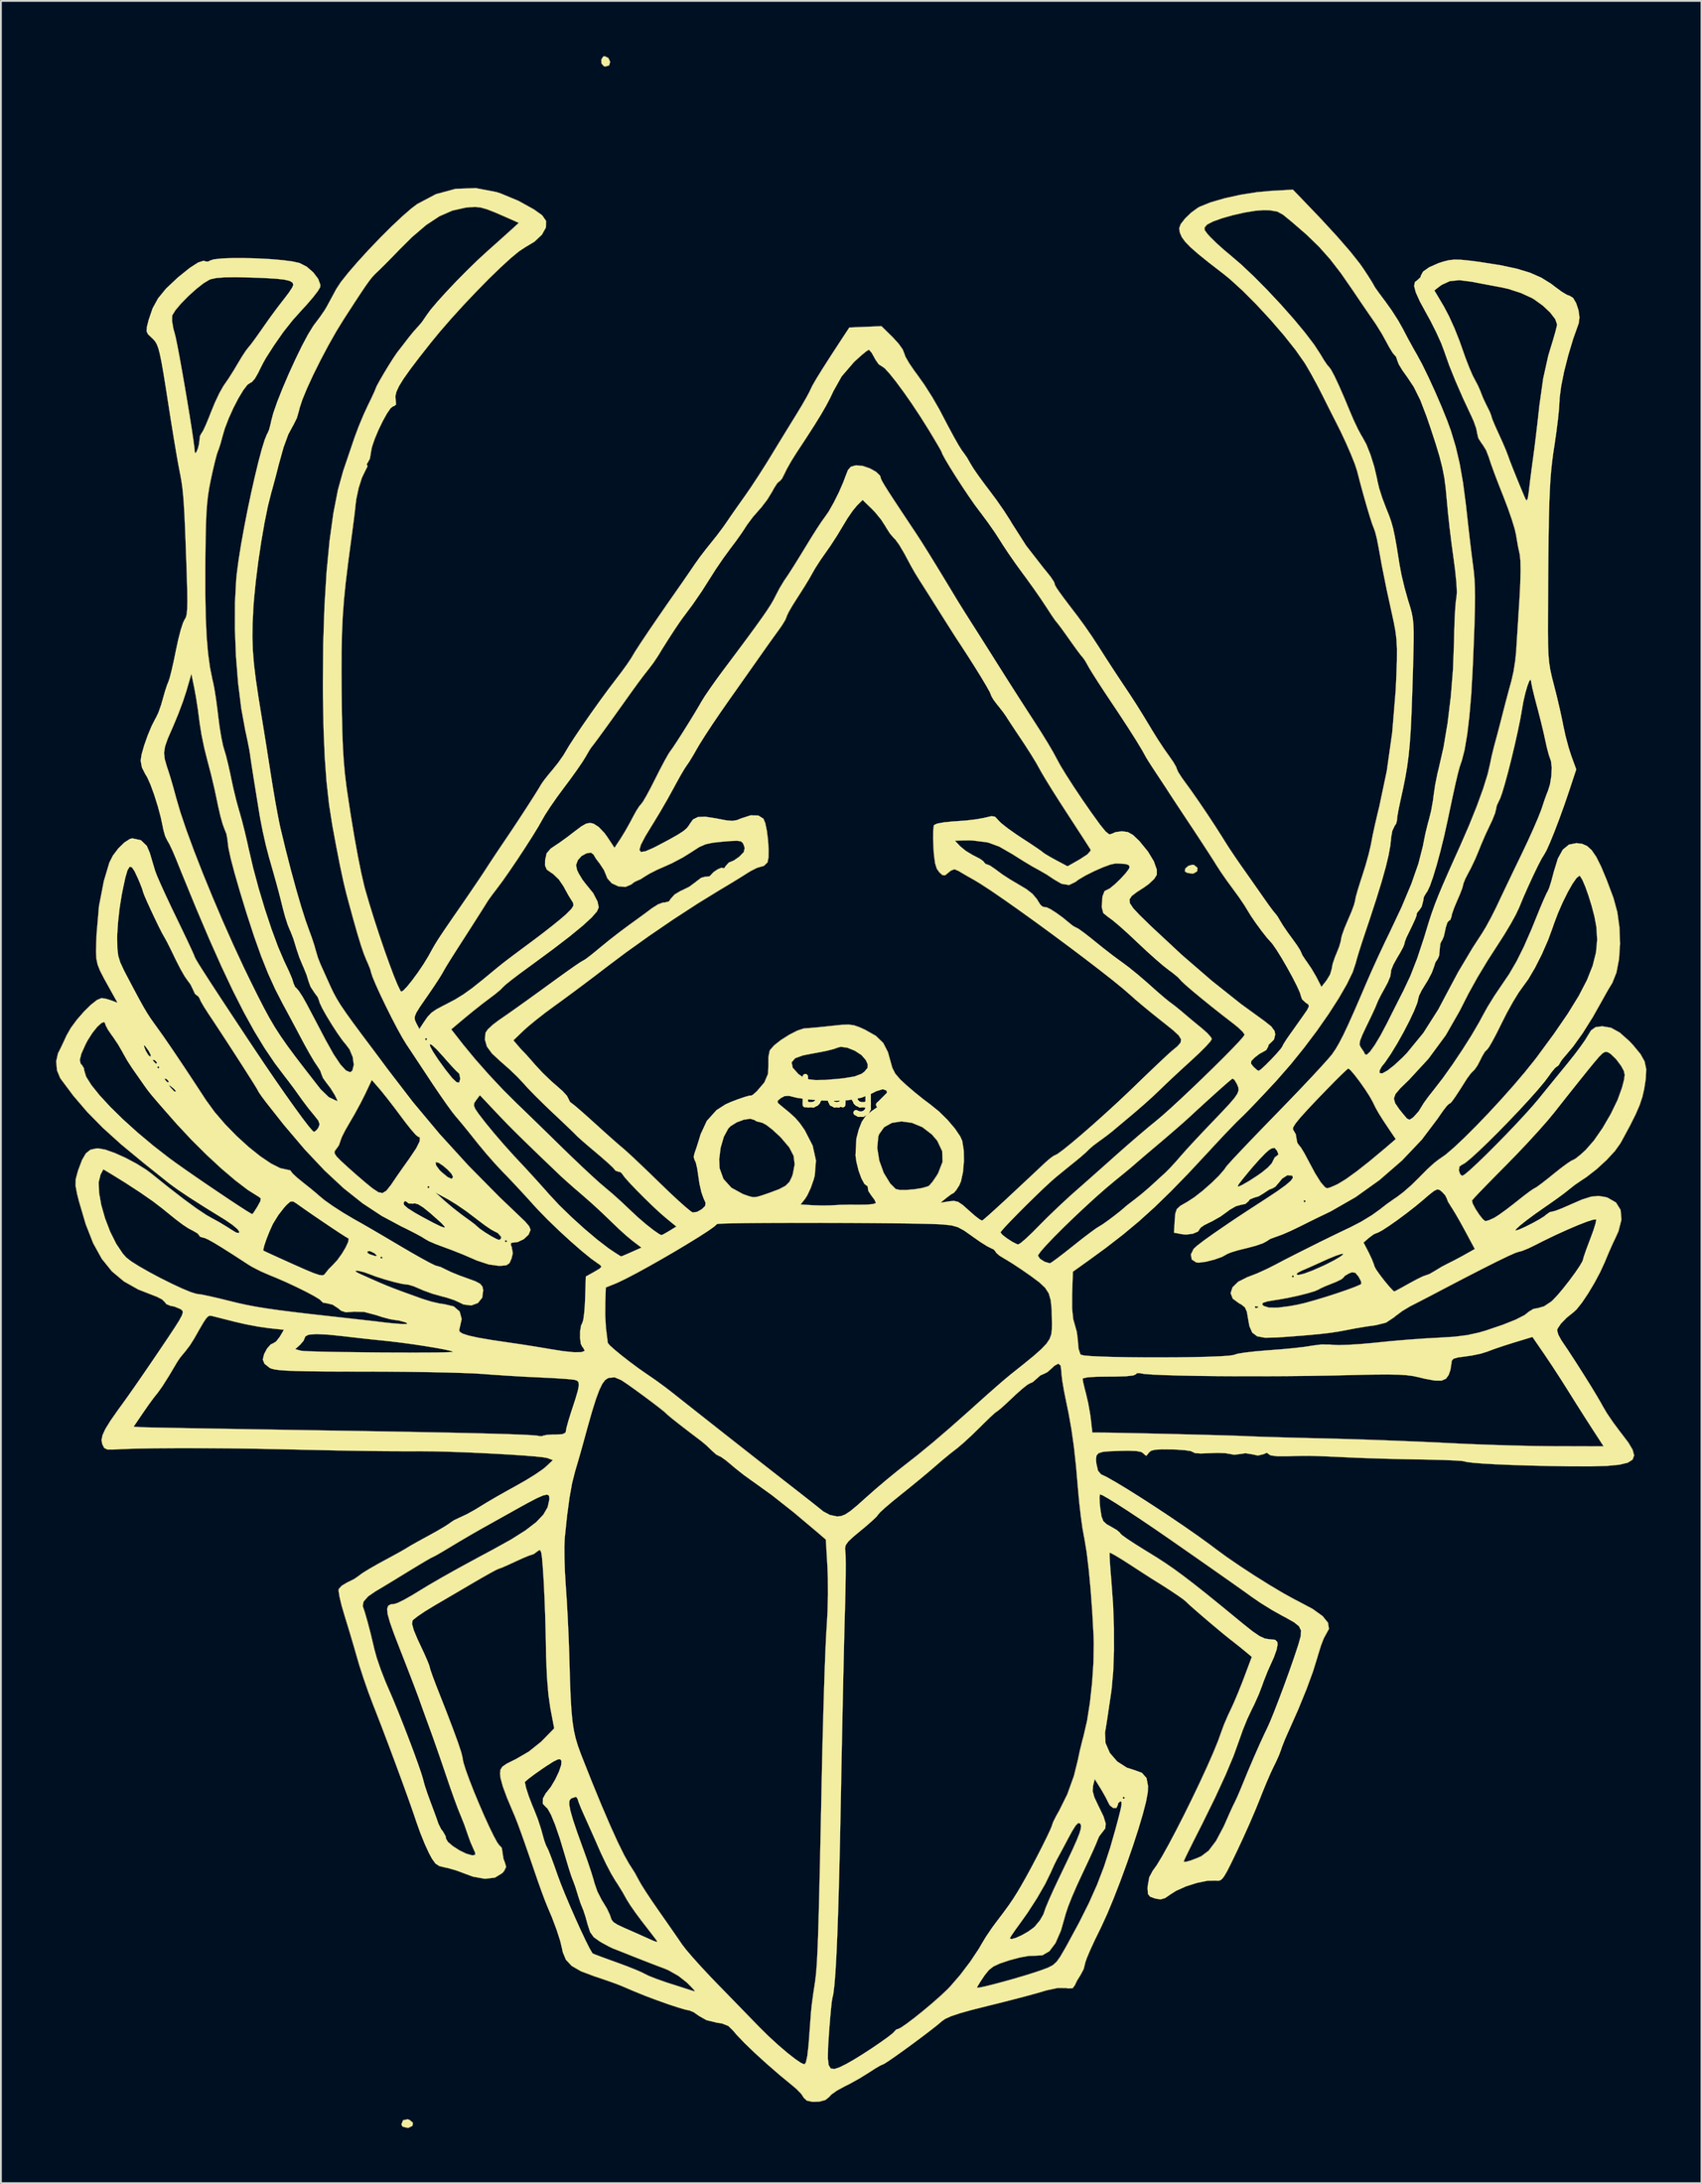
<source format=kicad_pcb>
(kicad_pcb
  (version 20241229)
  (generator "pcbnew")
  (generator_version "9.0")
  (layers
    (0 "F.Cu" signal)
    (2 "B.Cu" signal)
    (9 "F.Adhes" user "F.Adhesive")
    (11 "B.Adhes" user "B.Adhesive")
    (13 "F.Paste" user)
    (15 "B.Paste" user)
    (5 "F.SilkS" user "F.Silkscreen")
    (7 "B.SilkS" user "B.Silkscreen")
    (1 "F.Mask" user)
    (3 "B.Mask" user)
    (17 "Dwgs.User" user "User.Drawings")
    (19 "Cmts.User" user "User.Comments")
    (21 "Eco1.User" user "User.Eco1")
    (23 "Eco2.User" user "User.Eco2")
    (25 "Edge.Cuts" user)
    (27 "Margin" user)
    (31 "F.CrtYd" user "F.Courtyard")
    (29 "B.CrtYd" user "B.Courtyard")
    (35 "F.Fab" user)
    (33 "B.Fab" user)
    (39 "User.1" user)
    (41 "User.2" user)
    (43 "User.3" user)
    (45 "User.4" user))
  (footprint "bug2"
    (layer "F.Cu")
    (at 43.14 56.293)
    (property "Reference" "bug2" (at 0 0 0) (layer "F.SilkS") (effects (font (size 1.524 1.524) (thickness 0.3))))
    (attr through_hole)
    (fp_poly (pts (xy -23.944 55.855) (xy -23.756 56.008) (xy -23.778 56.18) (xy -23.985 56.284) (xy -24.06 56.288) (xy -24.313 56.224) (xy -24.379 56.105) (xy -24.286 55.873) (xy -24.043 55.826) (xy -23.944 55.855)) (stroke (width 0.01) (type solid)) (fill yes) (layer "F.SilkS"))
    (fp_poly (pts (xy -13.135 -56.192) (xy -13.036 -55.985) (xy -13.094 -55.788) (xy -13.098 -55.785) (xy -13.307 -55.727) (xy -13.37 -55.741) (xy -13.505 -55.889) (xy -13.517 -56.105) (xy -13.415 -56.267) (xy -13.334 -56.288) (xy -13.135 -56.192)) (stroke (width 0.01) (type solid)) (fill yes) (layer "F.SilkS"))
    (fp_poly (pts (xy 18.697 -12.335) (xy 18.879 -12.179) (xy 18.86 -11.995) (xy 18.666 -11.878) (xy 18.579 -11.87) (xy 18.313 -11.912) (xy 18.197 -11.984) (xy 18.215 -12.146) (xy 18.385 -12.292) (xy 18.61 -12.352) (xy 18.697 -12.335)) (stroke (width 0.01) (type solid)) (fill yes) (layer "F.SilkS"))
    (fp_poly (pts (xy -19.221 -48.908) (xy -18.987 -48.832) (xy -18.025 -48.432) (xy -17.178 -47.963) (xy -16.728 -47.641) (xy -16.518 -47.337) (xy -16.529 -46.975) (xy -16.745 -46.589) (xy -17.149 -46.209) (xy -17.678 -45.89) (xy -17.995 -45.68) (xy -18.446 -45.306) (xy -19.001 -44.798) (xy -19.63 -44.187) (xy -20.303 -43.503) (xy -20.989 -42.779) (xy -21.658 -42.043) (xy -22.28 -41.327) (xy -22.764 -40.738) (xy -23.409 -39.918) (xy -23.904 -39.265) (xy -24.265 -38.755) (xy -24.508 -38.361) (xy -24.649 -38.056) (xy -24.704 -37.816) (xy -24.691 -37.623) (xy -24.669 -37.362) (xy -24.776 -37.273) (xy -24.821 -37.27) (xy -24.965 -37.16) (xy -25.166 -36.868) (xy -25.395 -36.454) (xy -25.626 -35.976) (xy -25.828 -35.494) (xy -25.975 -35.066) (xy -26.038 -34.752) (xy -26.038 -34.73) (xy -26.092 -34.415) (xy -26.191 -34.233) (xy -26.272 -34.104) (xy -26.24 -34.079) (xy -26.225 -33.99) (xy -26.332 -33.781) (xy -26.527 -33.375) (xy -26.703 -32.82) (xy -26.831 -32.221) (xy -26.87 -31.91) (xy -26.902 -31.602) (xy -26.962 -31.114) (xy -27.039 -30.517) (xy -27.11 -29.995) (xy -27.275 -28.758) (xy -27.404 -27.699) (xy -27.5 -26.754) (xy -27.566 -25.859) (xy -27.608 -24.949) (xy -27.629 -23.962) (xy -27.633 -22.832) (xy -27.627 -21.826) (xy -27.613 -20.604) (xy -27.591 -19.589) (xy -27.558 -18.735) (xy -27.513 -17.994) (xy -27.452 -17.318) (xy -27.373 -16.661) (xy -27.328 -16.338) (xy -27.138 -15.086) (xy -26.942 -13.903) (xy -26.748 -12.831) (xy -26.563 -11.912) (xy -26.396 -11.188) (xy -26.339 -10.977) (xy -26.11 -10.195) (xy -25.851 -9.362) (xy -25.576 -8.52) (xy -25.299 -7.706) (xy -25.032 -6.96) (xy -24.792 -6.322) (xy -24.59 -5.83) (xy -24.442 -5.524) (xy -24.394 -5.455) (xy -24.284 -5.506) (xy -24.072 -5.727) (xy -23.795 -6.07) (xy -23.486 -6.491) (xy -23.182 -6.941) (xy -22.916 -7.376) (xy -22.853 -7.49) (xy -22.709 -7.753) (xy -22.575 -7.987) (xy -22.425 -8.231) (xy -22.233 -8.526) (xy -21.972 -8.913) (xy -21.616 -9.433) (xy -21.188 -10.052) (xy -20.775 -10.652) (xy -20.388 -11.221) (xy -20.061 -11.705) (xy -19.832 -12.051) (xy -19.784 -12.127) (xy -19.569 -12.458) (xy -19.261 -12.923) (xy -18.913 -13.442) (xy -18.747 -13.687) (xy -18.357 -14.266) (xy -17.946 -14.888) (xy -17.546 -15.502) (xy -17.192 -16.054) (xy -16.918 -16.493) (xy -16.773 -16.737) (xy -16.627 -16.946) (xy -16.376 -17.263) (xy -16.174 -17.503) (xy -15.859 -17.897) (xy -15.583 -18.29) (xy -15.472 -18.475) (xy -15.271 -18.814) (xy -14.951 -19.308) (xy -14.546 -19.908) (xy -14.089 -20.566) (xy -13.615 -21.231) (xy -13.157 -21.856) (xy -12.752 -22.389) (xy -12.408 -22.841) (xy -12.109 -23.255) (xy -11.902 -23.564) (xy -11.858 -23.638) (xy -11.685 -23.928) (xy -11.381 -24.397) (xy -10.964 -25.021) (xy -10.452 -25.771) (xy -9.864 -26.622) (xy -9.514 -27.123) (xy -9.157 -27.634) (xy -8.815 -28.13) (xy -8.54 -28.532) (xy -8.457 -28.655) (xy -8.182 -29.042) (xy -7.831 -29.502) (xy -7.588 -29.804) (xy -7.24 -30.24) (xy -6.902 -30.691) (xy -6.719 -30.952) (xy -6.478 -31.305) (xy -6.152 -31.773) (xy -5.802 -32.267) (xy -5.738 -32.356) (xy -5.393 -32.856) (xy -4.981 -33.481) (xy -4.564 -34.137) (xy -4.324 -34.526) (xy -3.932 -35.171) (xy -3.507 -35.865) (xy -3.112 -36.507) (xy -2.916 -36.824) (xy -2.621 -37.311) (xy -2.368 -37.75) (xy -2.196 -38.074) (xy -2.156 -38.164) (xy -2.043 -38.395) (xy -1.833 -38.759) (xy -1.513 -39.277) (xy -1.073 -39.966) (xy -0.5 -40.845) (xy -0.435 -40.945) (xy -0.039 -41.546) (xy 0.833 -41.582) (xy 1.706 -41.618) (xy 2.321 -41.013) (xy 2.635 -40.669) (xy 2.856 -40.36) (xy 2.936 -40.161) (xy 3.01 -39.954) (xy 3.209 -39.609) (xy 3.496 -39.188) (xy 3.635 -39.002) (xy 4.036 -38.437) (xy 4.463 -37.767) (xy 4.835 -37.122) (xy 4.895 -37.01) (xy 5.322 -36.195) (xy 5.652 -35.583) (xy 5.901 -35.145) (xy 6.084 -34.855) (xy 6.188 -34.718) (xy 6.361 -34.469) (xy 6.547 -34.143) (xy 6.708 -33.879) (xy 6.984 -33.479) (xy 7.33 -33.008) (xy 7.551 -32.717) (xy 7.957 -32.172) (xy 8.357 -31.596) (xy 8.688 -31.083) (xy 8.797 -30.898) (xy 9.57 -29.688) (xy 10.556 -28.421) (xy 10.65 -28.31) (xy 10.904 -27.991) (xy 11.072 -27.738) (xy 11.11 -27.643) (xy 11.131 -27.558) (xy 11.204 -27.422) (xy 11.35 -27.205) (xy 11.59 -26.875) (xy 11.947 -26.402) (xy 12.381 -25.834) (xy 12.744 -25.338) (xy 13.151 -24.748) (xy 13.517 -24.187) (xy 13.53 -24.168) (xy 13.897 -23.591) (xy 14.32 -22.938) (xy 14.711 -22.347) (xy 14.732 -22.315) (xy 15.179 -21.645) (xy 15.542 -21.086) (xy 15.883 -20.54) (xy 16.265 -19.91) (xy 16.417 -19.656) (xy 16.731 -19.151) (xy 17.064 -18.645) (xy 17.327 -18.274) (xy 17.561 -17.938) (xy 17.716 -17.671) (xy 17.75 -17.572) (xy 17.827 -17.394) (xy 18.018 -17.094) (xy 18.195 -16.848) (xy 18.533 -16.384) (xy 18.956 -15.776) (xy 19.415 -15.099) (xy 19.859 -14.424) (xy 20.239 -13.827) (xy 20.344 -13.657) (xy 20.595 -13.262) (xy 20.928 -12.764) (xy 21.271 -12.267) (xy 21.291 -12.239) (xy 21.679 -11.689) (xy 22.106 -11.08) (xy 22.455 -10.58) (xy 22.734 -10.184) (xy 22.961 -9.876) (xy 23.094 -9.711) (xy 23.106 -9.701) (xy 23.224 -9.55) (xy 23.36 -9.318) (xy 23.527 -9.044) (xy 23.787 -8.663) (xy 24.017 -8.349) (xy 24.271 -7.996) (xy 24.448 -7.722) (xy 24.507 -7.595) (xy 24.577 -7.435) (xy 24.753 -7.168) (xy 24.807 -7.096) (xy 25.069 -6.71) (xy 25.325 -6.274) (xy 25.36 -6.207) (xy 25.613 -5.713) (xy 25.889 -6.065) (xy 26.081 -6.382) (xy 26.168 -6.673) (xy 26.169 -6.686) (xy 26.222 -6.963) (xy 26.353 -7.347) (xy 26.424 -7.513) (xy 26.575 -7.892) (xy 26.666 -8.204) (xy 26.676 -8.293) (xy 26.727 -8.515) (xy 26.86 -8.889) (xy 27.048 -9.336) (xy 27.059 -9.361) (xy 27.249 -9.804) (xy 27.385 -10.174) (xy 27.442 -10.395) (xy 27.442 -10.402) (xy 27.481 -10.605) (xy 27.587 -10.982) (xy 27.739 -11.468) (xy 27.82 -11.713) (xy 28.009 -12.312) (xy 28.178 -12.916) (xy 28.296 -13.419) (xy 28.317 -13.53) (xy 28.401 -13.968) (xy 28.529 -14.556) (xy 28.679 -15.198) (xy 28.755 -15.508) (xy 29.164 -17.446) (xy 29.46 -19.539) (xy 29.647 -21.822) (xy 29.687 -22.66) (xy 29.713 -23.46) (xy 29.716 -24.076) (xy 29.692 -24.579) (xy 29.636 -25.04) (xy 29.544 -25.53) (xy 29.489 -25.783) (xy 29.158 -27.3) (xy 28.896 -28.605) (xy 28.717 -29.599) (xy 28.627 -30.062) (xy 28.529 -30.447) (xy 28.457 -30.644) (xy 28.372 -30.865) (xy 28.238 -31.279) (xy 28.072 -31.833) (xy 27.89 -32.474) (xy 27.707 -33.147) (xy 27.548 -33.76) (xy 27.428 -34.127) (xy 27.219 -34.65) (xy 26.952 -35.263) (xy 26.655 -35.897) (xy 26.382 -36.441) (xy 26.269 -36.662) (xy 26.074 -37.048) (xy 25.83 -37.535) (xy 25.679 -37.837) (xy 25.38 -38.418) (xy 25.065 -38.997) (xy 24.787 -39.479) (xy 24.694 -39.63) (xy 24.2 -40.333) (xy 23.565 -41.132) (xy 22.841 -41.971) (xy 22.078 -42.796) (xy 21.327 -43.549) (xy 20.637 -44.177) (xy 20.294 -44.455) (xy 19.524 -45.05) (xy 18.937 -45.522) (xy 18.508 -45.897) (xy 18.213 -46.2) (xy 18.026 -46.456) (xy 17.924 -46.691) (xy 17.882 -46.929) (xy 17.964 -47.16) (xy 18.2 -47.466) (xy 18.528 -47.782) (xy 18.887 -48.045) (xy 19.002 -48.11) (xy 19.584 -48.345) (xy 20.343 -48.566) (xy 21.203 -48.756) (xy 22.087 -48.897) (xy 22.847 -48.969) (xy 24.06 -49.037) (xy 24.475 -48.61) (xy 25.568 -47.468) (xy 26.469 -46.489) (xy 27.178 -45.674) (xy 27.697 -45.019) (xy 27.88 -44.759) (xy 28.149 -44.351) (xy 28.352 -44.03) (xy 28.456 -43.85) (xy 28.463 -43.831) (xy 28.535 -43.71) (xy 28.727 -43.441) (xy 28.999 -43.075) (xy 29.072 -42.979) (xy 29.431 -42.476) (xy 29.78 -41.932) (xy 30.033 -41.482) (xy 30.308 -40.956) (xy 30.625 -40.379) (xy 30.798 -40.078) (xy 31.086 -39.545) (xy 31.427 -38.846) (xy 31.789 -38.056) (xy 32.138 -37.25) (xy 32.44 -36.502) (xy 32.649 -35.93) (xy 32.909 -35.067) (xy 33.123 -34.152) (xy 33.304 -33.122) (xy 33.462 -31.917) (xy 33.505 -31.527) (xy 33.59 -30.758) (xy 33.68 -29.978) (xy 33.765 -29.271) (xy 33.836 -28.721) (xy 33.845 -28.655) (xy 33.893 -28.269) (xy 33.928 -27.876) (xy 33.95 -27.445) (xy 33.958 -26.941) (xy 33.952 -26.332) (xy 33.933 -25.583) (xy 33.9 -24.662) (xy 33.854 -23.535) (xy 33.826 -22.911) (xy 33.752 -21.606) (xy 33.652 -20.433) (xy 33.531 -19.422) (xy 33.392 -18.602) (xy 33.238 -17.999) (xy 33.191 -17.869) (xy 33.115 -17.64) (xy 33.018 -17.274) (xy 32.894 -16.745) (xy 32.736 -16.026) (xy 32.538 -15.091) (xy 32.478 -14.806) (xy 32.286 -13.932) (xy 32.08 -13.094) (xy 31.874 -12.332) (xy 31.678 -11.685) (xy 31.504 -11.192) (xy 31.363 -10.893) (xy 31.315 -10.832) (xy 31.177 -10.599) (xy 31.144 -10.396) (xy 31.061 -10.073) (xy 30.948 -9.906) (xy 30.807 -9.732) (xy 30.788 -9.663) (xy 30.781 -9.585) (xy 30.704 -9.387) (xy 30.542 -9.034) (xy 30.28 -8.493) (xy 30.231 -8.394) (xy 30.139 -8.148) (xy 30.123 -8.051) (xy 30.06 -7.885) (xy 29.897 -7.579) (xy 29.726 -7.293) (xy 29.521 -6.922) (xy 29.4 -6.621) (xy 29.386 -6.486) (xy 29.357 -6.291) (xy 29.222 -5.962) (xy 29.073 -5.68) (xy 28.857 -5.289) (xy 28.692 -4.961) (xy 28.633 -4.819) (xy 28.546 -4.606) (xy 28.375 -4.234) (xy 28.154 -3.771) (xy 28.074 -3.608) (xy 27.838 -3.111) (xy 27.712 -2.786) (xy 27.684 -2.581) (xy 27.738 -2.445) (xy 27.753 -2.426) (xy 27.921 -2.177) (xy 27.973 -2.059) (xy 28.069 -2.02) (xy 28.253 -2.191) (xy 28.51 -2.55) (xy 28.823 -3.073) (xy 29.175 -3.737) (xy 29.221 -3.829) (xy 29.5 -4.386) (xy 29.775 -4.931) (xy 29.999 -5.372) (xy 30.059 -5.488) (xy 30.445 -6.308) (xy 30.813 -7.252) (xy 31.185 -8.377) (xy 31.296 -8.743) (xy 31.453 -9.258) (xy 31.605 -9.723) (xy 31.77 -10.181) (xy 31.964 -10.676) (xy 32.204 -11.25) (xy 32.509 -11.948) (xy 32.895 -12.811) (xy 33.133 -13.338) (xy 33.629 -14.476) (xy 34.056 -15.538) (xy 34.4 -16.485) (xy 34.647 -17.279) (xy 34.77 -17.806) (xy 34.862 -18.249) (xy 34.988 -18.764) (xy 35.039 -18.954) (xy 35.16 -19.399) (xy 35.311 -19.974) (xy 35.462 -20.561) (xy 35.475 -20.614) (xy 35.629 -21.21) (xy 35.791 -21.817) (xy 35.927 -22.31) (xy 35.935 -22.337) (xy 36.052 -22.853) (xy 36.148 -23.472) (xy 36.193 -23.932) (xy 36.221 -24.387) (xy 36.262 -25.023) (xy 36.309 -25.766) (xy 36.358 -26.543) (xy 36.375 -26.798) (xy 36.417 -27.62) (xy 36.434 -28.325) (xy 36.425 -28.868) (xy 36.391 -29.206) (xy 36.387 -29.223) (xy 36.295 -29.647) (xy 36.21 -30.14) (xy 36.192 -30.262) (xy 36.113 -30.606) (xy 35.956 -31.117) (xy 35.743 -31.729) (xy 35.497 -32.375) (xy 35.478 -32.421) (xy 35.227 -33.057) (xy 35 -33.653) (xy 34.822 -34.145) (xy 34.715 -34.471) (xy 34.71 -34.49) (xy 34.559 -34.88) (xy 34.362 -35.198) (xy 34.328 -35.235) (xy 34.139 -35.528) (xy 34.079 -35.777) (xy 34.025 -36.057) (xy 33.885 -36.453) (xy 33.773 -36.703) (xy 33.311 -37.69) (xy 32.896 -38.64) (xy 32.553 -39.492) (xy 32.308 -40.186) (xy 32.298 -40.217) (xy 32.123 -40.684) (xy 31.855 -41.277) (xy 31.539 -41.905) (xy 31.339 -42.268) (xy 30.967 -42.95) (xy 30.739 -43.452) (xy 30.711 -43.562) (xy 31.748 -43.562) (xy 32.27 -42.682) (xy 32.544 -42.16) (xy 32.842 -41.502) (xy 33.115 -40.814) (xy 33.225 -40.504) (xy 33.433 -39.914) (xy 33.644 -39.368) (xy 33.828 -38.941) (xy 33.919 -38.765) (xy 34.116 -38.395) (xy 34.261 -38.062) (xy 34.275 -38.02) (xy 34.4 -37.703) (xy 34.581 -37.323) (xy 34.608 -37.272) (xy 34.76 -36.963) (xy 34.841 -36.752) (xy 34.845 -36.724) (xy 34.896 -36.566) (xy 35.03 -36.244) (xy 35.219 -35.823) (xy 35.246 -35.765) (xy 35.459 -35.296) (xy 35.638 -34.877) (xy 35.745 -34.596) (xy 35.748 -34.59) (xy 35.844 -34.322) (xy 36.013 -33.889) (xy 36.226 -33.359) (xy 36.455 -32.803) (xy 36.673 -32.288) (xy 36.698 -32.229) (xy 36.766 -32.141) (xy 36.822 -32.249) (xy 36.876 -32.578) (xy 36.895 -32.739) (xy 36.957 -33.262) (xy 37.039 -33.9) (xy 37.123 -34.517) (xy 37.124 -34.526) (xy 37.194 -35.052) (xy 37.279 -35.745) (xy 37.369 -36.517) (xy 37.454 -37.281) (xy 37.46 -37.334) (xy 37.662 -38.771) (xy 37.935 -40) (xy 38.034 -40.334) (xy 38.197 -40.866) (xy 38.326 -41.317) (xy 38.403 -41.624) (xy 38.418 -41.714) (xy 38.316 -42.002) (xy 38.041 -42.36) (xy 37.644 -42.734) (xy 37.174 -43.073) (xy 37.044 -43.15) (xy 36.458 -43.419) (xy 35.778 -43.64) (xy 35.427 -43.72) (xy 34.832 -43.831) (xy 34.206 -43.95) (xy 33.783 -44.032) (xy 33.108 -44.118) (xy 32.586 -44.065) (xy 32.148 -43.863) (xy 32.052 -43.794) (xy 31.748 -43.562) (xy 30.711 -43.562) (xy 30.65 -43.798) (xy 30.69 -44.015) (xy 30.825 -44.117) (xy 30.994 -44.276) (xy 31.016 -44.365) (xy 31.135 -44.585) (xy 31.466 -44.818) (xy 31.967 -45.04) (xy 32.228 -45.126) (xy 32.529 -45.202) (xy 32.836 -45.235) (xy 33.213 -45.226) (xy 33.729 -45.172) (xy 34.214 -45.108) (xy 35.323 -44.934) (xy 36.221 -44.743) (xy 36.951 -44.522) (xy 37.558 -44.255) (xy 38.085 -43.928) (xy 38.314 -43.753) (xy 38.665 -43.494) (xy 38.959 -43.318) (xy 39.102 -43.269) (xy 39.286 -43.155) (xy 39.454 -42.868) (xy 39.579 -42.487) (xy 39.634 -42.096) (xy 39.592 -41.775) (xy 39.591 -41.772) (xy 39.294 -40.936) (xy 39.026 -40.046) (xy 38.802 -39.167) (xy 38.64 -38.366) (xy 38.555 -37.711) (xy 38.547 -37.526) (xy 38.523 -37.13) (xy 38.465 -36.556) (xy 38.38 -35.878) (xy 38.278 -35.171) (xy 38.267 -35.101) (xy 38.199 -34.648) (xy 38.142 -34.203) (xy 38.093 -33.739) (xy 38.053 -33.23) (xy 38.021 -32.651) (xy 37.994 -31.976) (xy 37.973 -31.18) (xy 37.957 -30.237) (xy 37.944 -29.121) (xy 37.933 -27.807) (xy 37.924 -26.268) (xy 37.922 -25.891) (xy 37.92 -25.005) (xy 37.927 -24.322) (xy 37.947 -23.788) (xy 37.985 -23.351) (xy 38.046 -22.958) (xy 38.133 -22.558) (xy 38.244 -22.126) (xy 38.413 -21.459) (xy 38.577 -20.758) (xy 38.71 -20.14) (xy 38.748 -19.942) (xy 38.878 -19.342) (xy 39.045 -18.716) (xy 39.187 -18.274) (xy 39.458 -17.532) (xy 39.082 -16.392) (xy 38.815 -15.609) (xy 38.54 -14.847) (xy 38.275 -14.151) (xy 38.037 -13.564) (xy 37.843 -13.131) (xy 37.71 -12.895) (xy 37.707 -12.891) (xy 37.576 -12.678) (xy 37.373 -12.287) (xy 37.125 -11.773) (xy 36.858 -11.195) (xy 36.599 -10.608) (xy 36.375 -10.07) (xy 36.355 -10.02) (xy 36.177 -9.644) (xy 35.897 -9.134) (xy 35.557 -8.567) (xy 35.302 -8.169) (xy 34.642 -7.145) (xy 34.092 -6.233) (xy 33.601 -5.347) (xy 33.122 -4.404) (xy 32.368 -3.086) (xy 31.427 -1.807) (xy 30.363 -0.652) (xy 30.324 -0.615) (xy 29.894 -0.196) (xy 29.638 0.106) (xy 29.549 0.353) (xy 29.616 0.604) (xy 29.832 0.921) (xy 30.06 1.206) (xy 30.266 1.445) (xy 30.402 1.505) (xy 30.56 1.407) (xy 30.641 1.334) (xy 30.89 1.057) (xy 31.032 0.83) (xy 31.169 0.604) (xy 31.418 0.26) (xy 31.723 -0.128) (xy 32.201 -0.745) (xy 32.735 -1.495) (xy 33.276 -2.303) (xy 33.777 -3.095) (xy 34.188 -3.8) (xy 34.34 -4.084) (xy 34.64 -4.627) (xy 35.015 -5.233) (xy 35.361 -5.744) (xy 35.81 -6.405) (xy 36.217 -7.103) (xy 36.612 -7.896) (xy 37.027 -8.845) (xy 37.271 -9.445) (xy 37.494 -9.994) (xy 37.691 -10.458) (xy 37.839 -10.784) (xy 37.909 -10.913) (xy 37.989 -11.093) (xy 38.101 -11.449) (xy 38.224 -11.909) (xy 38.239 -11.971) (xy 38.46 -12.688) (xy 38.728 -13.172) (xy 39.061 -13.444) (xy 39.466 -13.525) (xy 39.775 -13.489) (xy 40.046 -13.37) (xy 40.297 -13.142) (xy 40.546 -12.778) (xy 40.81 -12.25) (xy 41.109 -11.533) (xy 41.46 -10.599) (xy 41.484 -10.53) (xy 41.69 -9.775) (xy 41.807 -8.929) (xy 41.837 -8.058) (xy 41.782 -7.224) (xy 41.643 -6.495) (xy 41.421 -5.934) (xy 41.383 -5.871) (xy 41.189 -5.552) (xy 40.963 -5.151) (xy 40.904 -5.042) (xy 40.357 -4.071) (xy 39.808 -3.197) (xy 39.289 -2.471) (xy 38.918 -2.029) (xy 38.688 -1.759) (xy 38.558 -1.558) (xy 38.547 -1.518) (xy 38.454 -1.406) (xy 38.436 -1.404) (xy 38.306 -1.306) (xy 38.103 -1.059) (xy 37.992 -0.9) (xy 37.74 -0.562) (xy 37.364 -0.113) (xy 36.893 0.416) (xy 36.357 0.996) (xy 35.785 1.597) (xy 35.207 2.188) (xy 34.651 2.741) (xy 34.148 3.224) (xy 33.726 3.607) (xy 33.414 3.862) (xy 33.243 3.957) (xy 33.241 3.957) (xy 33.109 4.053) (xy 33.081 4.264) (xy 33.154 4.474) (xy 33.26 4.556) (xy 33.391 4.484) (xy 33.666 4.254) (xy 34.054 3.897) (xy 34.525 3.442) (xy 35.049 2.92) (xy 35.598 2.361) (xy 36.139 1.795) (xy 36.645 1.252) (xy 37.084 0.763) (xy 37.418 0.369) (xy 37.811 -0.116) (xy 38.287 -0.701) (xy 38.769 -1.291) (xy 38.971 -1.538) (xy 39.355 -2.02) (xy 39.694 -2.472) (xy 39.945 -2.831) (xy 40.042 -2.992) (xy 40.263 -3.35) (xy 40.504 -3.523) (xy 40.852 -3.572) (xy 40.882 -3.572) (xy 41.347 -3.492) (xy 41.822 -3.23) (xy 42.345 -2.765) (xy 42.552 -2.543) (xy 42.947 -2.064) (xy 43.172 -1.661) (xy 43.259 -1.249) (xy 43.237 -0.743) (xy 43.226 -0.659) (xy 43.152 -0.173) (xy 43.051 0.267) (xy 42.903 0.711) (xy 42.687 1.211) (xy 42.385 1.815) (xy 41.975 2.575) (xy 41.856 2.791) (xy 41.555 3.211) (xy 41.103 3.699) (xy 40.567 4.191) (xy 40.015 4.621) (xy 39.759 4.79) (xy 39.384 5.046) (xy 39.057 5.304) (xy 38.806 5.503) (xy 38.413 5.793) (xy 37.95 6.12) (xy 37.781 6.236) (xy 37.235 6.618) (xy 36.767 6.965) (xy 36.409 7.249) (xy 36.194 7.446) (xy 36.154 7.53) (xy 36.163 7.531) (xy 36.356 7.472) (xy 36.687 7.325) (xy 37.077 7.128) (xy 37.449 6.923) (xy 37.724 6.751) (xy 37.819 6.669) (xy 38.027 6.523) (xy 38.112 6.51) (xy 38.317 6.458) (xy 38.675 6.322) (xy 39.11 6.132) (xy 39.129 6.123) (xy 39.771 5.844) (xy 40.261 5.689) (xy 40.663 5.648) (xy 41.041 5.707) (xy 41.164 5.744) (xy 41.617 6.004) (xy 41.868 6.407) (xy 41.914 6.935) (xy 41.751 7.571) (xy 41.595 7.914) (xy 41.431 8.26) (xy 41.218 8.741) (xy 41.005 9.252) (xy 41.004 9.254) (xy 40.758 9.79) (xy 40.447 10.373) (xy 40.107 10.942) (xy 39.774 11.439) (xy 39.485 11.805) (xy 39.331 11.95) (xy 38.94 12.265) (xy 38.626 12.587) (xy 38.444 12.858) (xy 38.419 12.954) (xy 38.488 13.197) (xy 38.654 13.499) (xy 38.657 13.503) (xy 39.016 14.035) (xy 39.421 14.657) (xy 39.839 15.312) (xy 40.235 15.946) (xy 40.573 16.503) (xy 40.82 16.928) (xy 40.89 17.059) (xy 41.125 17.456) (xy 41.462 17.953) (xy 41.837 18.457) (xy 41.925 18.569) (xy 42.291 19.052) (xy 42.522 19.442) (xy 42.603 19.748) (xy 42.519 19.979) (xy 42.256 20.145) (xy 41.797 20.255) (xy 41.129 20.318) (xy 40.237 20.344) (xy 39.105 20.341) (xy 39.083 20.341) (xy 37.964 20.324) (xy 36.9 20.299) (xy 35.923 20.267) (xy 35.062 20.23) (xy 34.347 20.189) (xy 33.81 20.145) (xy 33.479 20.1) (xy 33.394 20.074) (xy 33.234 20.049) (xy 32.864 20.024) (xy 32.326 20.001) (xy 31.666 19.983) (xy 31.095 19.972) (xy 30.206 19.956) (xy 29.248 19.933) (xy 28.316 19.905) (xy 27.508 19.876) (xy 27.251 19.864) (xy 26.428 19.827) (xy 25.809 19.799) (xy 25.345 19.782) (xy 24.984 19.773) (xy 24.676 19.771) (xy 24.37 19.776) (xy 24.016 19.786) (xy 23.812 19.793) (xy 23.217 19.794) (xy 22.86 19.75) (xy 22.749 19.682) (xy 22.648 19.602) (xy 22.474 19.68) (xy 22.16 19.756) (xy 21.876 19.693) (xy 21.487 19.63) (xy 21.219 19.67) (xy 20.869 19.712) (xy 20.65 19.671) (xy 20.38 19.626) (xy 19.952 19.612) (xy 19.501 19.629) (xy 19.044 19.645) (xy 18.738 19.622) (xy 18.635 19.57) (xy 18.517 19.514) (xy 18.201 19.466) (xy 17.743 19.433) (xy 17.493 19.425) (xy 16.932 19.42) (xy 16.572 19.44) (xy 16.359 19.494) (xy 16.242 19.589) (xy 16.219 19.624) (xy 16.098 19.772) (xy 15.989 19.696) (xy 15.965 19.661) (xy 15.832 19.564) (xy 15.562 19.511) (xy 15.107 19.495) (xy 14.794 19.5) (xy 14.164 19.519) (xy 13.747 19.554) (xy 13.503 19.627) (xy 13.389 19.755) (xy 13.365 19.96) (xy 13.381 20.176) (xy 13.472 20.579) (xy 13.637 20.775) (xy 13.64 20.776) (xy 13.962 20.932) (xy 14.454 21.211) (xy 15.08 21.589) (xy 15.802 22.043) (xy 16.582 22.547) (xy 17.383 23.077) (xy 18.168 23.61) (xy 18.9 24.12) (xy 19.541 24.584) (xy 19.836 24.807) (xy 20.451 25.258) (xy 21.189 25.764) (xy 21.988 26.287) (xy 22.789 26.788) (xy 23.53 27.23) (xy 24.153 27.574) (xy 24.361 27.679) (xy 25.144 28.097) (xy 25.678 28.482) (xy 25.968 28.84) (xy 26.02 29.176) (xy 25.856 29.474) (xy 25.739 29.688) (xy 25.59 30.076) (xy 25.437 30.564) (xy 25.4 30.697) (xy 25.153 31.493) (xy 24.798 32.461) (xy 24.352 33.553) (xy 23.835 34.719) (xy 23.806 34.781) (xy 23.62 35.206) (xy 23.471 35.585) (xy 23.42 35.739) (xy 23.306 36.043) (xy 23.124 36.446) (xy 23.031 36.632) (xy 22.852 37.01) (xy 22.623 37.538) (xy 22.381 38.129) (xy 22.272 38.408) (xy 22.033 38.998) (xy 21.721 39.726) (xy 21.374 40.501) (xy 21.034 41.232) (xy 21.021 41.258) (xy 20.71 41.904) (xy 20.483 42.353) (xy 20.315 42.639) (xy 20.183 42.796) (xy 20.06 42.858) (xy 19.923 42.86) (xy 19.867 42.853) (xy 19.422 42.863) (xy 18.854 42.978) (xy 18.256 43.168) (xy 17.721 43.407) (xy 17.439 43.584) (xy 17.116 43.804) (xy 16.868 43.876) (xy 16.585 43.829) (xy 16.558 43.822) (xy 16.301 43.725) (xy 16.187 43.582) (xy 16.166 43.303) (xy 16.172 43.149) (xy 16.257 42.674) (xy 16.44 42.327) (xy 16.654 42.031) (xy 16.951 41.54) (xy 17.311 40.893) (xy 17.716 40.128) (xy 18.146 39.286) (xy 18.582 38.403) (xy 19.004 37.521) (xy 19.394 36.676) (xy 19.732 35.909) (xy 19.998 35.259) (xy 20.169 34.781) (xy 20.325 34.359) (xy 20.538 33.865) (xy 20.649 33.633) (xy 20.842 33.216) (xy 21.079 32.657) (xy 21.319 32.055) (xy 21.399 31.846) (xy 21.829 30.697) (xy 21.476 30.402) (xy 21.137 30.125) (xy 20.75 29.819) (xy 20.677 29.764) (xy 20.395 29.539) (xy 20.013 29.223) (xy 19.578 28.858) (xy 19.138 28.483) (xy 18.742 28.14) (xy 18.435 27.869) (xy 18.267 27.71) (xy 18.252 27.693) (xy 18.11 27.574) (xy 17.807 27.359) (xy 17.401 27.087) (xy 16.948 26.795) (xy 16.673 26.624) (xy 16.39 26.447) (xy 15.966 26.175) (xy 15.47 25.853) (xy 15.213 25.685) (xy 14.762 25.397) (xy 14.396 25.176) (xy 14.164 25.052) (xy 14.107 25.036) (xy 14.1 25.173) (xy 14.116 25.513) (xy 14.15 26.005) (xy 14.201 26.599) (xy 14.202 26.613) (xy 14.292 27.86) (xy 14.338 29.13) (xy 14.34 30.357) (xy 14.299 31.477) (xy 14.215 32.425) (xy 14.19 32.612) (xy 14.109 33.159) (xy 14.038 33.638) (xy 13.989 33.971) (xy 13.977 34.047) (xy 13.927 34.369) (xy 13.861 34.771) (xy 13.854 34.813) (xy 13.88 35.374) (xy 14.115 35.916) (xy 14.517 36.382) (xy 15.042 36.718) (xy 15.416 36.837) (xy 15.857 36.996) (xy 16.108 37.281) (xy 16.192 37.727) (xy 16.174 38.066) (xy 16.085 38.553) (xy 15.911 39.228) (xy 15.668 40.046) (xy 15.372 40.96) (xy 15.038 41.924) (xy 14.683 42.893) (xy 14.323 43.82) (xy 13.974 44.66) (xy 13.651 45.366) (xy 13.591 45.489) (xy 13.294 46.096) (xy 13.044 46.639) (xy 12.863 47.068) (xy 12.771 47.337) (xy 12.764 47.384) (xy 12.693 47.664) (xy 12.529 47.972) (xy 12.334 48.288) (xy 12.21 48.545) (xy 12.094 48.702) (xy 11.86 48.716) (xy 11.735 48.692) (xy 11.297 48.687) (xy 10.678 48.817) (xy 10.491 48.873) (xy 10.073 48.995) (xy 9.47 49.158) (xy 8.747 49.347) (xy 7.967 49.545) (xy 7.475 49.666) (xy 6.603 49.886) (xy 5.949 50.069) (xy 5.481 50.227) (xy 5.167 50.37) (xy 4.986 50.497) (xy 4.748 50.7) (xy 4.377 50.991) (xy 3.919 51.34) (xy 3.417 51.714) (xy 2.915 52.08) (xy 2.457 52.407) (xy 2.086 52.663) (xy 1.848 52.814) (xy 1.785 52.842) (xy 1.634 52.909) (xy 1.341 53.081) (xy 1.037 53.278) (xy 0.529 53.594) (xy -0.04 53.91) (xy -0.313 54.046) (xy -0.711 54.263) (xy -1.018 54.48) (xy -1.141 54.615) (xy -1.342 54.777) (xy -1.671 54.865) (xy -2.037 54.877) (xy -2.348 54.81) (xy -2.512 54.661) (xy -2.514 54.657) (xy -2.644 54.455) (xy -2.911 54.181) (xy -3.107 54.012) (xy -3.823 53.422) (xy -4.53 52.808) (xy -5.186 52.212) (xy -5.748 51.669) (xy -6.176 51.221) (xy -6.354 51.008) (xy -6.615 50.753) (xy -6.958 50.618) (xy -7.242 50.575) (xy -7.807 50.436) (xy -8.211 50.207) (xy -8.497 50.007) (xy -8.729 49.909) (xy -8.753 49.907) (xy -8.951 49.866) (xy -9.321 49.758) (xy -9.796 49.603) (xy -9.988 49.536) (xy -10.622 49.309) (xy -11.165 49.103) (xy -11.723 48.876) (xy -12.4 48.587) (xy -12.445 48.568) (xy -12.742 48.452) (xy -13.2 48.289) (xy -13.733 48.107) (xy -13.913 48.048) (xy -14.627 47.778) (xy -15.124 47.491) (xy -15.439 47.156) (xy -15.611 46.743) (xy -15.641 46.588) (xy -15.748 46.138) (xy -15.942 45.536) (xy -16.195 44.861) (xy -16.436 44.29) (xy -16.562 43.979) (xy -16.742 43.501) (xy -16.945 42.933) (xy -17.072 42.567) (xy -17.413 41.572) (xy -17.686 40.787) (xy -17.902 40.181) (xy -18.072 39.722) (xy -18.207 39.378) (xy -18.289 39.185) (xy -18.638 38.361) (xy -18.869 37.734) (xy -18.93 37.509) (xy -17.671 37.509) (xy -17.603 37.821) (xy -17.455 38.277) (xy -17.257 38.791) (xy -17.171 38.993) (xy -16.967 39.51) (xy -16.786 40.067) (xy -16.731 40.268) (xy -16.622 40.659) (xy -16.517 40.95) (xy -16.472 41.034) (xy -16.392 41.201) (xy -16.252 41.556) (xy -16.071 42.046) (xy -15.888 42.567) (xy -15.717 43.028) (xy -15.486 43.602) (xy -15.215 44.243) (xy -14.926 44.902) (xy -14.641 45.532) (xy -14.38 46.085) (xy -14.165 46.514) (xy -14.018 46.771) (xy -13.986 46.812) (xy -13.86 46.866) (xy -13.544 46.986) (xy -13.091 47.152) (xy -12.688 47.297) (xy -12.133 47.503) (xy -11.647 47.696) (xy -11.294 47.85) (xy -11.164 47.919) (xy -10.927 48.035) (xy -10.519 48.196) (xy -10.015 48.373) (xy -9.824 48.436) (xy -9.326 48.595) (xy -8.917 48.727) (xy -8.662 48.809) (xy -8.616 48.824) (xy -8.44 48.873) (xy -8.426 48.875) (xy -8.474 48.801) (xy -8.662 48.599) (xy -8.873 48.389) (xy -9.326 48.033) (xy -9.868 47.725) (xy -10.083 47.634) (xy -10.564 47.453) (xy -11.155 47.224) (xy -11.73 46.998) (xy -11.743 46.993) (xy -12.217 46.803) (xy -12.615 46.646) (xy -12.863 46.549) (xy -12.891 46.538) (xy -13.114 46.431) (xy -13.449 46.249) (xy -13.593 46.165) (xy -13.93 45.927) (xy -14.127 45.649) (xy -14.26 45.237) (xy -14.377 44.816) (xy -14.493 44.464) (xy -14.539 44.354) (xy -14.653 44.066) (xy -14.78 43.676) (xy -14.806 43.588) (xy -14.928 43.196) (xy -15.046 42.872) (xy -15.068 42.823) (xy -15.155 42.587) (xy -15.286 42.179) (xy -15.438 41.673) (xy -15.494 41.482) (xy -15.771 40.563) (xy -16.026 39.819) (xy -16.252 39.27) (xy -16.439 38.937) (xy -16.542 38.843) (xy -16.649 38.724) (xy -15.259 38.724) (xy -15.196 39.058) (xy -15.057 39.546) (xy -14.833 40.213) (xy -14.519 41.087) (xy -14.467 41.227) (xy -14.259 41.811) (xy -14.072 42.369) (xy -13.935 42.817) (xy -13.893 42.978) (xy -13.732 43.443) (xy -13.494 43.911) (xy -13.437 44) (xy -13.214 44.368) (xy -13.054 44.707) (xy -13.026 44.791) (xy -12.962 44.976) (xy -12.852 45.114) (xy -12.639 45.249) (xy -12.267 45.423) (xy -12.084 45.503) (xy -11.639 45.699) (xy -11.156 45.915) (xy -11.063 45.957) (xy -10.692 46.123) (xy -10.511 46.187) (xy -10.48 46.158) (xy -10.555 46.045) (xy -10.686 45.874) (xy -10.927 45.561) (xy -11.233 45.166) (xy -11.319 45.056) (xy -11.653 44.608) (xy -11.95 44.181) (xy -12.151 43.858) (xy -12.172 43.818) (xy -12.372 43.462) (xy -12.637 43.035) (xy -12.755 42.856) (xy -12.981 42.477) (xy -13.254 41.956) (xy -13.524 41.389) (xy -13.599 41.222) (xy -13.865 40.615) (xy -14.148 39.979) (xy -14.393 39.432) (xy -14.437 39.336) (xy -14.622 38.916) (xy -14.754 38.584) (xy -14.806 38.412) (xy -14.806 38.41) (xy -14.889 38.299) (xy -15.122 38.376) (xy -15.178 38.41) (xy -15.251 38.516) (xy -15.259 38.724) (xy -16.649 38.724) (xy -16.697 38.67) (xy -16.691 38.392) (xy -16.529 38.099) (xy -16.497 38.065) (xy -16.255 37.757) (xy -16.017 37.354) (xy -15.818 36.934) (xy -15.695 36.571) (xy -15.683 36.348) (xy -15.748 36.26) (xy -15.878 36.266) (xy -16.111 36.381) (xy -16.491 36.622) (xy -16.721 36.777) (xy -17.142 37.072) (xy -17.467 37.317) (xy -17.648 37.474) (xy -17.671 37.509) (xy -18.93 37.509) (xy -18.992 37.277) (xy -19.018 37.035) (xy -18.996 36.827) (xy -18.894 36.665) (xy -18.665 36.505) (xy -18.257 36.3) (xy -18.177 36.263) (xy -17.453 35.842) (xy -16.797 35.316) (xy -16.706 35.226) (xy -16.076 34.582) (xy -16.287 33.469) (xy -16.392 32.732) (xy -16.469 31.795) (xy -16.515 30.711) (xy -16.523 30.25) (xy -16.54 29.364) (xy -16.567 28.4) (xy -16.603 27.458) (xy -16.643 26.642) (xy -16.654 26.451) (xy -16.699 25.77) (xy -16.738 25.308) (xy -16.779 25.032) (xy -16.829 24.905) (xy -16.896 24.894) (xy -16.974 24.951) (xy -17.186 25.106) (xy -17.293 25.145) (xy -17.453 25.196) (xy -17.775 25.33) (xy -18.19 25.519) (xy -18.208 25.528) (xy -18.621 25.718) (xy -18.938 25.855) (xy -19.095 25.91) (xy -19.098 25.911) (xy -19.233 25.971) (xy -19.54 26.136) (xy -19.971 26.379) (xy -20.406 26.631) (xy -21.046 27.007) (xy -21.739 27.413) (xy -22.377 27.787) (xy -22.645 27.945) (xy -23.107 28.228) (xy -23.487 28.485) (xy -23.728 28.675) (xy -23.776 28.729) (xy -23.798 28.914) (xy -23.706 29.249) (xy -23.491 29.761) (xy -23.372 30.014) (xy -23.144 30.501) (xy -22.967 30.904) (xy -22.863 31.168) (xy -22.847 31.232) (xy -22.803 31.397) (xy -22.683 31.741) (xy -22.509 32.203) (xy -22.395 32.494) (xy -21.939 33.655) (xy -21.576 34.607) (xy -21.307 35.342) (xy -21.136 35.855) (xy -21.063 36.142) (xy -21.06 36.174) (xy -21.012 36.427) (xy -20.881 36.845) (xy -20.684 37.386) (xy -20.442 38.006) (xy -20.17 38.661) (xy -19.89 39.309) (xy -19.618 39.906) (xy -19.374 40.409) (xy -19.176 40.774) (xy -19.042 40.958) (xy -19.014 40.972) (xy -18.922 41.081) (xy -18.89 41.299) (xy -18.835 41.663) (xy -18.752 41.886) (xy -18.689 42.109) (xy -18.795 42.33) (xy -18.902 42.452) (xy -19.298 42.693) (xy -19.838 42.757) (xy -20.483 42.642) (xy -20.89 42.493) (xy -21.366 42.314) (xy -21.848 42.174) (xy -22.018 42.139) (xy -22.317 42.065) (xy -22.527 41.929) (xy -22.715 41.668) (xy -22.885 41.352) (xy -23.109 40.864) (xy -23.352 40.263) (xy -23.556 39.691) (xy -23.754 39.108) (xy -24.024 38.341) (xy -24.348 37.446) (xy -24.705 36.477) (xy -25.074 35.488) (xy -25.435 34.535) (xy -25.769 33.671) (xy -25.91 33.314) (xy -26.174 32.615) (xy -26.44 31.851) (xy -26.67 31.14) (xy -26.762 30.825) (xy -26.955 30.152) (xy -27.185 29.376) (xy -27.411 28.635) (xy -27.471 28.441) (xy -27.619 27.934) (xy -26.481 27.934) (xy -26.477 27.945) (xy -26.363 28.285) (xy -26.214 28.804) (xy -26.051 29.429) (xy -25.893 30.088) (xy -25.851 30.273) (xy -25.713 30.769) (xy -25.498 31.394) (xy -25.242 32.049) (xy -25.1 32.379) (xy -24.857 32.94) (xy -24.58 33.613) (xy -24.285 34.352) (xy -23.993 35.108) (xy -23.719 35.833) (xy -23.484 36.481) (xy -23.304 37.004) (xy -23.198 37.353) (xy -23.183 37.419) (xy -23.11 37.684) (xy -22.973 38.099) (xy -22.799 38.578) (xy -22.787 38.611) (xy -22.61 39.084) (xy -22.462 39.49) (xy -22.373 39.748) (xy -22.369 39.759) (xy -22.222 40.058) (xy -22.122 40.183) (xy -21.975 40.445) (xy -21.954 40.577) (xy -21.848 40.756) (xy -21.579 40.983) (xy -21.223 41.211) (xy -20.855 41.391) (xy -20.549 41.477) (xy -20.515 41.479) (xy -20.369 41.457) (xy -20.37 41.338) (xy -20.466 41.131) (xy -20.623 40.772) (xy -20.779 40.341) (xy -20.802 40.27) (xy -20.966 39.8) (xy -21.16 39.314) (xy -21.188 39.249) (xy -21.318 38.927) (xy -21.502 38.43) (xy -21.716 37.828) (xy -21.928 37.207) (xy -22.169 36.496) (xy -22.425 35.757) (xy -22.661 35.084) (xy -22.816 34.654) (xy -23.025 34.081) (xy -23.232 33.509) (xy -23.397 33.047) (xy -23.415 32.994) (xy -23.538 32.661) (xy -23.733 32.146) (xy -23.98 31.503) (xy -24.258 30.787) (xy -24.461 30.27) (xy -24.779 29.447) (xy -24.998 28.829) (xy -25.123 28.388) (xy -25.155 28.096) (xy -25.1 27.924) (xy -24.961 27.843) (xy -24.772 27.825) (xy -24.572 27.76) (xy -24.222 27.587) (xy -23.785 27.339) (xy -23.607 27.23) (xy -22.93 26.817) (xy -22.162 26.37) (xy -21.264 25.868) (xy -20.2 25.289) (xy -19.41 24.866) (xy -19.106 24.697) (xy -15.524 24.697) (xy -15.52 25.319) (xy -15.496 26.038) (xy -15.452 26.777) (xy -15.445 26.868) (xy -15.392 27.659) (xy -15.34 28.604) (xy -15.294 29.599) (xy -15.26 30.542) (xy -15.252 30.825) (xy -15.22 31.949) (xy -15.185 32.858) (xy -15.141 33.59) (xy -15.085 34.184) (xy -15.01 34.679) (xy -14.913 35.116) (xy -14.787 35.533) (xy -14.629 35.969) (xy -14.595 36.058) (xy -14.035 37.47) (xy -13.516 38.734) (xy -13.045 39.832) (xy -12.631 40.747) (xy -12.28 41.46) (xy -12.002 41.954) (xy -11.934 42.057) (xy -11.691 42.441) (xy -11.485 42.823) (xy -11.341 43.077) (xy -11.085 43.482) (xy -10.754 43.979) (xy -10.406 44.482) (xy -10.014 45.042) (xy -9.635 45.587) (xy -9.316 46.048) (xy -9.126 46.327) (xy -8.905 46.613) (xy -8.544 47.035) (xy -8.084 47.546) (xy -7.566 48.1) (xy -7.246 48.433) (xy -6.666 49.028) (xy -6.073 49.638) (xy -5.522 50.205) (xy -5.068 50.672) (xy -4.908 50.837) (xy -4.424 51.314) (xy -3.917 51.779) (xy -3.426 52.199) (xy -2.994 52.539) (xy -2.662 52.764) (xy -2.475 52.842) (xy -2.395 52.72) (xy -2.352 52.519) (xy -1.207 52.519) (xy -1.163 52.881) (xy -1.05 53.064) (xy -0.854 53.094) (xy -0.562 52.995) (xy -0.209 52.819) (xy 0.178 52.6) (xy 0.641 52.315) (xy 1.133 51.997) (xy 1.604 51.677) (xy 2.009 51.39) (xy 2.298 51.166) (xy 2.423 51.04) (xy 2.425 51.032) (xy 2.526 50.935) (xy 2.586 50.928) (xy 2.757 50.848) (xy 3.072 50.632) (xy 3.489 50.317) (xy 3.963 49.937) (xy 4.449 49.529) (xy 4.904 49.128) (xy 5.284 48.77) (xy 5.377 48.675) (xy 6.892 48.675) (xy 7.006 48.672) (xy 7.314 48.608) (xy 7.766 48.497) (xy 8.312 48.351) (xy 8.903 48.186) (xy 9.488 48.013) (xy 10.017 47.848) (xy 10.392 47.721) (xy 10.758 47.584) (xy 11.017 47.45) (xy 11.22 47.269) (xy 11.422 46.987) (xy 11.674 46.553) (xy 11.792 46.343) (xy 12.446 45.136) (xy 12.98 44.071) (xy 13.421 43.081) (xy 13.797 42.1) (xy 14.135 41.063) (xy 14.417 40.078) (xy 14.588 39.439) (xy 14.697 39.006) (xy 14.75 38.74) (xy 14.753 38.602) (xy 14.714 38.551) (xy 14.681 38.547) (xy 14.565 38.65) (xy 14.551 38.738) (xy 14.474 38.905) (xy 14.3 38.909) (xy 14.116 38.767) (xy 14.045 38.642) (xy 13.905 38.357) (xy 13.904 38.355) (xy 14.806 38.355) (xy 14.87 38.419) (xy 14.934 38.355) (xy 14.87 38.291) (xy 14.806 38.355) (xy 13.904 38.355) (xy 13.694 37.982) (xy 13.611 37.846) (xy 13.295 37.337) (xy 13.203 37.702) (xy 13.182 37.982) (xy 13.272 38.32) (xy 13.491 38.786) (xy 13.512 38.827) (xy 13.774 39.368) (xy 13.89 39.749) (xy 13.87 40.015) (xy 13.726 40.202) (xy 13.536 40.45) (xy 13.457 40.632) (xy 13.372 40.846) (xy 13.2 41.238) (xy 12.963 41.756) (xy 12.684 42.349) (xy 12.617 42.49) (xy 12.322 43.128) (xy 12.057 43.739) (xy 11.851 44.259) (xy 11.728 44.624) (xy 11.718 44.66) (xy 11.457 45.574) (xy 11.164 46.247) (xy 10.832 46.689) (xy 10.45 46.913) (xy 10.037 46.936) (xy 9.707 46.946) (xy 9.224 47.033) (xy 8.674 47.18) (xy 8.648 47.188) (xy 8.131 47.362) (xy 7.789 47.521) (xy 7.545 47.713) (xy 7.326 47.983) (xy 7.275 48.056) (xy 7.061 48.379) (xy 6.922 48.609) (xy 6.892 48.675) (xy 5.377 48.675) (xy 5.425 48.626) (xy 5.983 47.98) (xy 6.532 47.257) (xy 6.997 46.558) (xy 7.157 46.281) (xy 7.332 45.991) (xy 8.679 45.991) (xy 8.775 46.032) (xy 9.017 45.963) (xy 9.341 45.816) (xy 9.681 45.621) (xy 9.971 45.41) (xy 10.043 45.344) (xy 10.319 45.009) (xy 10.511 44.674) (xy 10.543 44.575) (xy 10.628 44.331) (xy 10.802 43.914) (xy 11.041 43.38) (xy 11.321 42.783) (xy 11.364 42.695) (xy 11.783 41.82) (xy 12.1 41.146) (xy 12.324 40.642) (xy 12.466 40.281) (xy 12.539 40.035) (xy 12.552 39.874) (xy 12.516 39.771) (xy 12.501 39.751) (xy 12.403 39.721) (xy 12.262 39.855) (xy 12.058 40.18) (xy 11.877 40.513) (xy 11.63 40.979) (xy 11.414 41.383) (xy 11.269 41.65) (xy 11.25 41.684) (xy 11.106 41.968) (xy 10.94 42.335) (xy 10.923 42.376) (xy 10.603 43.035) (xy 10.162 43.802) (xy 9.65 44.596) (xy 9.285 45.111) (xy 9.002 45.5) (xy 8.79 45.807) (xy 8.685 45.976) (xy 8.679 45.991) (xy 7.332 45.991) (xy 7.395 45.888) (xy 7.706 45.429) (xy 7.894 45.172) (xy 8.315 44.616) (xy 8.624 44.192) (xy 8.871 43.829) (xy 9.103 43.459) (xy 9.286 43.149) (xy 9.549 42.686) (xy 9.845 42.142) (xy 10.15 41.563) (xy 10.439 40.998) (xy 10.688 40.495) (xy 10.873 40.102) (xy 10.969 39.868) (xy 10.977 39.831) (xy 11.038 39.662) (xy 11.195 39.35) (xy 11.365 39.049) (xy 11.803 38.165) (xy 12.164 37.165) (xy 12.38 36.293) (xy 12.487 35.786) (xy 12.627 35.22) (xy 12.688 34.994) (xy 12.877 34.176) (xy 13.034 33.184) (xy 13.153 32.097) (xy 13.226 30.998) (xy 13.243 29.964) (xy 13.232 29.548) (xy 13.161 28.25) (xy 13.072 27.033) (xy 12.969 25.938) (xy 12.856 25.007) (xy 12.736 24.281) (xy 12.711 24.158) (xy 12.627 23.691) (xy 12.539 23.051) (xy 12.455 22.324) (xy 12.427 22.018) (xy 13.554 22.018) (xy 13.567 22.344) (xy 13.598 22.65) (xy 13.664 23.069) (xy 13.762 23.32) (xy 13.945 23.489) (xy 14.183 23.621) (xy 14.485 23.797) (xy 14.66 23.943) (xy 14.678 23.98) (xy 14.782 24.081) (xy 15.065 24.285) (xy 15.49 24.564) (xy 16.015 24.893) (xy 16.192 25.001) (xy 16.676 25.3) (xy 17.139 25.601) (xy 17.61 25.926) (xy 18.119 26.3) (xy 18.697 26.743) (xy 19.373 27.279) (xy 20.177 27.931) (xy 21.139 28.72) (xy 21.367 28.908) (xy 21.876 29.312) (xy 22.251 29.567) (xy 22.541 29.7) (xy 22.794 29.74) (xy 22.803 29.74) (xy 23.098 29.768) (xy 23.215 29.885) (xy 23.23 30.034) (xy 23.175 30.313) (xy 23.034 30.708) (xy 22.922 30.959) (xy 22.692 31.472) (xy 22.473 32.026) (xy 22.402 32.228) (xy 22.217 32.714) (xy 21.972 33.264) (xy 21.821 33.568) (xy 21.59 34.059) (xy 21.344 34.663) (xy 21.144 35.228) (xy 20.835 36.086) (xy 20.4 37.121) (xy 19.836 38.345) (xy 19.138 39.767) (xy 18.926 40.185) (xy 18.636 40.76) (xy 18.392 41.25) (xy 18.216 41.612) (xy 18.13 41.803) (xy 18.125 41.821) (xy 18.229 41.838) (xy 18.501 41.765) (xy 18.877 41.622) (xy 19.082 41.531) (xy 19.485 41.228) (xy 19.889 40.693) (xy 20.301 39.915) (xy 20.428 39.632) (xy 20.622 39.19) (xy 20.795 38.813) (xy 20.895 38.611) (xy 21.021 38.346) (xy 21.19 37.954) (xy 21.288 37.717) (xy 21.604 36.946) (xy 21.939 36.161) (xy 22.26 35.432) (xy 22.537 34.832) (xy 22.657 34.586) (xy 22.817 34.23) (xy 23.038 33.688) (xy 23.298 33.016) (xy 23.578 32.269) (xy 23.856 31.503) (xy 24.111 30.774) (xy 24.323 30.137) (xy 24.372 29.982) (xy 24.488 29.565) (xy 24.505 29.267) (xy 24.394 29.034) (xy 24.123 28.815) (xy 23.66 28.554) (xy 23.485 28.463) (xy 22.922 28.148) (xy 22.31 27.768) (xy 21.89 27.481) (xy 21.372 27.11) (xy 20.663 26.608) (xy 19.785 25.991) (xy 18.757 25.271) (xy 17.599 24.464) (xy 17.423 24.341) (xy 16.579 23.759) (xy 15.791 23.226) (xy 15.084 22.757) (xy 14.483 22.371) (xy 14.015 22.082) (xy 13.704 21.908) (xy 13.577 21.864) (xy 13.577 21.864) (xy 13.554 22.018) (xy 12.427 22.018) (xy 12.388 21.591) (xy 12.386 21.571) (xy 12.28 20.339) (xy 12.166 19.291) (xy 12.034 18.356) (xy 11.876 17.464) (xy 11.735 16.784) (xy 11.622 16.222) (xy 11.535 15.707) (xy 11.521 15.59) (xy 12.636 15.59) (xy 12.668 15.782) (xy 12.75 16.127) (xy 12.818 16.382) (xy 12.941 16.913) (xy 13.047 17.51) (xy 13.082 17.774) (xy 13.165 18.508) (xy 13.635 18.509) (xy 14.048 18.514) (xy 14.652 18.524) (xy 15.403 18.539) (xy 16.257 18.557) (xy 17.171 18.578) (xy 18.101 18.601) (xy 19.003 18.624) (xy 19.834 18.646) (xy 20.549 18.667) (xy 21.107 18.685) (xy 21.461 18.699) (xy 21.507 18.701) (xy 21.838 18.716) (xy 22.382 18.735) (xy 23.097 18.757) (xy 23.941 18.781) (xy 24.871 18.805) (xy 25.846 18.828) (xy 25.847 18.828) (xy 26.999 18.859) (xy 28.269 18.899) (xy 29.575 18.947) (xy 30.834 18.998) (xy 31.964 19.049) (xy 32.484 19.076) (xy 33.562 19.127) (xy 34.759 19.172) (xy 35.982 19.21) (xy 37.143 19.236) (xy 38.149 19.248) (xy 38.246 19.248) (xy 40.946 19.256) (xy 40.289 18.243) (xy 39.894 17.628) (xy 39.452 16.931) (xy 39.049 16.288) (xy 38.993 16.199) (xy 38.611 15.594) (xy 38.18 14.93) (xy 37.782 14.335) (xy 37.717 14.239) (xy 37.079 13.311) (xy 36.058 13.621) (xy 35.524 13.79) (xy 35.035 13.955) (xy 34.681 14.086) (xy 34.634 14.106) (xy 34.281 14.217) (xy 33.8 14.318) (xy 33.453 14.368) (xy 33.022 14.426) (xy 32.788 14.496) (xy 32.692 14.606) (xy 32.675 14.753) (xy 32.621 15.1) (xy 32.527 15.374) (xy 32.379 15.581) (xy 32.143 15.683) (xy 31.776 15.682) (xy 31.236 15.583) (xy 30.906 15.502) (xy 30.592 15.435) (xy 30.234 15.388) (xy 29.791 15.36) (xy 29.223 15.349) (xy 28.488 15.354) (xy 27.546 15.374) (xy 27.353 15.379) (xy 26.151 15.407) (xy 24.901 15.427) (xy 23.631 15.44) (xy 22.367 15.446) (xy 21.137 15.446) (xy 19.969 15.439) (xy 18.888 15.427) (xy 17.922 15.408) (xy 17.098 15.384) (xy 16.444 15.355) (xy 15.985 15.321) (xy 15.75 15.281) (xy 15.733 15.274) (xy 15.578 15.279) (xy 15.546 15.33) (xy 15.391 15.402) (xy 14.987 15.447) (xy 14.335 15.465) (xy 14.067 15.465) (xy 13.38 15.473) (xy 12.908 15.504) (xy 12.666 15.557) (xy 12.636 15.59) (xy 11.521 15.59) (xy 11.489 15.324) (xy 11.485 15.228) (xy 11.446 14.875) (xy 11.319 14.76) (xy 11.097 14.881) (xy 10.973 15.001) (xy 10.73 15.217) (xy 10.538 15.316) (xy 10.528 15.317) (xy 10.337 15.403) (xy 10.147 15.572) (xy 9.927 15.764) (xy 9.776 15.83) (xy 9.626 15.914) (xy 9.346 16.137) (xy 8.987 16.457) (xy 8.84 16.596) (xy 8.475 16.94) (xy 8.181 17.203) (xy 8.005 17.345) (xy 7.978 17.359) (xy 7.865 17.443) (xy 7.617 17.671) (xy 7.275 18.002) (xy 7.051 18.224) (xy 6.619 18.646) (xy 6.199 19.034) (xy 5.86 19.326) (xy 5.759 19.405) (xy 5.434 19.658) (xy 5.017 20.002) (xy 4.653 20.316) (xy 4.271 20.643) (xy 3.762 21.068) (xy 3.197 21.53) (xy 2.755 21.885) (xy 2.285 22.266) (xy 1.899 22.595) (xy 1.635 22.836) (xy 1.532 22.956) (xy 1.532 22.958) (xy 1.439 23.077) (xy 1.19 23.314) (xy 0.829 23.628) (xy 0.604 23.814) (xy 0.167 24.178) (xy -0.102 24.434) (xy -0.237 24.626) (xy -0.273 24.8) (xy -0.258 24.941) (xy -0.242 25.175) (xy -0.236 25.621) (xy -0.238 26.236) (xy -0.249 26.978) (xy -0.268 27.803) (xy -0.278 28.132) (xy -0.297 28.796) (xy -0.319 29.68) (xy -0.344 30.751) (xy -0.372 31.973) (xy -0.401 33.313) (xy -0.43 34.734) (xy -0.46 36.204) (xy -0.488 37.687) (xy -0.504 38.547) (xy -0.547 40.712) (xy -0.593 42.625) (xy -0.64 44.29) (xy -0.689 45.711) (xy -0.741 46.892) (xy -0.795 47.835) (xy -0.852 48.545) (xy -0.912 49.025) (xy -0.963 49.249) (xy -0.994 49.435) (xy -1.036 49.823) (xy -1.085 50.36) (xy -1.135 50.995) (xy -1.147 51.158) (xy -1.197 51.953) (xy -1.207 52.519) (xy -2.352 52.519) (xy -2.321 52.372) (xy -2.259 51.831) (xy -2.245 51.662) (xy -2.201 51.068) (xy -2.16 50.509) (xy -2.127 50.078) (xy -2.119 49.97) (xy -2.077 49.574) (xy -2.007 49.048) (xy -1.934 48.566) (xy -1.898 48.329) (xy -1.866 48.07) (xy -1.836 47.769) (xy -1.809 47.409) (xy -1.784 46.97) (xy -1.759 46.434) (xy -1.735 45.783) (xy -1.711 44.997) (xy -1.686 44.058) (xy -1.659 42.948) (xy -1.629 41.648) (xy -1.597 40.138) (xy -1.561 38.402) (xy -1.542 37.462) (xy -1.513 36.116) (xy -1.48 34.792) (xy -1.445 33.524) (xy -1.41 32.344) (xy -1.374 31.284) (xy -1.339 30.376) (xy -1.306 29.655) (xy -1.276 29.152) (xy -1.272 29.103) (xy -1.224 28.254) (xy -1.201 27.321) (xy -1.205 26.426) (xy -1.226 25.851) (xy -1.316 24.322) (xy -1.763 23.936) (xy -3.079 22.829) (xy -4.249 21.907) (xy -5.265 21.176) (xy -5.337 21.127) (xy -5.769 20.816) (xy -6.238 20.445) (xy -6.442 20.271) (xy -6.761 20.007) (xy -7.011 19.83) (xy -7.112 19.784) (xy -7.275 19.699) (xy -7.5 19.497) (xy -7.808 19.201) (xy -8.065 18.986) (xy -8.766 18.453) (xy -9.322 18.023) (xy -9.714 17.712) (xy -9.926 17.533) (xy -9.956 17.502) (xy -10.094 17.376) (xy -10.389 17.141) (xy -10.787 16.836) (xy -11.238 16.5) (xy -11.688 16.171) (xy -12.086 15.888) (xy -12.38 15.691) (xy -12.445 15.651) (xy -12.795 15.504) (xy -13.108 15.534) (xy -13.156 15.551) (xy -13.31 15.653) (xy -13.461 15.856) (xy -13.622 16.186) (xy -13.803 16.671) (xy -14.013 17.337) (xy -14.262 18.21) (xy -14.431 18.827) (xy -14.599 19.435) (xy -14.78 20.068) (xy -14.935 20.592) (xy -14.941 20.614) (xy -15.101 21.241) (xy -15.245 22.041) (xy -15.379 23.039) (xy -15.505 24.251) (xy -15.524 24.697) (xy -19.106 24.697) (xy -18.411 24.311) (xy -17.634 23.82) (xy -17.058 23.377) (xy -16.664 22.964) (xy -16.431 22.56) (xy -16.341 22.15) (xy -16.338 22.058) (xy -16.366 21.925) (xy -16.47 21.877) (xy -16.679 21.924) (xy -17.025 22.076) (xy -17.536 22.343) (xy -18.061 22.633) (xy -18.664 22.97) (xy -19.296 23.324) (xy -19.853 23.635) (xy -20.039 23.739) (xy -20.59 24.054) (xy -21.216 24.421) (xy -21.743 24.738) (xy -22.158 24.987) (xy -22.482 25.174) (xy -22.661 25.267) (xy -22.677 25.272) (xy -22.801 25.335) (xy -23.1 25.508) (xy -23.53 25.765) (xy -24.05 26.081) (xy -24.136 26.134) (xy -24.688 26.472) (xy -25.179 26.771) (xy -25.559 27) (xy -25.777 27.129) (xy -25.787 27.134) (xy -26.192 27.414) (xy -26.437 27.695) (xy -26.481 27.934) (xy -27.619 27.934) (xy -27.629 27.901) (xy -27.739 27.438) (xy -27.79 27.115) (xy -27.784 27.009) (xy -27.623 26.831) (xy -27.327 26.653) (xy -27.283 26.634) (xy -26.94 26.462) (xy -26.683 26.283) (xy -26.671 26.272) (xy -26.483 26.135) (xy -26.127 25.915) (xy -25.661 25.648) (xy -25.336 25.471) (xy -24.841 25.203) (xy -24.425 24.974) (xy -24.145 24.813) (xy -24.06 24.76) (xy -23.896 24.659) (xy -23.565 24.472) (xy -23.127 24.231) (xy -22.911 24.114) (xy -22.44 23.853) (xy -22.047 23.622) (xy -21.793 23.458) (xy -21.741 23.417) (xy -21.525 23.272) (xy -21.199 23.116) (xy -21.167 23.104) (xy -20.816 22.938) (xy -20.376 22.694) (xy -20.103 22.526) (xy -19.716 22.289) (xy -19.185 21.979) (xy -18.591 21.644) (xy -18.201 21.429) (xy -17.643 21.113) (xy -17.13 20.797) (xy -16.728 20.523) (xy -16.541 20.374) (xy -16.146 20.005) (xy -16.455 19.89) (xy -16.677 19.85) (xy -17.113 19.804) (xy -17.721 19.755) (xy -18.46 19.705) (xy -19.288 19.658) (xy -20.163 19.614) (xy -21.045 19.576) (xy -21.891 19.547) (xy -22.66 19.529) (xy -23.23 19.523) (xy -24.078 19.522) (xy -24.834 19.519) (xy -25.542 19.514) (xy -26.248 19.506) (xy -26.996 19.495) (xy -27.833 19.48) (xy -28.803 19.46) (xy -29.952 19.435) (xy -30.888 19.414) (xy -32.383 19.384) (xy -33.851 19.364) (xy -35.256 19.354) (xy -36.566 19.353) (xy -37.746 19.361) (xy -38.762 19.379) (xy -39.58 19.406) (xy -40.01 19.43) (xy -40.349 19.431) (xy -40.528 19.343) (xy -40.636 19.127) (xy -40.672 18.911) (xy -40.62 18.651) (xy -40.465 18.313) (xy -40.388 18.188) (xy -38.93 18.188) (xy -38.515 18.215) (xy -38.32 18.221) (xy -37.891 18.231) (xy -37.251 18.244) (xy -36.421 18.26) (xy -35.424 18.278) (xy -34.28 18.298) (xy -33.013 18.319) (xy -31.644 18.342) (xy -30.194 18.365) (xy -29.293 18.38) (xy -27.068 18.415) (xy -25.089 18.449) (xy -23.348 18.481) (xy -21.835 18.511) (xy -20.541 18.539) (xy -19.458 18.567) (xy -18.577 18.593) (xy -17.888 18.619) (xy -17.382 18.644) (xy -17.051 18.669) (xy -16.886 18.694) (xy -16.865 18.703) (xy -16.728 18.7) (xy -16.689 18.68) (xy -16.494 18.635) (xy -16.151 18.614) (xy -16.005 18.615) (xy -15.63 18.596) (xy -15.463 18.512) (xy -15.444 18.44) (xy -15.406 18.235) (xy -15.304 17.863) (xy -15.16 17.4) (xy -15.136 17.328) (xy -14.923 16.676) (xy -14.791 16.225) (xy -14.737 15.935) (xy -14.756 15.766) (xy -14.843 15.68) (xy -14.964 15.642) (xy -15.2 15.612) (xy -15.63 15.578) (xy -16.194 15.543) (xy -16.832 15.512) (xy -16.848 15.511) (xy -17.668 15.472) (xy -18.591 15.418) (xy -19.482 15.358) (xy -19.975 15.32) (xy -20.463 15.291) (xy -21.165 15.264) (xy -22.041 15.24) (xy -23.05 15.22) (xy -24.15 15.205) (xy -25.301 15.195) (xy -26.332 15.192) (xy -27.604 15.19) (xy -28.645 15.185) (xy -29.481 15.175) (xy -30.136 15.161) (xy -30.634 15.14) (xy -31.001 15.113) (xy -31.261 15.078) (xy -31.438 15.034) (xy -31.533 14.994) (xy -31.818 14.768) (xy -31.91 14.543) (xy -31.842 14.249) (xy -31.696 13.974) (xy -30.147 13.974) (xy -29.848 14.058) (xy -29.663 14.077) (xy -29.269 14.095) (xy -28.703 14.111) (xy -28.002 14.125) (xy -27.202 14.137) (xy -26.34 14.147) (xy -25.451 14.155) (xy -24.574 14.159) (xy -23.744 14.161) (xy -22.998 14.159) (xy -22.372 14.154) (xy -21.903 14.144) (xy -21.628 14.131) (xy -21.571 14.119) (xy -21.689 14.07) (xy -22.012 13.997) (xy -22.491 13.908) (xy -23.077 13.811) (xy -23.721 13.713) (xy -24.374 13.624) (xy -24.988 13.55) (xy -25.209 13.526) (xy -25.895 13.456) (xy -26.619 13.377) (xy -27.257 13.304) (xy -27.442 13.281) (xy -28.35 13.186) (xy -29.014 13.156) (xy -29.434 13.191) (xy -29.607 13.29) (xy -29.612 13.318) (xy -29.7 13.524) (xy -29.88 13.732) (xy -30.147 13.974) (xy -31.696 13.974) (xy -31.678 13.941) (xy -31.479 13.716) (xy -31.348 13.657) (xy -31.187 13.557) (xy -30.996 13.314) (xy -30.981 13.289) (xy -30.764 12.921) (xy -31.596 12.832) (xy -32.157 12.751) (xy -32.817 12.627) (xy -33.413 12.491) (xy -33.915 12.363) (xy -34.346 12.254) (xy -34.625 12.183) (xy -34.654 12.176) (xy -34.769 12.155) (xy -34.868 12.182) (xy -34.98 12.292) (xy -35.134 12.521) (xy -35.359 12.905) (xy -35.64 13.402) (xy -35.877 13.776) (xy -36.124 14.1) (xy -36.152 14.131) (xy -36.395 14.426) (xy -36.554 14.659) (xy -36.999 15.41) (xy -37.358 15.979) (xy -37.619 16.346) (xy -37.665 16.402) (xy -37.85 16.635) (xy -38.118 17.002) (xy -38.41 17.423) (xy -38.93 18.188) (xy -40.388 18.188) (xy -40.188 17.864) (xy -39.773 17.27) (xy -39.512 16.912) (xy -39.259 16.559) (xy -38.897 16.044) (xy -38.462 15.415) (xy -37.988 14.722) (xy -37.53 14.047) (xy -37.048 13.331) (xy -36.695 12.798) (xy -36.455 12.417) (xy -36.314 12.158) (xy -36.258 11.993) (xy -36.271 11.892) (xy -36.339 11.825) (xy -36.405 11.786) (xy -36.717 11.658) (xy -36.923 11.62) (xy -37.154 11.525) (xy -37.222 11.43) (xy -37.381 11.272) (xy -37.685 11.117) (xy -37.759 11.091) (xy -38.681 10.73) (xy -39.457 10.291) (xy -40.109 9.745) (xy -40.658 9.064) (xy -41.125 8.22) (xy -41.532 7.184) (xy -41.901 5.93) (xy -41.999 5.544) (xy -42.084 5.093) (xy -42.078 4.895) (xy -40.827 4.895) (xy -40.808 5.466) (xy -40.687 6.143) (xy -40.48 6.868) (xy -40.204 7.588) (xy -39.876 8.246) (xy -39.513 8.787) (xy -39.328 8.993) (xy -39.058 9.203) (xy -38.624 9.476) (xy -38.078 9.787) (xy -37.474 10.109) (xy -36.862 10.414) (xy -36.296 10.678) (xy -35.828 10.872) (xy -35.509 10.97) (xy -35.446 10.977) (xy -35.233 11.007) (xy -34.831 11.09) (xy -34.299 11.212) (xy -33.718 11.355) (xy -33.243 11.471) (xy -32.773 11.574) (xy -32.271 11.669) (xy -31.704 11.761) (xy -31.036 11.856) (xy -30.233 11.958) (xy -29.261 12.073) (xy -28.084 12.205) (xy -27.506 12.269) (xy -26.846 12.343) (xy -26.198 12.416) (xy -25.653 12.48) (xy -25.4 12.511) (xy -24.925 12.563) (xy -24.491 12.6) (xy -24.315 12.608) (xy -24.076 12.605) (xy -24.071 12.565) (xy -24.187 12.509) (xy -24.533 12.413) (xy -24.733 12.39) (xy -25.009 12.343) (xy -25.421 12.232) (xy -25.754 12.123) (xy -26.408 11.95) (xy -26.962 11.937) (xy -27.015 11.944) (xy -27.399 11.971) (xy -27.654 11.888) (xy -27.813 11.755) (xy -28.117 11.557) (xy -28.399 11.487) (xy -28.639 11.447) (xy -28.719 11.371) (xy -28.828 11.267) (xy -29.124 11.087) (xy -29.56 10.854) (xy -30.087 10.593) (xy -30.658 10.327) (xy -31.226 10.08) (xy -31.539 9.954) (xy -32.018 9.745) (xy -32.477 9.511) (xy -32.675 9.392) (xy -33.482 8.868) (xy -33.941 8.576) (xy -31.885 8.576) (xy -31.878 8.619) (xy -31.756 8.678) (xy -31.445 8.822) (xy -30.987 9.03) (xy -30.426 9.284) (xy -30.25 9.363) (xy -29.606 9.649) (xy -29.154 9.837) (xy -28.856 9.938) (xy -28.674 9.964) (xy -28.571 9.925) (xy -28.527 9.871) (xy -28.34 9.634) (xy -28.1 9.394) (xy -27.86 9.133) (xy -27.763 8.998) (xy -25.528 8.998) (xy -25.464 9.062) (xy -25.4 8.998) (xy -25.464 8.935) (xy -25.528 8.998) (xy -27.763 8.998) (xy -27.618 8.797) (xy -27.586 8.744) (xy -26.22 8.744) (xy -26.094 8.82) (xy -25.8 8.915) (xy -25.708 8.897) (xy -25.832 8.77) (xy -25.853 8.755) (xy -26.088 8.643) (xy -26.22 8.649) (xy -26.22 8.744) (xy -27.586 8.744) (xy -27.41 8.45) (xy -27.274 8.156) (xy -27.244 7.975) (xy -27.268 7.95) (xy -27.413 7.867) (xy -27.72 7.67) (xy -28.141 7.392) (xy -28.627 7.065) (xy -29.13 6.723) (xy -29.603 6.396) (xy -29.997 6.118) (xy -30.084 6.055) (xy -30.269 5.943) (xy -30.418 5.959) (xy -30.614 6.131) (xy -30.747 6.276) (xy -31.062 6.683) (xy -31.343 7.137) (xy -31.382 7.212) (xy -31.555 7.597) (xy -31.714 8) (xy -31.832 8.351) (xy -31.885 8.576) (xy -33.941 8.576) (xy -34.102 8.474) (xy -34.558 8.196) (xy -34.874 8.02) (xy -35.075 7.931) (xy -35.16 7.914) (xy -35.333 7.857) (xy -35.356 7.806) (xy -35.459 7.682) (xy -35.694 7.545) (xy -35.952 7.41) (xy -36.255 7.211) (xy -36.647 6.915) (xy -37.172 6.492) (xy -37.348 6.347) (xy -37.876 5.943) (xy -38.574 5.458) (xy -39.387 4.928) (xy -40.103 4.485) (xy -40.574 4.201) (xy -40.725 4.483) (xy -40.827 4.895) (xy -42.078 4.895) (xy -42.072 4.725) (xy -41.954 4.287) (xy -41.946 4.262) (xy -41.731 3.691) (xy -41.52 3.33) (xy -41.273 3.136) (xy -40.951 3.066) (xy -40.843 3.063) (xy -40.466 3.132) (xy -39.949 3.315) (xy -39.358 3.581) (xy -38.762 3.899) (xy -38.228 4.234) (xy -37.977 4.423) (xy -37.026 5.186) (xy -36.198 5.826) (xy -35.51 6.329) (xy -34.981 6.682) (xy -34.738 6.82) (xy -34.273 7.075) (xy -33.809 7.356) (xy -33.665 7.451) (xy -33.357 7.638) (xy -33.209 7.66) (xy -33.186 7.596) (xy -33.288 7.448) (xy -33.56 7.219) (xy -33.947 6.953) (xy -34.047 6.891) (xy -35.05 6.272) (xy -35.891 5.736) (xy -36.549 5.294) (xy -37.005 4.961) (xy -37.032 4.939) (xy -37.327 4.702) (xy -37.749 4.365) (xy -38.224 3.985) (xy -38.419 3.828) (xy -39.601 2.851) (xy -40.598 1.95) (xy -41.452 1.082) (xy -42.204 0.204) (xy -42.897 -0.725) (xy -42.922 -0.762) (xy -43.093 -1.178) (xy -43.135 -1.668) (xy -43.121 -1.733) (xy -41.856 -1.733) (xy -41.802 -1.524) (xy -41.738 -1.468) (xy -41.628 -1.286) (xy -41.61 -1.16) (xy -41.51 -0.832) (xy -41.226 -0.379) (xy -40.781 0.175) (xy -40.198 0.806) (xy -39.501 1.49) (xy -38.712 2.203) (xy -37.855 2.921) (xy -37.015 3.575) (xy -36.631 3.855) (xy -36.132 4.208) (xy -35.556 4.608) (xy -34.94 5.031) (xy -34.32 5.45) (xy -33.735 5.843) (xy -33.221 6.182) (xy -32.816 6.443) (xy -32.556 6.601) (xy -32.48 6.637) (xy -32.4 6.539) (xy -32.244 6.295) (xy -32.195 6.213) (xy -32.042 5.933) (xy -32.021 5.787) (xy -32.13 5.692) (xy -32.169 5.671) (xy -32.724 5.322) (xy -33.4 4.806) (xy -34.161 4.159) (xy -34.967 3.412) (xy -35.783 2.601) (xy -36.57 1.758) (xy -36.76 1.544) (xy -37.259 0.975) (xy -37.621 0.56) (xy -37.878 0.26) (xy -38.061 0.037) (xy -38.202 -0.146) (xy -38.332 -0.328) (xy -38.37 -0.382) (xy -37.007 -0.382) (xy -36.975 -0.316) (xy -36.904 -0.223) (xy -36.717 -0.025) (xy -36.634 -0.026) (xy -36.632 -0.048) (xy -36.719 -0.155) (xy -36.856 -0.272) (xy -37.007 -0.382) (xy -38.37 -0.382) (xy -38.391 -0.412) (xy -38.613 -0.729) (xy -37.25 -0.729) (xy -37.219 -0.658) (xy -37.09 -0.521) (xy -37.016 -0.549) (xy -37.015 -0.567) (xy -37.106 -0.675) (xy -37.162 -0.714) (xy -37.25 -0.729) (xy -38.613 -0.729) (xy -38.667 -0.807) (xy -38.961 -1.226) (xy -38.996 -1.276) (xy -39.038 -1.34) (xy -37.653 -1.34) (xy -37.589 -1.276) (xy -37.526 -1.34) (xy -37.589 -1.404) (xy -37.653 -1.34) (xy -39.038 -1.34) (xy -39.264 -1.69) (xy -39.299 -1.75) (xy -37.888 -1.75) (xy -37.857 -1.679) (xy -37.728 -1.542) (xy -37.655 -1.57) (xy -37.653 -1.588) (xy -37.744 -1.696) (xy -37.801 -1.735) (xy -37.888 -1.75) (xy -39.299 -1.75) (xy -39.508 -2.118) (xy -39.535 -2.171) (xy -39.754 -2.553) (xy -38.367 -2.553) (xy -38.356 -2.453) (xy -38.268 -2.234) (xy -38.126 -1.999) (xy -38.013 -1.915) (xy -37.995 -2.005) (xy -38.104 -2.222) (xy -38.112 -2.234) (xy -38.273 -2.46) (xy -38.367 -2.553) (xy -39.754 -2.553) (xy -39.765 -2.572) (xy -40.05 -2.996) (xy -40.11 -3.076) (xy -40.323 -3.385) (xy -40.448 -3.624) (xy -40.461 -3.682) (xy -40.522 -3.806) (xy -40.683 -3.747) (xy -40.91 -3.537) (xy -41.17 -3.212) (xy -41.429 -2.804) (xy -41.538 -2.598) (xy -41.77 -2.08) (xy -41.856 -1.733) (xy -43.121 -1.733) (xy -43.04 -2.099) (xy -43.019 -2.14) (xy -42.901 -2.373) (xy -42.724 -2.747) (xy -42.571 -3.078) (xy -42.34 -3.484) (xy -42.011 -3.93) (xy -41.632 -4.365) (xy -41.252 -4.74) (xy -40.916 -5.004) (xy -40.672 -5.105) (xy -40.669 -5.106) (xy -40.41 -5.062) (xy -40.141 -4.977) (xy -39.803 -4.849) (xy -40.212 -5.584) (xy -40.532 -6.161) (xy -40.751 -6.585) (xy -40.886 -6.926) (xy -40.954 -7.255) (xy -40.972 -7.646) (xy -40.958 -8.168) (xy -40.95 -8.372) (xy -39.823 -8.372) (xy -39.813 -7.818) (xy -39.767 -7.412) (xy -39.657 -7.047) (xy -39.458 -6.618) (xy -39.328 -6.367) (xy -38.934 -5.62) (xy -38.632 -5.055) (xy -38.396 -4.63) (xy -38.2 -4.299) (xy -38.02 -4.02) (xy -37.828 -3.747) (xy -37.7 -3.571) (xy -37.312 -3.027) (xy -36.8 -2.281) (xy -36.175 -1.351) (xy -35.45 -0.252) (xy -34.993 0.447) (xy -34.523 1.093) (xy -33.957 1.751) (xy -33.333 2.39) (xy -32.686 2.98) (xy -32.052 3.488) (xy -31.468 3.883) (xy -30.97 4.135) (xy -30.626 4.212) (xy -30.422 4.254) (xy -30.378 4.31) (xy -30.285 4.433) (xy -30.041 4.658) (xy -29.724 4.917) (xy -29.347 5.216) (xy -29.028 5.48) (xy -28.862 5.627) (xy -28.556 5.88) (xy -28.093 6.207) (xy -27.544 6.56) (xy -26.978 6.895) (xy -26.864 6.959) (xy -26.532 7.146) (xy -26.036 7.432) (xy -25.433 7.784) (xy -24.776 8.172) (xy -24.432 8.376) (xy -23.818 8.735) (xy -23.274 9.043) (xy -22.841 9.278) (xy -22.558 9.417) (xy -22.473 9.445) (xy -22.254 9.506) (xy -21.973 9.642) (xy -21.675 9.786) (xy -21.235 9.965) (xy -20.805 10.121) (xy -20.359 10.284) (xy -20.102 10.42) (xy -19.979 10.571) (xy -19.934 10.765) (xy -19.989 11.179) (xy -20.224 11.467) (xy -20.581 11.599) (xy -21.002 11.547) (xy -21.224 11.438) (xy -21.512 11.307) (xy -21.931 11.17) (xy -22.182 11.105) (xy -22.685 10.964) (xy -23.178 10.786) (xy -23.356 10.708) (xy -23.71 10.557) (xy -23.99 10.473) (xy -24.047 10.466) (xy -24.337 10.427) (xy -24.78 10.324) (xy -25.291 10.181) (xy -25.783 10.022) (xy -26.086 9.907) (xy -26.409 9.791) (xy -26.679 9.724) (xy -26.849 9.71) (xy -26.869 9.752) (xy -26.693 9.854) (xy -26.676 9.862) (xy -26.08 10.13) (xy -25.61 10.337) (xy -25.203 10.509) (xy -24.792 10.672) (xy -24.312 10.852) (xy -23.696 11.075) (xy -23.23 11.243) (xy -22.748 11.392) (xy -22.28 11.498) (xy -22.059 11.527) (xy -21.536 11.651) (xy -21.214 11.927) (xy -21.105 12.335) (xy -21.22 12.855) (xy -21.239 12.902) (xy -21.224 13.018) (xy -21.06 13.127) (xy -20.726 13.237) (xy -20.2 13.352) (xy -19.46 13.479) (xy -18.603 13.606) (xy -17.914 13.707) (xy -17.191 13.82) (xy -16.552 13.926) (xy -16.338 13.963) (xy -15.584 14.083) (xy -14.999 14.142) (xy -14.606 14.139) (xy -14.43 14.073) (xy -14.423 14.048) (xy -14.516 13.875) (xy -14.551 13.849) (xy -14.633 13.676) (xy -14.672 13.355) (xy -14.667 12.99) (xy -14.616 12.686) (xy -14.556 12.565) (xy -14.499 12.391) (xy -14.464 12.14) (xy -13.305 12.14) (xy -13.267 12.805) (xy -13.175 13.551) (xy -13.163 13.637) (xy -13.057 13.767) (xy -12.79 14.007) (xy -12.41 14.32) (xy -11.961 14.669) (xy -11.493 15.016) (xy -11.052 15.324) (xy -10.965 15.382) (xy -10.538 15.677) (xy -10.04 16.042) (xy -9.688 16.313) (xy -8.787 17.026) (xy -7.805 17.802) (xy -6.79 18.602) (xy -5.787 19.391) (xy -4.843 20.132) (xy -4.007 20.787) (xy -3.329 21.316) (xy -2.762 21.757) (xy -2.244 22.163) (xy -1.819 22.499) (xy -1.531 22.729) (xy -1.456 22.79) (xy -1.101 22.981) (xy -0.71 23.064) (xy -0.491 23.046) (xy -0.263 22.957) (xy 0.019 22.77) (xy 0.4 22.454) (xy 0.794 22.1) (xy 1.363 21.597) (xy 1.998 21.058) (xy 2.6 20.567) (xy 2.866 20.358) (xy 3.667 19.73) (xy 4.5 19.045) (xy 5.407 18.267) (xy 6.431 17.361) (xy 6.93 16.912) (xy 7.456 16.441) (xy 7.966 15.992) (xy 8.403 15.615) (xy 8.712 15.358) (xy 8.727 15.346) (xy 9.454 14.767) (xy 10.005 14.316) (xy 10.403 13.961) (xy 10.674 13.673) (xy 10.842 13.422) (xy 10.931 13.176) (xy 10.966 12.905) (xy 10.97 12.579) (xy 10.97 12.546) (xy 10.955 11.837) (xy 10.949 11.775) (xy 12.066 11.775) (xy 12.126 12.346) (xy 12.204 12.62) (xy 12.322 13.043) (xy 12.38 13.518) (xy 12.381 13.584) (xy 12.417 13.957) (xy 12.507 14.231) (xy 12.54 14.276) (xy 12.705 14.317) (xy 13.088 14.351) (xy 13.65 14.378) (xy 14.355 14.399) (xy 15.163 14.414) (xy 16.037 14.422) (xy 16.94 14.423) (xy 17.834 14.418) (xy 18.681 14.406) (xy 19.442 14.388) (xy 20.081 14.363) (xy 20.56 14.332) (xy 20.84 14.294) (xy 20.892 14.274) (xy 21.07 14.221) (xy 21.45 14.16) (xy 21.984 14.098) (xy 22.618 14.043) (xy 22.807 14.029) (xy 23.504 13.975) (xy 24.156 13.913) (xy 24.697 13.849) (xy 25.061 13.792) (xy 25.102 13.784) (xy 25.585 13.722) (xy 26.106 13.727) (xy 26.207 13.738) (xy 26.545 13.753) (xy 27.071 13.738) (xy 27.72 13.698) (xy 28.426 13.635) (xy 28.612 13.616) (xy 29.446 13.532) (xy 30.361 13.455) (xy 31.244 13.392) (xy 31.974 13.352) (xy 32.838 13.299) (xy 33.542 13.21) (xy 34.177 13.07) (xy 34.546 12.962) (xy 35.457 12.653) (xy 36.166 12.371) (xy 36.654 12.121) (xy 36.886 11.936) (xy 37.13 11.787) (xy 37.382 11.742) (xy 37.713 11.645) (xy 38.097 11.389) (xy 38.167 11.327) (xy 38.424 11.059) (xy 38.74 10.684) (xy 39.077 10.255) (xy 39.392 9.827) (xy 39.646 9.453) (xy 39.798 9.19) (xy 39.824 9.11) (xy 39.868 8.947) (xy 39.984 8.609) (xy 40.151 8.161) (xy 40.214 7.996) (xy 40.385 7.532) (xy 40.5 7.165) (xy 40.544 6.953) (xy 40.538 6.927) (xy 40.386 6.936) (xy 40.047 7.043) (xy 39.563 7.23) (xy 38.976 7.481) (xy 38.326 7.776) (xy 37.656 8.1) (xy 37.252 8.306) (xy 36.847 8.502) (xy 36.513 8.637) (xy 36.346 8.679) (xy 36.153 8.741) (xy 35.744 8.923) (xy 35.124 9.223) (xy 34.3 9.638) (xy 33.279 10.164) (xy 32.066 10.798) (xy 31.91 10.881) (xy 31.389 11.154) (xy 30.884 11.415) (xy 30.492 11.616) (xy 30.442 11.641) (xy 30.015 11.895) (xy 29.613 12.195) (xy 29.548 12.252) (xy 29.117 12.536) (xy 28.558 12.675) (xy 28.527 12.679) (xy 28.057 12.744) (xy 27.475 12.842) (xy 26.995 12.934) (xy 26.55 13.018) (xy 26.064 13.09) (xy 25.491 13.156) (xy 24.787 13.221) (xy 23.904 13.29) (xy 23.176 13.341) (xy 22.547 13.355) (xy 22.121 13.276) (xy 21.853 13.075) (xy 21.699 12.723) (xy 21.632 12.352) (xy 21.563 11.942) (xy 21.454 11.701) (xy 21.399 11.658) (xy 21.996 11.658) (xy 22.014 11.734) (xy 22.081 11.743) (xy 22.186 11.696) (xy 22.166 11.658) (xy 22.015 11.642) (xy 21.996 11.658) (xy 21.399 11.658) (xy 21.262 11.549) (xy 22.392 11.549) (xy 22.483 11.629) (xy 22.77 11.718) (xy 23.232 11.72) (xy 23.896 11.634) (xy 24.315 11.557) (xy 24.718 11.463) (xy 25.242 11.317) (xy 25.83 11.14) (xy 26.426 10.948) (xy 26.976 10.76) (xy 27.422 10.595) (xy 27.71 10.471) (xy 27.779 10.427) (xy 27.764 10.287) (xy 27.636 10.041) (xy 27.634 10.038) (xy 27.454 9.821) (xy 27.268 9.796) (xy 27.113 9.856) (xy 26.884 9.99) (xy 26.804 10.087) (xy 26.695 10.178) (xy 26.417 10.315) (xy 26.198 10.403) (xy 25.822 10.553) (xy 25.542 10.682) (xy 25.464 10.728) (xy 25.254 10.821) (xy 24.861 10.939) (xy 24.356 11.066) (xy 23.808 11.185) (xy 23.285 11.279) (xy 23.166 11.296) (xy 22.683 11.377) (xy 22.432 11.457) (xy 22.392 11.549) (xy 21.262 11.549) (xy 21.258 11.545) (xy 21.144 11.487) (xy 20.796 11.231) (xy 20.679 10.929) (xy 20.782 10.611) (xy 21.093 10.309) (xy 21.6 10.054) (xy 21.694 10.021) (xy 21.698 10.02) (xy 23.996 10.02) (xy 24.06 10.083) (xy 24.124 10.02) (xy 24.06 9.956) (xy 23.996 10.02) (xy 21.698 10.02) (xy 21.998 9.903) (xy 24.251 9.903) (xy 24.358 9.944) (xy 24.659 9.873) (xy 25.122 9.702) (xy 25.717 9.439) (xy 25.878 9.362) (xy 26.309 9.142) (xy 26.633 8.95) (xy 26.795 8.822) (xy 26.804 8.801) (xy 26.698 8.798) (xy 26.415 8.889) (xy 26.006 9.055) (xy 25.815 9.141) (xy 25.322 9.365) (xy 24.888 9.559) (xy 24.589 9.688) (xy 24.538 9.709) (xy 24.318 9.825) (xy 24.251 9.903) (xy 21.998 9.903) (xy 22.128 9.852) (xy 22.659 9.61) (xy 23.115 9.379) (xy 23.585 9.131) (xy 24.218 8.808) (xy 24.945 8.443) (xy 25.473 8.18) (xy 27.901 8.18) (xy 28.179 8.717) (xy 28.354 9.085) (xy 28.471 9.388) (xy 28.492 9.471) (xy 28.581 9.64) (xy 28.784 9.929) (xy 29.042 10.265) (xy 29.301 10.576) (xy 29.503 10.79) (xy 29.568 10.84) (xy 29.68 10.787) (xy 29.956 10.638) (xy 30.338 10.425) (xy 30.378 10.403) (xy 30.786 10.181) (xy 31.113 10.021) (xy 31.292 9.956) (xy 31.296 9.956) (xy 31.483 9.89) (xy 31.757 9.731) (xy 31.762 9.728) (xy 32.139 9.499) (xy 32.484 9.319) (xy 32.838 9.141) (xy 33.265 8.913) (xy 33.406 8.834) (xy 33.946 8.531) (xy 33.421 7.552) (xy 33.15 7.058) (xy 32.893 6.612) (xy 32.697 6.292) (xy 32.658 6.235) (xy 32.492 5.965) (xy 32.467 5.9) (xy 33.791 5.9) (xy 33.834 6.07) (xy 33.982 6.349) (xy 34.182 6.656) (xy 34.379 6.907) (xy 34.518 7.019) (xy 34.524 7.019) (xy 34.722 6.964) (xy 34.998 6.839) (xy 35.254 6.677) (xy 35.637 6.402) (xy 36.077 6.064) (xy 36.224 5.946) (xy 36.626 5.629) (xy 36.953 5.384) (xy 37.154 5.249) (xy 37.191 5.233) (xy 37.319 5.157) (xy 37.596 4.953) (xy 37.974 4.657) (xy 38.207 4.467) (xy 38.625 4.135) (xy 38.976 3.875) (xy 39.208 3.725) (xy 39.268 3.702) (xy 39.42 3.619) (xy 39.69 3.405) (xy 39.964 3.156) (xy 40.418 2.637) (xy 40.891 1.954) (xy 41.336 1.19) (xy 41.705 0.428) (xy 41.943 -0.23) (xy 42.055 -0.658) (xy 42.092 -0.931) (xy 42.048 -1.141) (xy 41.92 -1.379) (xy 41.881 -1.443) (xy 41.622 -1.787) (xy 41.341 -2.059) (xy 41.297 -2.091) (xy 41.16 -2.17) (xy 41.038 -2.186) (xy 40.896 -2.109) (xy 40.697 -1.913) (xy 40.404 -1.569) (xy 40.054 -1.139) (xy 39.563 -0.526) (xy 39.017 0.159) (xy 38.502 0.811) (xy 38.271 1.105) (xy 37.9 1.554) (xy 37.393 2.129) (xy 36.8 2.776) (xy 36.168 3.443) (xy 35.622 4.001) (xy 35.071 4.557) (xy 34.585 5.053) (xy 34.192 5.46) (xy 33.92 5.749) (xy 33.796 5.893) (xy 33.791 5.9) (xy 32.467 5.9) (xy 32.42 5.779) (xy 32.42 5.776) (xy 32.334 5.608) (xy 32.165 5.425) (xy 32.027 5.317) (xy 31.897 5.295) (xy 31.721 5.383) (xy 31.443 5.602) (xy 31.17 5.838) (xy 30.73 6.204) (xy 30.237 6.589) (xy 29.738 6.96) (xy 29.278 7.282) (xy 28.906 7.523) (xy 28.669 7.648) (xy 28.625 7.658) (xy 28.45 7.735) (xy 28.201 7.919) (xy 28.201 7.919) (xy 27.901 8.18) (xy 25.473 8.18) (xy 25.696 8.069) (xy 26.405 7.723) (xy 27.001 7.437) (xy 27.187 7.35) (xy 27.776 7.044) (xy 28.363 6.687) (xy 28.836 6.346) (xy 28.881 6.308) (xy 29.163 6.089) (xy 29.543 5.821) (xy 29.712 5.708) (xy 30.068 5.438) (xy 30.506 5.054) (xy 30.936 4.632) (xy 30.987 4.579) (xy 31.369 4.193) (xy 31.727 3.867) (xy 31.995 3.657) (xy 32.037 3.632) (xy 32.364 3.402) (xy 32.824 3.007) (xy 33.384 2.479) (xy 34.017 1.848) (xy 34.69 1.147) (xy 35.375 0.406) (xy 36.04 -0.341) (xy 36.655 -1.064) (xy 37.191 -1.731) (xy 37.329 -1.911) (xy 38.251 -3.166) (xy 39.004 -4.264) (xy 39.598 -5.23) (xy 40.044 -6.09) (xy 40.352 -6.869) (xy 40.533 -7.593) (xy 40.596 -8.285) (xy 40.552 -8.973) (xy 40.446 -9.539) (xy 40.297 -10.11) (xy 40.125 -10.667) (xy 39.95 -11.158) (xy 39.791 -11.53) (xy 39.667 -11.731) (xy 39.629 -11.751) (xy 39.473 -11.628) (xy 39.254 -11.314) (xy 38.996 -10.86) (xy 38.725 -10.313) (xy 38.467 -9.723) (xy 38.246 -9.139) (xy 38.2 -8.998) (xy 37.93 -8.262) (xy 37.592 -7.49) (xy 37.222 -6.757) (xy 36.857 -6.136) (xy 36.579 -5.752) (xy 36.333 -5.409) (xy 36.023 -4.903) (xy 35.691 -4.305) (xy 35.406 -3.742) (xy 35.134 -3.194) (xy 34.894 -2.742) (xy 34.711 -2.429) (xy 34.61 -2.299) (xy 34.605 -2.297) (xy 34.495 -2.192) (xy 34.337 -1.925) (xy 34.268 -1.781) (xy 34.094 -1.445) (xy 33.935 -1.215) (xy 33.891 -1.175) (xy 33.73 -1.012) (xy 33.525 -0.733) (xy 33.498 -0.691) (xy 33.138 -0.124) (xy 32.887 0.259) (xy 32.721 0.492) (xy 32.618 0.607) (xy 32.553 0.638) (xy 32.553 0.638) (xy 32.441 0.738) (xy 32.236 1) (xy 31.977 1.372) (xy 31.935 1.436) (xy 31.063 2.593) (xy 29.991 3.722) (xy 28.774 4.779) (xy 27.465 5.715) (xy 26.12 6.485) (xy 25.847 6.618) (xy 25.476 6.795) (xy 24.98 7.039) (xy 24.463 7.297) (xy 24.428 7.314) (xy 23.943 7.547) (xy 23.5 7.74) (xy 23.183 7.856) (xy 23.153 7.865) (xy 22.83 7.985) (xy 22.627 8.116) (xy 22.429 8.221) (xy 22.058 8.35) (xy 21.59 8.475) (xy 21.544 8.485) (xy 21.076 8.602) (xy 20.701 8.715) (xy 20.495 8.8) (xy 20.486 8.807) (xy 20.205 8.962) (xy 19.788 9.109) (xy 19.34 9.222) (xy 18.96 9.272) (xy 18.812 9.261) (xy 18.565 9.1) (xy 18.519 8.827) (xy 18.667 8.526) (xy 18.85 8.356) (xy 19.219 8.072) (xy 19.783 7.67) (xy 20.552 7.143) (xy 20.933 6.886) (xy 21.166 6.732) (xy 21.556 6.476) (xy 22.048 6.156) (xy 22.389 5.935) (xy 24.634 5.935) (xy 24.698 5.999) (xy 24.762 5.935) (xy 24.698 5.871) (xy 24.634 5.935) (xy 22.389 5.935) (xy 22.528 5.845) (xy 23.198 5.402) (xy 23.665 5.067) (xy 23.947 4.825) (xy 24.063 4.66) (xy 24.032 4.555) (xy 24.014 4.542) (xy 23.762 4.522) (xy 23.476 4.707) (xy 23.299 4.925) (xy 23.109 5.148) (xy 22.96 5.233) (xy 22.772 5.306) (xy 22.507 5.482) (xy 22.499 5.488) (xy 22.203 5.669) (xy 21.95 5.744) (xy 21.72 5.839) (xy 21.652 5.935) (xy 21.482 6.082) (xy 21.26 6.127) (xy 20.963 6.208) (xy 20.616 6.409) (xy 20.522 6.483) (xy 20.123 6.77) (xy 19.662 7.03) (xy 19.561 7.077) (xy 19.239 7.238) (xy 19.044 7.375) (xy 19.018 7.418) (xy 18.905 7.583) (xy 18.624 7.702) (xy 18.262 7.747) (xy 18.041 7.727) (xy 17.601 7.644) (xy 17.64 6.981) (xy 17.672 6.599) (xy 17.754 6.363) (xy 17.943 6.187) (xy 18.298 5.983) (xy 18.313 5.976) (xy 18.701 5.724) (xy 19.161 5.364) (xy 19.433 5.125) (xy 21.059 5.125) (xy 21.117 5.136) (xy 21.287 5.059) (xy 21.327 5.039) (xy 21.683 4.834) (xy 22.118 4.552) (xy 22.369 4.376) (xy 22.696 4.109) (xy 22.916 3.872) (xy 22.975 3.75) (xy 23.078 3.546) (xy 23.16 3.495) (xy 23.278 3.39) (xy 23.201 3.192) (xy 23.069 3.038) (xy 22.909 3.064) (xy 22.771 3.147) (xy 22.567 3.325) (xy 22.256 3.648) (xy 21.889 4.061) (xy 21.689 4.297) (xy 21.332 4.732) (xy 21.127 4.999) (xy 21.059 5.125) (xy 19.433 5.125) (xy 19.63 4.952) (xy 20.045 4.546) (xy 20.343 4.201) (xy 20.422 4.08) (xy 20.536 3.942) (xy 20.805 3.646) (xy 21.207 3.217) (xy 21.718 2.68) (xy 22.315 2.059) (xy 22.34 2.034) (xy 24.063 2.034) (xy 24.085 2.063) (xy 24.218 2.293) (xy 24.251 2.497) (xy 24.302 2.762) (xy 24.382 2.874) (xy 24.502 3.022) (xy 24.69 3.333) (xy 24.907 3.741) (xy 24.908 3.743) (xy 25.269 4.418) (xy 25.572 4.901) (xy 25.807 5.175) (xy 25.924 5.233) (xy 26.108 5.179) (xy 26.415 5.044) (xy 26.522 4.991) (xy 26.946 4.732) (xy 27.526 4.313) (xy 28.236 3.754) (xy 29.05 3.074) (xy 29.096 3.035) (xy 29.65 2.559) (xy 29.282 2.014) (xy 28.954 1.521) (xy 28.728 1.161) (xy 28.557 0.856) (xy 28.396 0.529) (xy 28.394 0.525) (xy 28.229 0.23) (xy 27.986 -0.146) (xy 27.707 -0.543) (xy 27.434 -0.903) (xy 27.22 -1.157) (xy 28.768 -1.157) (xy 28.779 -1.026) (xy 28.923 -1.013) (xy 29.2 -1.167) (xy 29.579 -1.464) (xy 30.024 -1.879) (xy 30.264 -2.127) (xy 31.15 -3.209) (xy 31.964 -4.49) (xy 32.336 -5.194) (xy 33.038 -6.512) (xy 33.834 -7.847) (xy 34.335 -8.616) (xy 34.554 -8.977) (xy 34.826 -9.476) (xy 35.1 -10.02) (xy 35.16 -10.147) (xy 35.394 -10.643) (xy 35.704 -11.293) (xy 36.054 -12.023) (xy 36.408 -12.757) (xy 36.504 -12.955) (xy 36.827 -13.638) (xy 37.127 -14.301) (xy 37.378 -14.884) (xy 37.552 -15.324) (xy 37.593 -15.444) (xy 37.733 -15.867) (xy 37.858 -16.21) (xy 37.916 -16.351) (xy 38.032 -16.714) (xy 38.106 -17.177) (xy 38.127 -17.635) (xy 38.087 -17.982) (xy 38.066 -18.039) (xy 37.97 -18.313) (xy 37.858 -18.734) (xy 37.782 -19.082) (xy 37.673 -19.576) (xy 37.522 -20.198) (xy 37.359 -20.831) (xy 37.321 -20.97) (xy 37.184 -21.494) (xy 37.076 -21.941) (xy 37.015 -22.242) (xy 37.007 -22.31) (xy 36.974 -22.418) (xy 36.901 -22.321) (xy 36.804 -22.065) (xy 36.696 -21.694) (xy 36.593 -21.252) (xy 36.516 -20.822) (xy 36.419 -20.27) (xy 36.282 -19.603) (xy 36.118 -18.869) (xy 35.939 -18.118) (xy 35.757 -17.4) (xy 35.584 -16.764) (xy 35.433 -16.258) (xy 35.316 -15.933) (xy 35.28 -15.864) (xy 35.141 -15.568) (xy 35.101 -15.372) (xy 35.045 -15.147) (xy 34.903 -14.79) (xy 34.769 -14.505) (xy 34.521 -13.979) (xy 34.274 -13.403) (xy 34.182 -13.17) (xy 33.972 -12.666) (xy 33.731 -12.16) (xy 33.622 -11.957) (xy 33.441 -11.611) (xy 33.331 -11.342) (xy 33.315 -11.268) (xy 33.264 -11.074) (xy 33.133 -10.734) (xy 32.994 -10.414) (xy 32.822 -10.006) (xy 32.706 -9.671) (xy 32.675 -9.517) (xy 32.61 -9.342) (xy 32.549 -9.318) (xy 32.453 -9.205) (xy 32.363 -8.923) (xy 32.341 -8.804) (xy 32.264 -8.465) (xy 32.173 -8.248) (xy 32.148 -8.222) (xy 32.073 -8.06) (xy 32.038 -7.756) (xy 32.037 -7.722) (xy 32.006 -7.409) (xy 31.928 -7.224) (xy 31.919 -7.218) (xy 31.808 -7.05) (xy 31.724 -6.791) (xy 31.608 -6.478) (xy 31.399 -6.078) (xy 31.268 -5.867) (xy 31.054 -5.516) (xy 30.917 -5.235) (xy 30.889 -5.132) (xy 30.823 -4.849) (xy 30.646 -4.404) (xy 30.385 -3.851) (xy 30.069 -3.242) (xy 29.726 -2.63) (xy 29.383 -2.068) (xy 29.07 -1.608) (xy 28.886 -1.38) (xy 28.768 -1.157) (xy 27.22 -1.157) (xy 27.211 -1.168) (xy 27.08 -1.28) (xy 27.076 -1.28) (xy 26.966 -1.194) (xy 26.71 -0.952) (xy 26.339 -0.584) (xy 25.883 -0.119) (xy 25.457 0.321) (xy 24.882 0.929) (xy 24.472 1.382) (xy 24.211 1.702) (xy 24.08 1.912) (xy 24.063 2.034) (xy 22.34 2.034) (xy 22.974 1.38) (xy 23.163 1.186) (xy 23.854 0.473) (xy 24.506 -0.207) (xy 25.091 -0.827) (xy 25.582 -1.357) (xy 25.953 -1.769) (xy 26.177 -2.033) (xy 26.2 -2.064) (xy 26.386 -2.338) (xy 26.581 -2.673) (xy 26.803 -3.101) (xy 27.064 -3.654) (xy 27.382 -4.363) (xy 27.77 -5.259) (xy 28.031 -5.871) (xy 28.339 -6.575) (xy 28.707 -7.384) (xy 29.081 -8.18) (xy 29.293 -8.616) (xy 29.973 -10.058) (xy 30.501 -11.318) (xy 30.883 -12.413) (xy 31.125 -13.361) (xy 31.157 -13.53) (xy 31.264 -14.06) (xy 31.396 -14.598) (xy 31.455 -14.806) (xy 31.573 -15.28) (xy 31.673 -15.839) (xy 31.707 -16.111) (xy 31.79 -16.678) (xy 31.913 -17.297) (xy 31.983 -17.579) (xy 32.245 -18.726) (xy 32.468 -20.055) (xy 32.643 -21.496) (xy 32.762 -22.977) (xy 32.816 -24.427) (xy 32.817 -24.443) (xy 32.832 -25.168) (xy 32.857 -25.828) (xy 32.889 -26.37) (xy 32.925 -26.74) (xy 32.946 -26.851) (xy 32.972 -27.159) (xy 32.946 -27.688) (xy 32.871 -28.412) (xy 32.789 -29.021) (xy 32.679 -29.833) (xy 32.572 -30.709) (xy 32.482 -31.543) (xy 32.419 -32.229) (xy 32.362 -32.841) (xy 32.287 -33.395) (xy 32.18 -33.942) (xy 32.029 -34.537) (xy 31.82 -35.231) (xy 31.542 -36.079) (xy 31.331 -36.696) (xy 30.983 -37.606) (xy 30.63 -38.317) (xy 30.293 -38.824) (xy 30.018 -39.21) (xy 29.82 -39.537) (xy 29.74 -39.737) (xy 29.74 -39.742) (xy 29.664 -39.965) (xy 29.61 -40.016) (xy 29.483 -40.168) (xy 29.296 -40.473) (xy 29.163 -40.72) (xy 28.892 -41.212) (xy 28.577 -41.718) (xy 28.459 -41.892) (xy 28.22 -42.236) (xy 27.89 -42.717) (xy 27.523 -43.259) (xy 27.301 -43.588) (xy 26.673 -44.494) (xy 26.086 -45.254) (xy 25.484 -45.931) (xy 24.809 -46.587) (xy 24.003 -47.285) (xy 23.529 -47.673) (xy 23.222 -47.842) (xy 22.798 -47.917) (xy 22.487 -47.925) (xy 22.005 -47.888) (xy 21.42 -47.79) (xy 20.801 -47.649) (xy 20.215 -47.483) (xy 19.731 -47.31) (xy 19.417 -47.148) (xy 19.376 -47.114) (xy 19.259 -46.974) (xy 19.268 -46.836) (xy 19.423 -46.627) (xy 19.575 -46.46) (xy 19.915 -46.125) (xy 20.343 -45.742) (xy 20.621 -45.511) (xy 21.243 -44.979) (xy 21.94 -44.321) (xy 22.675 -43.579) (xy 23.409 -42.795) (xy 24.103 -42.011) (xy 24.718 -41.271) (xy 25.215 -40.617) (xy 25.54 -40.12) (xy 25.757 -39.76) (xy 25.931 -39.504) (xy 26.01 -39.418) (xy 26.126 -39.27) (xy 26.318 -38.913) (xy 26.57 -38.377) (xy 26.869 -37.692) (xy 27.144 -37.028) (xy 27.371 -36.499) (xy 27.598 -36.021) (xy 27.786 -35.673) (xy 27.835 -35.597) (xy 28.055 -35.194) (xy 28.281 -34.625) (xy 28.484 -33.976) (xy 28.634 -33.332) (xy 28.657 -33.201) (xy 28.753 -32.799) (xy 28.92 -32.276) (xy 29.122 -31.745) (xy 29.126 -31.734) (xy 29.283 -31.346) (xy 29.406 -30.995) (xy 29.509 -30.625) (xy 29.604 -30.181) (xy 29.706 -29.607) (xy 29.827 -28.848) (xy 29.857 -28.655) (xy 29.966 -28.084) (xy 30.128 -27.408) (xy 30.308 -26.763) (xy 30.329 -26.696) (xy 30.438 -26.344) (xy 30.519 -26.042) (xy 30.575 -25.748) (xy 30.609 -25.419) (xy 30.625 -25.011) (xy 30.624 -24.481) (xy 30.609 -23.785) (xy 30.584 -22.881) (xy 30.582 -22.803) (xy 30.543 -21.551) (xy 30.505 -20.513) (xy 30.463 -19.649) (xy 30.412 -18.917) (xy 30.35 -18.278) (xy 30.272 -17.689) (xy 30.174 -17.111) (xy 30.052 -16.502) (xy 29.904 -15.827) (xy 29.805 -15.357) (xy 29.738 -14.983) (xy 29.717 -14.775) (xy 29.718 -14.761) (xy 29.672 -14.583) (xy 29.589 -14.459) (xy 29.466 -14.196) (xy 29.406 -13.866) (xy 29.359 -13.408) (xy 29.263 -12.872) (xy 29.109 -12.229) (xy 28.891 -11.449) (xy 28.6 -10.504) (xy 28.228 -9.365) (xy 27.997 -8.679) (xy 27.806 -8.102) (xy 27.641 -7.585) (xy 27.524 -7.194) (xy 27.48 -7.02) (xy 27.313 -6.516) (xy 26.994 -5.86) (xy 26.547 -5.086) (xy 25.995 -4.228) (xy 25.361 -3.321) (xy 24.667 -2.399) (xy 23.938 -1.496) (xy 23.196 -0.647) (xy 23.098 -0.539) (xy 22.577 0.02) (xy 22.09 0.536) (xy 21.674 0.969) (xy 21.366 1.28) (xy 21.233 1.407) (xy 21.022 1.611) (xy 20.679 1.964) (xy 20.242 2.423) (xy 19.751 2.949) (xy 19.466 3.258) (xy 18.396 4.407) (xy 17.439 5.392) (xy 16.553 6.253) (xy 15.695 7.028) (xy 14.822 7.755) (xy 13.893 8.474) (xy 13 9.126) (xy 12.107 9.764) (xy 12.067 10.977) (xy 12.066 11.775) (xy 10.949 11.775) (xy 10.906 11.323) (xy 10.796 10.943) (xy 10.597 10.636) (xy 10.284 10.343) (xy 9.828 10.003) (xy 9.337 9.661) (xy 8.863 9.347) (xy 8.485 9.112) (xy 8.392 9.06) (xy 8.127 8.895) (xy 10.211 8.895) (xy 10.318 9.061) (xy 10.568 9.221) (xy 10.857 9.309) (xy 10.978 9.237) (xy 11.257 9.035) (xy 11.651 8.733) (xy 12.12 8.362) (xy 12.133 8.351) (xy 12.618 7.968) (xy 13.044 7.644) (xy 13.363 7.412) (xy 13.53 7.307) (xy 13.709 7.199) (xy 14.013 6.985) (xy 14.364 6.721) (xy 14.69 6.465) (xy 14.915 6.272) (xy 14.934 6.254) (xy 15.067 6.143) (xy 15.327 5.943) (xy 15.444 5.855) (xy 15.825 5.553) (xy 16.24 5.198) (xy 16.366 5.084) (xy 16.712 4.767) (xy 17.031 4.476) (xy 17.132 4.384) (xy 17.375 4.141) (xy 17.697 3.79) (xy 17.933 3.519) (xy 18.222 3.191) (xy 18.635 2.74) (xy 19.118 2.223) (xy 19.616 1.7) (xy 19.633 1.682) (xy 20.2 1.09) (xy 20.611 0.649) (xy 20.885 0.328) (xy 21.044 0.095) (xy 21.109 -0.082) (xy 21.1 -0.235) (xy 21.04 -0.395) (xy 21.028 -0.422) (xy 20.891 -0.655) (xy 20.786 -0.733) (xy 20.659 -0.636) (xy 20.378 -0.395) (xy 19.974 -0.037) (xy 19.481 0.408) (xy 18.929 0.911) (xy 18.395 1.404) (xy 18.097 1.672) (xy 17.666 2.049) (xy 17.167 2.479) (xy 16.78 2.808) (xy 16.309 3.207) (xy 15.894 3.56) (xy 15.583 3.827) (xy 15.435 3.957) (xy 15.237 4.127) (xy 14.905 4.402) (xy 14.505 4.728) (xy 14.433 4.786) (xy 13.926 5.21) (xy 13.358 5.709) (xy 12.76 6.256) (xy 12.161 6.819) (xy 11.592 7.369) (xy 11.084 7.878) (xy 10.666 8.316) (xy 10.368 8.653) (xy 10.221 8.86) (xy 10.211 8.895) (xy 8.127 8.895) (xy 8.097 8.876) (xy 7.929 8.723) (xy 7.914 8.685) (xy 7.808 8.557) (xy 7.662 8.489) (xy 7.441 8.377) (xy 7.088 8.155) (xy 6.675 7.868) (xy 6.623 7.829) (xy 6.191 7.525) (xy 5.855 7.345) (xy 5.514 7.249) (xy 5.065 7.201) (xy 4.927 7.192) (xy 4.524 7.174) (xy 3.932 7.159) (xy 3.182 7.145) (xy 2.305 7.134) (xy 1.329 7.125) (xy 0.286 7.118) (xy -0.795 7.113) (xy -1.882 7.111) (xy -2.947 7.111) (xy -3.959 7.113) (xy -4.887 7.118) (xy -5.701 7.125) (xy -6.372 7.135) (xy -6.869 7.148) (xy -7.161 7.163) (xy -7.228 7.174) (xy -7.388 7.319) (xy -7.735 7.563) (xy -8.23 7.882) (xy -8.834 8.254) (xy -9.508 8.658) (xy -10.216 9.069) (xy -10.917 9.466) (xy -11.574 9.827) (xy -12.148 10.128) (xy -12.6 10.347) (xy -12.755 10.414) (xy -13.274 10.622) (xy -13.299 11.406) (xy -13.305 12.14) (xy -14.464 12.14) (xy -14.447 12.024) (xy -14.409 11.529) (xy -14.396 11.235) (xy -14.359 10.027) (xy -13.887 9.763) (xy -13.6 9.592) (xy -13.51 9.487) (xy -13.592 9.39) (xy -13.68 9.333) (xy -14.078 9.048) (xy -14.601 8.622) (xy -15.2 8.098) (xy -15.827 7.522) (xy -16.432 6.937) (xy -16.967 6.389) (xy -17.163 6.175) (xy -17.648 5.639) (xy -18.156 5.091) (xy -18.615 4.605) (xy -18.873 4.34) (xy -19.288 3.898) (xy -19.766 3.353) (xy -20.221 2.806) (xy -20.321 2.68) (xy -20.695 2.21) (xy -21.052 1.771) (xy -21.335 1.433) (xy -21.417 1.339) (xy -21.614 1.092) (xy -21.876 0.732) (xy -20.441 0.732) (xy -20.37 0.912) (xy -20.187 1.183) (xy -19.869 1.595) (xy -19.786 1.7) (xy -19.346 2.236) (xy -18.816 2.851) (xy -18.285 3.442) (xy -18.082 3.659) (xy -17.577 4.2) (xy -17.032 4.797) (xy -16.536 5.35) (xy -16.359 5.552) (xy -15.816 6.135) (xy -15.155 6.78) (xy -14.443 7.426) (xy -13.746 8.015) (xy -13.132 8.487) (xy -12.991 8.584) (xy -12.685 8.786) (xy -12.482 8.913) (xy -12.439 8.935) (xy -12.316 8.887) (xy -12.038 8.768) (xy -11.873 8.695) (xy -11.337 8.455) (xy -11.82 8.088) (xy -12.156 7.811) (xy -12.578 7.429) (xy -12.999 7.025) (xy -13.012 7.012) (xy -13.481 6.56) (xy -14.03 6.055) (xy -14.539 5.608) (xy -14.981 5.228) (xy -15.401 4.857) (xy -15.72 4.567) (xy -15.758 4.531) (xy -16.579 3.745) (xy -17.245 3.104) (xy -17.786 2.578) (xy -18.232 2.137) (xy -18.614 1.753) (xy -18.962 1.393) (xy -19.215 1.126) (xy -20.114 0.172) (xy -20.328 0.456) (xy -20.42 0.597) (xy -20.441 0.732) (xy -21.876 0.732) (xy -21.912 0.683) (xy -22.276 0.162) (xy -22.669 -0.417) (xy -22.773 -0.575) (xy -23.169 -1.175) (xy -23.545 -1.743) (xy -23.864 -2.225) (xy -24.089 -2.563) (xy -24.117 -2.606) (xy -22.837 -2.606) (xy -22.817 -2.48) (xy -22.662 -2.192) (xy -22.374 -1.753) (xy -21.969 -1.196) (xy -21.619 -0.758) (xy -21.383 -0.533) (xy -21.245 -0.51) (xy -21.19 -0.683) (xy -21.188 -0.763) (xy -21.233 -0.983) (xy -21.285 -1.042) (xy -21.408 -1.153) (xy -21.65 -1.409) (xy -21.966 -1.763) (xy -22.07 -1.884) (xy -22.466 -2.32) (xy -22.721 -2.556) (xy -22.837 -2.606) (xy -24.117 -2.606) (xy -24.124 -2.617) (xy -24.28 -2.872) (xy -23.103 -2.872) (xy -23.039 -2.808) (xy -22.975 -2.872) (xy -23.039 -2.936) (xy -23.103 -2.872) (xy -24.28 -2.872) (xy -24.345 -2.98) (xy -24.58 -3.406) (xy -21.671 -3.406) (xy -21.015 -2.567) (xy -20.38 -1.797) (xy -19.634 -0.952) (xy -18.857 -0.123) (xy -18.131 0.6) (xy -18.092 0.638) (xy -17.804 0.914) (xy -17.376 1.328) (xy -16.85 1.84) (xy -16.269 2.408) (xy -15.73 2.936) (xy -15.134 3.515) (xy -14.552 4.069) (xy -14.027 4.558) (xy -13.602 4.943) (xy -13.338 5.168) (xy -12.923 5.518) (xy -12.432 5.959) (xy -11.965 6.4) (xy -11.934 6.43) (xy -11.519 6.817) (xy -11.084 7.19) (xy -10.685 7.504) (xy -10.377 7.716) (xy -10.246 7.778) (xy -10.13 7.724) (xy -9.881 7.581) (xy -9.828 7.549) (xy -9.438 7.312) (xy -10.01 6.843) (xy -10.349 6.549) (xy -10.755 6.171) (xy -11.186 5.752) (xy -11.605 5.33) (xy -11.968 4.949) (xy -12.238 4.647) (xy -12.373 4.466) (xy -12.381 4.442) (xy -12.484 4.35) (xy -12.562 4.34) (xy -12.752 4.271) (xy -12.785 4.224) (xy -12.896 4.097) (xy -13.16 3.85) (xy -13.531 3.524) (xy -13.785 3.309) (xy -14.21 2.95) (xy -14.567 2.641) (xy -14.806 2.427) (xy -14.87 2.363) (xy -15.009 2.222) (xy -15.293 1.947) (xy -15.682 1.576) (xy -16.135 1.15) (xy -16.146 1.14) (xy -16.642 0.665) (xy -17.116 0.197) (xy -17.509 -0.208) (xy -17.741 -0.465) (xy -18.07 -0.816) (xy -18.507 -1.236) (xy -18.959 -1.634) (xy -18.972 -1.644) (xy -19.453 -2.088) (xy -19.733 -2.471) (xy -19.83 -2.81) (xy -18.293 -2.81) (xy -18.049 -2.522) (xy -17.849 -2.293) (xy -17.728 -2.17) (xy -17.61 -2.047) (xy -17.378 -1.787) (xy -17.103 -1.471) (xy -16.689 -1.027) (xy -16.215 -0.572) (xy -15.937 -0.332) (xy -15.612 -0.043) (xy -15.387 0.203) (xy -15.317 0.335) (xy -15.219 0.536) (xy -15.138 0.6) (xy -14.976 0.723) (xy -14.673 0.981) (xy -14.272 1.335) (xy -13.867 1.701) (xy -13.385 2.138) (xy -12.928 2.546) (xy -12.554 2.873) (xy -12.355 3.041) (xy -12.124 3.244) (xy -11.751 3.588) (xy -11.278 4.037) (xy -10.744 4.55) (xy -10.346 4.937) (xy -9.815 5.45) (xy -9.335 5.897) (xy -8.939 6.249) (xy -8.663 6.476) (xy -8.551 6.547) (xy -8.306 6.512) (xy -8.058 6.37) (xy -7.871 6.189) (xy -7.853 6.016) (xy -7.962 5.774) (xy -8.077 5.45) (xy -8.183 4.985) (xy -8.242 4.587) (xy -8.306 4.153) (xy -8.382 3.828) (xy -8.449 3.69) (xy -8.459 3.657) (xy -7.113 3.657) (xy -7.093 4.134) (xy -6.881 4.723) (xy -6.451 5.201) (xy -5.826 5.544) (xy -5.79 5.557) (xy -5.487 5.665) (xy -5.279 5.715) (xy -5.081 5.703) (xy -4.807 5.625) (xy -4.396 5.484) (xy -3.857 5.282) (xy -3.508 5.097) (xy -3.292 4.881) (xy -3.153 4.59) (xy -3.11 4.458) (xy -3.01 3.932) (xy -3.067 3.469) (xy -3.303 3.01) (xy -3.739 2.497) (xy -3.838 2.396) (xy -4.21 2.052) (xy -4.543 1.793) (xy -4.777 1.666) (xy -4.815 1.659) (xy -5.09 1.591) (xy -5.191 1.522) (xy -5.421 1.452) (xy -5.771 1.503) (xy -6.157 1.647) (xy -6.491 1.855) (xy -6.618 1.983) (xy -6.86 2.432) (xy -7.033 3.025) (xy -7.113 3.657) (xy -8.459 3.657) (xy -8.498 3.521) (xy -8.445 3.307) (xy -8.342 3.011) (xy -8.207 2.585) (xy -8.121 2.297) (xy -7.784 1.57) (xy -7.257 0.984) (xy -6.765 0.668) (xy -6.449 0.529) (xy -6.327 0.483) (xy -3.939 0.483) (xy -3.919 0.597) (xy -3.751 0.742) (xy -3.299 1.112) (xy -2.986 1.399) (xy -2.748 1.669) (xy -2.519 1.992) (xy -2.457 2.086) (xy -2.032 2.913) (xy -1.854 3.721) (xy -1.918 4.535) (xy -1.972 4.745) (xy -2.133 5.205) (xy -2.321 5.61) (xy -2.435 5.792) (xy -2.688 6.113) (xy -2.014 6.154) (xy -1.524 6.17) (xy -1.059 6.163) (xy -0.893 6.152) (xy -0.535 6.133) (xy -0.033 6.124) (xy 0.479 6.127) (xy 0.928 6.121) (xy 1.256 6.088) (xy 1.402 6.035) (xy 1.404 6.027) (xy 1.328 5.856) (xy 1.151 5.619) (xy 0.993 5.381) (xy 0.967 5.217) (xy 0.955 5.111) (xy 0.925 5.106) (xy 0.777 4.991) (xy 0.615 4.69) (xy 0.463 4.271) (xy 0.346 3.801) (xy 0.296 3.446) (xy 0.317 3.037) (xy 1.476 3.037) (xy 1.585 3.722) (xy 1.828 4.394) (xy 2.178 4.967) (xy 2.482 5.272) (xy 2.694 5.322) (xy 3.064 5.323) (xy 3.502 5.285) (xy 3.92 5.217) (xy 4.225 5.128) (xy 4.302 5.084) (xy 4.474 4.886) (xy 4.695 4.564) (xy 4.786 4.414) (xy 5.024 3.804) (xy 5.008 3.217) (xy 4.738 2.648) (xy 4.445 2.305) (xy 3.927 1.908) (xy 3.36 1.673) (xy 2.793 1.596) (xy 2.274 1.676) (xy 1.852 1.91) (xy 1.575 2.297) (xy 1.532 2.425) (xy 1.476 3.037) (xy 0.317 3.037) (xy 0.343 2.534) (xy 0.47 2.042) (xy 0.639 1.611) (xy 0.847 1.308) (xy 1.173 1.035) (xy 1.372 0.899) (xy 1.796 0.583) (xy 2.007 0.324) (xy 2.042 0.176) (xy 1.98 -0.08) (xy 1.782 -0.153) (xy 1.429 -0.046) (xy 1.167 0.087) (xy 0.63 0.306) (xy -0.048 0.436) (xy -0.365 0.466) (xy -0.955 0.482) (xy -1.627 0.457) (xy -2.297 0.399) (xy -2.883 0.316) (xy -3.302 0.213) (xy -3.319 0.207) (xy -3.559 0.223) (xy -3.765 0.331) (xy -3.939 0.483) (xy -6.327 0.483) (xy -6.076 0.388) (xy -5.721 0.267) (xy -5.458 0.194) (xy -5.361 0.191) (xy -5.282 0.15) (xy -5.09 -0.018) (xy -5.069 -0.038) (xy -4.657 -0.52) (xy -4.457 -0.991) (xy -4.438 -1.486) (xy -4.438 -1.609) (xy -3.176 -1.609) (xy -3.117 -1.322) (xy -2.81 -0.979) (xy -2.798 -0.969) (xy -2.55 -0.798) (xy -2.258 -0.692) (xy -1.874 -0.646) (xy -1.351 -0.656) (xy -0.64 -0.716) (xy -0.348 -0.747) (xy 0.243 -0.845) (xy 0.629 -0.991) (xy 0.781 -1.107) (xy 0.952 -1.313) (xy 0.962 -1.5) (xy 0.855 -1.738) (xy 0.619 -2.009) (xy 0.256 -2.245) (xy -0.148 -2.407) (xy -0.505 -2.456) (xy -0.66 -2.416) (xy -0.886 -2.335) (xy -1.269 -2.238) (xy -1.607 -2.17) (xy -2.046 -2.089) (xy -2.399 -2.022) (xy -2.553 -1.991) (xy -2.987 -1.835) (xy -3.176 -1.609) (xy -4.438 -1.609) (xy -4.438 -1.89) (xy -4.373 -2.226) (xy -4.348 -2.282) (xy -4.129 -2.533) (xy -3.754 -2.827) (xy -3.305 -3.112) (xy -2.864 -3.338) (xy -2.511 -3.454) (xy -2.452 -3.46) (xy -2.167 -3.479) (xy -1.712 -3.52) (xy -1.172 -3.576) (xy -1.001 -3.595) (xy -0.455 -3.651) (xy -0.078 -3.665) (xy 0.215 -3.625) (xy 0.509 -3.523) (xy 0.815 -3.384) (xy 1.406 -3.049) (xy 1.8 -2.668) (xy 2.056 -2.169) (xy 2.184 -1.712) (xy 2.296 -1.31) (xy 2.457 -0.996) (xy 2.724 -0.686) (xy 3.052 -0.38) (xy 3.508 0.01) (xy 3.99 0.398) (xy 4.353 0.67) (xy 4.829 1.054) (xy 5.296 1.515) (xy 5.701 1.99) (xy 5.99 2.418) (xy 6.094 2.655) (xy 6.176 3.159) (xy 6.187 3.756) (xy 6.135 4.354) (xy 6.026 4.855) (xy 5.93 5.079) (xy 5.757 5.346) (xy 5.635 5.485) (xy 5.62 5.491) (xy 5.485 5.566) (xy 5.248 5.744) (xy 5.233 5.756) (xy 4.914 6.018) (xy 5.379 5.941) (xy 5.65 5.917) (xy 5.875 5.973) (xy 6.129 6.144) (xy 6.463 6.443) (xy 6.791 6.731) (xy 7.048 6.927) (xy 7.177 6.988) (xy 7.298 6.894) (xy 7.57 6.656) (xy 7.959 6.304) (xy 8.431 5.871) (xy 8.704 5.616) (xy 9.243 5.112) (xy 9.752 4.636) (xy 10.186 4.229) (xy 10.497 3.936) (xy 10.577 3.861) (xy 10.856 3.616) (xy 11.063 3.467) (xy 11.116 3.446) (xy 11.275 3.363) (xy 11.591 3.13) (xy 12.034 2.772) (xy 12.574 2.315) (xy 13.183 1.784) (xy 13.83 1.205) (xy 14.488 0.603) (xy 15.126 0.003) (xy 15.445 -0.304) (xy 16.011 -0.851) (xy 16.534 -1.351) (xy 16.979 -1.771) (xy 17.31 -2.079) (xy 17.487 -2.235) (xy 17.787 -2.484) (xy 17.958 -2.68) (xy 17.986 -2.863) (xy 17.858 -3.074) (xy 17.559 -3.353) (xy 17.076 -3.741) (xy 16.948 -3.841) (xy 16.419 -4.264) (xy 15.909 -4.683) (xy 15.484 -5.043) (xy 15.253 -5.25) (xy 14.849 -5.602) (xy 14.275 -6.07) (xy 13.564 -6.628) (xy 12.752 -7.251) (xy 11.872 -7.914) (xy 10.958 -8.592) (xy 10.046 -9.259) (xy 9.168 -9.89) (xy 8.361 -10.459) (xy 7.657 -10.942) (xy 7.091 -11.312) (xy 6.755 -11.515) (xy 6.36 -11.738) (xy 6.019 -11.938) (xy 5.9 -12.01) (xy 5.672 -12.107) (xy 5.474 -12.03) (xy 5.363 -11.937) (xy 5.16 -11.775) (xy 5.016 -11.79) (xy 4.846 -11.945) (xy 4.711 -12.139) (xy 4.62 -12.433) (xy 4.559 -12.888) (xy 4.531 -13.278) (xy 4.517 -13.657) (xy 5.699 -13.657) (xy 5.984 -13.354) (xy 6.29 -13.103) (xy 6.685 -12.866) (xy 6.772 -12.824) (xy 7.079 -12.663) (xy 7.258 -12.526) (xy 7.275 -12.489) (xy 7.375 -12.386) (xy 7.416 -12.381) (xy 7.603 -12.306) (xy 7.873 -12.124) (xy 7.911 -12.094) (xy 8.275 -11.825) (xy 8.675 -11.565) (xy 8.695 -11.553) (xy 9.112 -11.306) (xy 9.544 -11.049) (xy 9.573 -11.032) (xy 9.908 -10.772) (xy 10.159 -10.474) (xy 10.186 -10.425) (xy 10.342 -10.176) (xy 10.473 -10.067) (xy 10.685 -10.033) (xy 10.69 -10.032) (xy 10.891 -9.936) (xy 11.209 -9.733) (xy 11.561 -9.477) (xy 11.868 -9.224) (xy 11.869 -9.223) (xy 12.114 -9.026) (xy 12.283 -8.935) (xy 12.291 -8.935) (xy 12.429 -8.859) (xy 12.713 -8.655) (xy 13.091 -8.36) (xy 13.287 -8.201) (xy 13.778 -7.807) (xy 14.279 -7.419) (xy 14.701 -7.108) (xy 14.78 -7.052) (xy 15.159 -6.769) (xy 15.637 -6.381) (xy 16.126 -5.961) (xy 16.262 -5.839) (xy 16.683 -5.464) (xy 17.061 -5.139) (xy 17.337 -4.914) (xy 17.411 -4.86) (xy 17.673 -4.662) (xy 18.011 -4.386) (xy 18.129 -4.285) (xy 18.512 -3.96) (xy 18.95 -3.598) (xy 19.118 -3.462) (xy 19.419 -3.194) (xy 19.615 -2.969) (xy 19.656 -2.876) (xy 19.566 -2.734) (xy 19.322 -2.464) (xy 18.961 -2.105) (xy 18.54 -1.712) (xy 18.027 -1.244) (xy 17.52 -0.773) (xy 17.085 -0.362) (xy 16.848 -0.132) (xy 16.471 0.226) (xy 15.987 0.663) (xy 15.488 1.096) (xy 15.38 1.187) (xy 14.95 1.548) (xy 14.568 1.868) (xy 14.296 2.097) (xy 14.232 2.151) (xy 13.96 2.364) (xy 13.609 2.622) (xy 13.53 2.678) (xy 13.219 2.91) (xy 12.993 3.105) (xy 12.955 3.145) (xy 12.789 3.307) (xy 12.497 3.561) (xy 12.253 3.761) (xy 11.819 4.111) (xy 11.37 4.478) (xy 11.182 4.632) (xy 10.891 4.887) (xy 10.504 5.246) (xy 10.059 5.674) (xy 9.59 6.133) (xy 9.136 6.588) (xy 8.731 7.002) (xy 8.413 7.339) (xy 8.218 7.563) (xy 8.174 7.633) (xy 8.276 7.758) (xy 8.515 7.944) (xy 8.802 8.131) (xy 9.051 8.26) (xy 9.135 8.284) (xy 9.275 8.203) (xy 9.546 7.972) (xy 9.905 7.632) (xy 10.199 7.335) (xy 10.727 6.804) (xy 11.347 6.209) (xy 11.953 5.649) (xy 12.174 5.452) (xy 12.706 4.984) (xy 13.341 4.421) (xy 13.994 3.841) (xy 14.493 3.395) (xy 15.065 2.891) (xy 15.663 2.374) (xy 16.215 1.907) (xy 16.622 1.574) (xy 16.98 1.272) (xy 17.443 0.859) (xy 17.979 0.364) (xy 18.561 -0.184) (xy 19.159 -0.757) (xy 19.743 -1.326) (xy 20.285 -1.863) (xy 20.754 -2.34) (xy 21.123 -2.727) (xy 21.36 -2.997) (xy 21.438 -3.118) (xy 21.341 -3.264) (xy 21.096 -3.5) (xy 20.848 -3.702) (xy 20.233 -4.177) (xy 19.626 -4.657) (xy 19.064 -5.113) (xy 18.581 -5.514) (xy 18.214 -5.831) (xy 17.998 -6.036) (xy 17.96 -6.081) (xy 17.802 -6.248) (xy 17.511 -6.486) (xy 17.322 -6.624) (xy 17.021 -6.859) (xy 16.594 -7.225) (xy 16.098 -7.671) (xy 15.588 -8.149) (xy 15.572 -8.165) (xy 15.087 -8.62) (xy 14.638 -9.022) (xy 14.271 -9.33) (xy 14.033 -9.505) (xy 14.017 -9.514) (xy 13.76 -9.724) (xy 13.678 -10.037) (xy 13.677 -10.114) (xy 13.717 -10.629) (xy 13.826 -10.917) (xy 13.942 -10.977) (xy 14.116 -11.065) (xy 14.387 -11.288) (xy 14.692 -11.581) (xy 14.968 -11.881) (xy 15.15 -12.124) (xy 15.188 -12.221) (xy 15.149 -12.327) (xy 14.994 -12.387) (xy 14.667 -12.414) (xy 14.423 -12.42) (xy 14.151 -12.363) (xy 13.737 -12.211) (xy 13.256 -11.999) (xy 12.787 -11.763) (xy 12.407 -11.538) (xy 12.243 -11.414) (xy 11.901 -11.248) (xy 11.49 -11.316) (xy 11.091 -11.548) (xy 10.682 -11.82) (xy 10.256 -12.065) (xy 10.211 -12.089) (xy 9.892 -12.265) (xy 9.445 -12.533) (xy 8.955 -12.84) (xy 8.839 -12.915) (xy 8.108 -13.336) (xy 7.514 -13.555) (xy 7.352 -13.583) (xy 6.985 -13.628) (xy 6.729 -13.661) (xy 6.681 -13.668) (xy 6.489 -13.677) (xy 6.168 -13.673) (xy 6.136 -13.672) (xy 5.699 -13.657) (xy 4.517 -13.657) (xy 4.512 -13.79) (xy 4.519 -14.211) (xy 4.549 -14.47) (xy 4.564 -14.509) (xy 4.735 -14.588) (xy 5.106 -14.656) (xy 5.621 -14.706) (xy 5.745 -14.713) (xy 6.322 -14.756) (xy 6.867 -14.822) (xy 7.28 -14.897) (xy 7.339 -14.912) (xy 7.676 -14.99) (xy 7.868 -14.966) (xy 8.012 -14.821) (xy 8.036 -14.787) (xy 8.22 -14.605) (xy 8.565 -14.333) (xy 9.014 -14.014) (xy 9.312 -13.816) (xy 9.776 -13.514) (xy 10.155 -13.26) (xy 10.401 -13.088) (xy 10.466 -13.034) (xy 10.606 -12.934) (xy 10.9 -12.76) (xy 11.174 -12.609) (xy 11.818 -12.266) (xy 12.487 -12.647) (xy 12.89 -12.91) (xy 13.066 -13.107) (xy 13.063 -13.184) (xy 12.965 -13.337) (xy 12.753 -13.667) (xy 12.451 -14.133) (xy 12.084 -14.698) (xy 11.764 -15.189) (xy 11.345 -15.838) (xy 10.958 -16.45) (xy 10.631 -16.98) (xy 10.395 -17.377) (xy 10.3 -17.55) (xy 10.114 -17.883) (xy 9.83 -18.349) (xy 9.497 -18.869) (xy 9.329 -19.122) (xy 9.011 -19.597) (xy 8.738 -20.01) (xy 8.547 -20.303) (xy 8.488 -20.398) (xy 8.326 -20.631) (xy 8.082 -20.945) (xy 8.009 -21.032) (xy 7.792 -21.319) (xy 7.669 -21.534) (xy 7.658 -21.576) (xy 7.592 -21.733) (xy 7.408 -22.062) (xy 7.132 -22.526) (xy 6.786 -23.086) (xy 6.395 -23.701) (xy 5.984 -24.334) (xy 5.86 -24.521) (xy 5.711 -24.749) (xy 5.464 -25.137) (xy 5.153 -25.628) (xy 4.854 -26.102) (xy 4.505 -26.656) (xy 4.177 -27.175) (xy 3.91 -27.596) (xy 3.763 -27.825) (xy 3.529 -28.204) (xy 3.327 -28.558) (xy 3.301 -28.606) (xy 2.944 -29.272) (xy 2.671 -29.734) (xy 2.462 -30.022) (xy 2.361 -30.123) (xy 2.166 -30.349) (xy 1.953 -30.684) (xy 1.916 -30.752) (xy 1.68 -31.115) (xy 1.349 -31.517) (xy 1.181 -31.691) (xy 0.682 -32.174) (xy 0.368 -31.86) (xy 0.142 -31.585) (xy -0.139 -31.177) (xy -0.387 -30.767) (xy -0.707 -30.235) (xy -1.072 -29.673) (xy -1.319 -29.321) (xy -1.622 -28.887) (xy -1.896 -28.459) (xy -2.039 -28.208) (xy -2.222 -27.885) (xy -2.494 -27.438) (xy -2.802 -26.954) (xy -2.858 -26.868) (xy -3.128 -26.441) (xy -3.333 -26.088) (xy -3.439 -25.867) (xy -3.446 -25.834) (xy -3.517 -25.659) (xy -3.698 -25.361) (xy -3.858 -25.132) (xy -4.159 -24.717) (xy -4.517 -24.216) (xy -4.783 -23.839) (xy -5.033 -23.483) (xy -5.393 -22.972) (xy -5.824 -22.361) (xy -6.288 -21.703) (xy -6.583 -21.286) (xy -7.043 -20.625) (xy -7.485 -19.973) (xy -7.872 -19.384) (xy -8.168 -18.913) (xy -8.294 -18.699) (xy -8.534 -18.28) (xy -8.746 -17.933) (xy -8.878 -17.742) (xy -9.008 -17.546) (xy -9.218 -17.189) (xy -9.471 -16.732) (xy -9.58 -16.529) (xy -9.924 -15.905) (xy -10.323 -15.215) (xy -10.696 -14.6) (xy -10.727 -14.551) (xy -11.124 -13.9) (xy -11.364 -13.44) (xy -11.446 -13.159) (xy -11.365 -13.044) (xy -11.119 -13.082) (xy -10.705 -13.261) (xy -10.463 -13.384) (xy -9.817 -13.726) (xy -9.362 -13.983) (xy -9.058 -14.18) (xy -8.866 -14.344) (xy -8.748 -14.501) (xy -8.718 -14.556) (xy -8.532 -14.813) (xy -8.264 -14.945) (xy -7.865 -14.961) (xy -7.284 -14.871) (xy -7.207 -14.855) (xy -6.721 -14.763) (xy -6.397 -14.736) (xy -6.149 -14.776) (xy -5.924 -14.867) (xy -5.404 -15.036) (xy -4.976 -15.022) (xy -4.708 -14.853) (xy -4.608 -14.612) (xy -4.522 -14.199) (xy -4.459 -13.697) (xy -4.427 -13.188) (xy -4.432 -12.756) (xy -4.484 -12.484) (xy -4.488 -12.477) (xy -4.685 -12.288) (xy -4.823 -12.251) (xy -5.054 -12.183) (xy -5.393 -12.013) (xy -5.577 -11.9) (xy -5.945 -11.667) (xy -6.44 -11.363) (xy -6.968 -11.046) (xy -7.085 -10.977) (xy -8.282 -10.241) (xy -9.587 -9.392) (xy -10.917 -8.484) (xy -12.188 -7.576) (xy -13.13 -6.869) (xy -13.811 -6.348) (xy -14.532 -5.804) (xy -15.221 -5.291) (xy -15.808 -4.86) (xy -16.002 -4.721) (xy -16.547 -4.319) (xy -17.079 -3.904) (xy -17.523 -3.536) (xy -17.73 -3.349) (xy -18.293 -2.81) (xy -19.83 -2.81) (xy -19.84 -2.846) (xy -19.811 -3.216) (xy -19.689 -3.398) (xy -19.413 -3.656) (xy -19.106 -3.888) (xy -18.62 -4.225) (xy -18.107 -4.587) (xy -17.524 -5.004) (xy -16.826 -5.508) (xy -15.972 -6.129) (xy -15.87 -6.203) (xy -15.372 -6.561) (xy -14.95 -6.857) (xy -14.645 -7.062) (xy -14.499 -7.147) (xy -14.494 -7.148) (xy -14.367 -7.225) (xy -14.097 -7.429) (xy -13.737 -7.721) (xy -13.622 -7.818) (xy -13.101 -8.243) (xy -12.517 -8.697) (xy -12.025 -9.063) (xy -11.558 -9.4) (xy -11.102 -9.734) (xy -10.755 -9.994) (xy -10.753 -9.995) (xy -10.427 -10.2) (xy -10.15 -10.299) (xy -10.07 -10.298) (xy -9.845 -10.356) (xy -9.731 -10.514) (xy -9.534 -10.734) (xy -9.207 -10.928) (xy -9.14 -10.955) (xy -8.731 -11.158) (xy -8.372 -11.425) (xy -8.351 -11.445) (xy -8.09 -11.641) (xy -7.871 -11.702) (xy -7.847 -11.696) (xy -7.632 -11.724) (xy -7.566 -11.793) (xy -7.412 -11.955) (xy -7.189 -12.104) (xy -6.985 -12.19) (xy -6.889 -12.167) (xy -6.889 -12.162) (xy -6.835 -12.17) (xy -6.755 -12.285) (xy -6.588 -12.47) (xy -6.49 -12.509) (xy -6.309 -12.585) (xy -6.044 -12.771) (xy -6.005 -12.803) (xy -5.774 -13.041) (xy -5.728 -13.256) (xy -5.766 -13.395) (xy -5.834 -13.542) (xy -5.939 -13.624) (xy -6.141 -13.654) (xy -6.496 -13.64) (xy -6.901 -13.608) (xy -7.457 -13.549) (xy -7.855 -13.461) (xy -8.192 -13.314) (xy -8.564 -13.074) (xy -8.585 -13.059) (xy -9.091 -12.744) (xy -9.675 -12.436) (xy -10.015 -12.283) (xy -10.48 -12.078) (xy -10.896 -11.867) (xy -11.124 -11.729) (xy -11.386 -11.562) (xy -11.556 -11.488) (xy -11.561 -11.487) (xy -11.721 -11.41) (xy -11.893 -11.276) (xy -12.207 -11.144) (xy -12.591 -11.178) (xy -12.951 -11.345) (xy -13.192 -11.615) (xy -13.229 -11.716) (xy -13.372 -12.061) (xy -13.599 -12.406) (xy -13.601 -12.408) (xy -13.81 -12.684) (xy -13.934 -12.894) (xy -13.939 -12.907) (xy -14.08 -13.009) (xy -14.326 -12.971) (xy -14.592 -12.824) (xy -14.792 -12.599) (xy -14.795 -12.593) (xy -14.888 -12.338) (xy -14.841 -12.081) (xy -14.748 -11.881) (xy -14.54 -11.536) (xy -14.328 -11.262) (xy -14.321 -11.255) (xy -13.957 -10.806) (xy -13.722 -10.35) (xy -13.657 -10.033) (xy -13.753 -9.813) (xy -14.044 -9.48) (xy -14.534 -9.031) (xy -15.228 -8.461) (xy -16.131 -7.768) (xy -17.246 -6.946) (xy -17.465 -6.787) (xy -17.969 -6.417) (xy -18.397 -6.091) (xy -18.707 -5.842) (xy -18.855 -5.705) (xy -18.858 -5.701) (xy -19.008 -5.548) (xy -19.298 -5.309) (xy -19.568 -5.105) (xy -19.992 -4.784) (xy -20.494 -4.387) (xy -20.926 -4.032) (xy -21.671 -3.406) (xy -24.58 -3.406) (xy -24.619 -3.476) (xy -24.921 -4.057) (xy -24.938 -4.091) (xy -23.656 -4.091) (xy -23.651 -3.928) (xy -23.578 -3.759) (xy -23.578 -3.758) (xy -23.402 -3.423) (xy -23.165 -3.786) (xy -22.952 -4.092) (xy -22.748 -4.307) (xy -22.478 -4.494) (xy -22.068 -4.712) (xy -21.954 -4.769) (xy -21.459 -5.029) (xy -21.01 -5.306) (xy -20.536 -5.646) (xy -19.968 -6.098) (xy -19.759 -6.27) (xy -19.401 -6.566) (xy -19.121 -6.797) (xy -18.869 -6.998) (xy -18.597 -7.208) (xy -18.258 -7.463) (xy -17.802 -7.803) (xy -17.295 -8.179) (xy -16.728 -8.606) (xy -16.192 -9.025) (xy -15.743 -9.389) (xy -15.437 -9.654) (xy -15.413 -9.676) (xy -15.139 -9.954) (xy -15.028 -10.134) (xy -15.051 -10.285) (xy -15.121 -10.396) (xy -15.296 -10.676) (xy -15.505 -11.054) (xy -15.564 -11.168) (xy -15.819 -11.544) (xy -16.133 -11.847) (xy -16.216 -11.901) (xy -16.477 -12.085) (xy -16.573 -12.305) (xy -16.569 -12.601) (xy -16.487 -12.973) (xy -16.267 -13.229) (xy -16.108 -13.337) (xy -15.784 -13.553) (xy -15.361 -13.859) (xy -14.988 -14.146) (xy -14.599 -14.438) (xy -14.333 -14.588) (xy -14.124 -14.623) (xy -13.941 -14.584) (xy -13.658 -14.403) (xy -13.342 -14.069) (xy -13.197 -13.87) (xy -12.801 -13.27) (xy -12.478 -13.757) (xy -12.227 -14.165) (xy -11.951 -14.656) (xy -11.824 -14.899) (xy -11.621 -15.27) (xy -11.445 -15.542) (xy -11.361 -15.635) (xy -11.255 -15.776) (xy -11.066 -16.098) (xy -10.823 -16.55) (xy -10.59 -17.01) (xy -10.317 -17.549) (xy -10.069 -18.017) (xy -9.878 -18.356) (xy -9.784 -18.501) (xy -9.632 -18.712) (xy -9.385 -19.084) (xy -9.081 -19.56) (xy -8.754 -20.083) (xy -8.441 -20.595) (xy -8.178 -21.037) (xy -8.081 -21.208) (xy -7.889 -21.517) (xy -7.586 -21.962) (xy -7.219 -22.479) (xy -6.92 -22.884) (xy -6.196 -23.851) (xy -5.61 -24.639) (xy -5.146 -25.272) (xy -4.786 -25.774) (xy -4.514 -26.168) (xy -4.314 -26.478) (xy -4.167 -26.728) (xy -4.063 -26.932) (xy -3.836 -27.367) (xy -3.591 -27.775) (xy -3.513 -27.889) (xy -3.337 -28.149) (xy -3.068 -28.57) (xy -2.744 -29.09) (xy -2.425 -29.612) (xy -2.092 -30.156) (xy -1.785 -30.64) (xy -1.541 -31.009) (xy -1.396 -31.208) (xy -1.163 -31.542) (xy -0.885 -32.034) (xy -0.603 -32.599) (xy -0.362 -33.156) (xy -0.256 -33.441) (xy -0.116 -33.798) (xy 0.038 -33.976) (xy 0.275 -34.047) (xy 0.354 -34.056) (xy 0.696 -34.022) (xy 1.077 -33.89) (xy 1.415 -33.702) (xy 1.627 -33.498) (xy 1.66 -33.399) (xy 1.679 -33.324) (xy 1.744 -33.189) (xy 1.871 -32.972) (xy 2.074 -32.648) (xy 2.368 -32.194) (xy 2.768 -31.588) (xy 3.289 -30.804) (xy 3.584 -30.361) (xy 3.877 -29.91) (xy 4.262 -29.297) (xy 4.748 -28.507) (xy 5.346 -27.523) (xy 5.8 -26.769) (xy 5.994 -26.454) (xy 6.268 -26.016) (xy 6.564 -25.548) (xy 6.577 -25.528) (xy 6.846 -25.105) (xy 7.207 -24.535) (xy 7.617 -23.886) (xy 8.031 -23.228) (xy 8.11 -23.103) (xy 8.572 -22.372) (xy 9.088 -21.563) (xy 9.595 -20.774) (xy 10.03 -20.103) (xy 10.405 -19.517) (xy 10.753 -18.951) (xy 11.036 -18.468) (xy 11.217 -18.132) (xy 11.22 -18.125) (xy 11.423 -17.752) (xy 11.744 -17.225) (xy 12.15 -16.594) (xy 12.607 -15.91) (xy 13.082 -15.225) (xy 13.541 -14.589) (xy 13.603 -14.506) (xy 13.891 -14.152) (xy 14.086 -14.002) (xy 14.206 -14.027) (xy 14.422 -14.123) (xy 14.758 -14.168) (xy 14.787 -14.168) (xy 15.095 -14.126) (xy 15.375 -13.968) (xy 15.71 -13.648) (xy 15.731 -13.625) (xy 16.184 -13.07) (xy 16.504 -12.54) (xy 16.667 -12.083) (xy 16.668 -11.806) (xy 16.522 -11.576) (xy 16.222 -11.295) (xy 15.966 -11.112) (xy 15.571 -10.857) (xy 15.307 -10.654) (xy 15.183 -10.468) (xy 15.205 -10.259) (xy 15.381 -9.993) (xy 15.719 -9.63) (xy 16.227 -9.134) (xy 16.415 -8.953) (xy 18.032 -7.448) (xy 19.657 -6.044) (xy 21.242 -4.783) (xy 22.507 -3.864) (xy 22.883 -3.567) (xy 23.067 -3.315) (xy 23.103 -3.126) (xy 23.035 -2.853) (xy 22.911 -2.727) (xy 22.741 -2.564) (xy 22.72 -2.471) (xy 22.615 -2.28) (xy 22.496 -2.211) (xy 22.238 -2.068) (xy 21.986 -1.873) (xy 21.797 -1.678) (xy 21.791 -1.534) (xy 21.91 -1.382) (xy 22.102 -1.203) (xy 22.204 -1.149) (xy 22.328 -1.234) (xy 22.572 -1.458) (xy 22.885 -1.773) (xy 22.886 -1.774) (xy 23.187 -2.098) (xy 23.403 -2.349) (xy 23.485 -2.471) (xy 23.485 -2.472) (xy 23.553 -2.609) (xy 23.724 -2.878) (xy 23.836 -3.04) (xy 24.126 -3.448) (xy 24.458 -3.917) (xy 24.604 -4.124) (xy 24.836 -4.459) (xy 24.93 -4.65) (xy 24.902 -4.759) (xy 24.765 -4.849) (xy 24.764 -4.849) (xy 24.559 -5.038) (xy 24.507 -5.188) (xy 24.443 -5.401) (xy 24.275 -5.773) (xy 24.032 -6.249) (xy 23.746 -6.77) (xy 23.449 -7.283) (xy 23.171 -7.729) (xy 22.946 -8.053) (xy 22.844 -8.169) (xy 22.645 -8.391) (xy 22.365 -8.748) (xy 22.061 -9.162) (xy 21.791 -9.554) (xy 21.623 -9.828) (xy 21.421 -10.159) (xy 21.125 -10.595) (xy 20.8 -11.041) (xy 20.462 -11.503) (xy 20.14 -11.966) (xy 19.913 -12.317) (xy 19.733 -12.605) (xy 19.445 -13.053) (xy 19.083 -13.608) (xy 18.683 -14.217) (xy 18.514 -14.471) (xy 18.127 -15.055) (xy 17.783 -15.575) (xy 17.51 -15.989) (xy 17.336 -16.255) (xy 17.295 -16.319) (xy 17.163 -16.524) (xy 16.937 -16.868) (xy 16.665 -17.278) (xy 16.657 -17.291) (xy 16.396 -17.687) (xy 16.192 -18.006) (xy 16.085 -18.182) (xy 16.082 -18.187) (xy 15.871 -18.57) (xy 15.533 -19.129) (xy 15.088 -19.829) (xy 14.558 -20.638) (xy 14.198 -21.177) (xy 13.804 -21.769) (xy 13.446 -22.318) (xy 13.157 -22.773) (xy 12.968 -23.085) (xy 12.93 -23.156) (xy 12.77 -23.439) (xy 12.651 -23.606) (xy 12.643 -23.613) (xy 12.535 -23.741) (xy 12.321 -24.025) (xy 12.041 -24.414) (xy 11.931 -24.57) (xy 11.637 -24.984) (xy 11.397 -25.312) (xy 11.249 -25.503) (xy 11.226 -25.528) (xy 11.122 -25.66) (xy 10.925 -25.949) (xy 10.677 -26.331) (xy 10.665 -26.349) (xy 10.366 -26.8) (xy 9.978 -27.358) (xy 9.566 -27.93) (xy 9.4 -28.154) (xy 9.004 -28.698) (xy 8.61 -29.264) (xy 8.282 -29.76) (xy 8.174 -29.933) (xy 7.878 -30.392) (xy 7.494 -30.943) (xy 7.095 -31.48) (xy 7.022 -31.575) (xy 6.752 -31.938) (xy 6.428 -32.406) (xy 6.077 -32.931) (xy 5.731 -33.466) (xy 5.419 -33.966) (xy 5.17 -34.383) (xy 5.015 -34.671) (xy 4.978 -34.773) (xy 4.916 -34.896) (xy 4.747 -35.19) (xy 4.498 -35.609) (xy 4.252 -36.016) (xy 3.813 -36.714) (xy 3.359 -37.399) (xy 2.914 -38.036) (xy 2.503 -38.592) (xy 2.151 -39.034) (xy 1.883 -39.328) (xy 1.723 -39.44) (xy 1.719 -39.44) (xy 1.556 -39.546) (xy 1.373 -39.807) (xy 1.332 -39.887) (xy 1.172 -40.173) (xy 1.039 -40.326) (xy 1.015 -40.334) (xy 0.879 -40.251) (xy 0.614 -40.033) (xy 0.273 -39.724) (xy 0.21 -39.664) (xy -0.458 -38.886) (xy -0.898 -38.1) (xy -1.092 -37.693) (xy -1.314 -37.273) (xy -1.587 -36.801) (xy -1.935 -36.237) (xy -2.383 -35.541) (xy -2.924 -34.718) (xy -3.199 -34.278) (xy -3.437 -33.856) (xy -3.561 -33.601) (xy -3.703 -33.325) (xy -3.828 -33.189) (xy -3.842 -33.186) (xy -3.959 -33.082) (xy -4.13 -32.817) (xy -4.223 -32.643) (xy -4.489 -32.206) (xy -4.829 -31.76) (xy -4.946 -31.63) (xy -5.279 -31.248) (xy -5.581 -30.845) (xy -5.667 -30.713) (xy -5.885 -30.38) (xy -6.194 -29.945) (xy -6.51 -29.525) (xy -6.889 -29.006) (xy -7.296 -28.41) (xy -7.586 -27.953) (xy -8.052 -27.219) (xy -8.557 -26.484) (xy -9.023 -25.858) (xy -9.032 -25.847) (xy -9.233 -25.57) (xy -9.523 -25.14) (xy -9.859 -24.624) (xy -10.197 -24.088) (xy -10.438 -23.693) (xy -10.677 -23.335) (xy -10.958 -22.963) (xy -10.977 -22.94) (xy -11.211 -22.642) (xy -11.526 -22.222) (xy -11.854 -21.769) (xy -11.87 -21.747) (xy -12.43 -20.962) (xy -12.934 -20.258) (xy -13.366 -19.66) (xy -13.706 -19.194) (xy -13.935 -18.886) (xy -14.034 -18.763) (xy -14.134 -18.619) (xy -14.3 -18.339) (xy -14.359 -18.231) (xy -14.541 -17.939) (xy -14.835 -17.508) (xy -15.2 -17) (xy -15.524 -16.566) (xy -15.92 -16.029) (xy -16.286 -15.503) (xy -16.576 -15.056) (xy -16.723 -14.8) (xy -16.935 -14.425) (xy -17.257 -13.899) (xy -17.652 -13.281) (xy -18.08 -12.63) (xy -18.506 -12.002) (xy -18.889 -11.456) (xy -19.193 -11.049) (xy -19.194 -11.047) (xy -19.454 -10.706) (xy -19.66 -10.418) (xy -19.72 -10.325) (xy -19.837 -10.136) (xy -20.06 -9.783) (xy -20.356 -9.318) (xy -20.677 -8.815) (xy -21.121 -8.124) (xy -21.449 -7.611) (xy -21.686 -7.238) (xy -21.854 -6.968) (xy -21.977 -6.765) (xy -22.077 -6.591) (xy -22.158 -6.446) (xy -22.327 -6.169) (xy -22.597 -5.757) (xy -22.921 -5.28) (xy -23.062 -5.077) (xy -23.382 -4.613) (xy -23.573 -4.302) (xy -23.656 -4.091) (xy -24.938 -4.091) (xy -25.228 -4.673) (xy -25.517 -5.275) (xy -25.763 -5.815) (xy -25.943 -6.243) (xy -26.032 -6.512) (xy -26.038 -6.555) (xy -26.087 -6.712) (xy -26.211 -7.014) (xy -26.286 -7.181) (xy -26.419 -7.509) (xy -26.577 -7.971) (xy -26.767 -8.593) (xy -26.997 -9.402) (xy -27.276 -10.425) (xy -27.372 -10.785) (xy -27.526 -11.421) (xy -27.711 -12.285) (xy -27.921 -13.355) (xy -28.131 -14.487) (xy -28.309 -15.624) (xy -28.447 -16.864) (xy -28.547 -18.241) (xy -28.611 -19.789) (xy -28.643 -21.545) (xy -28.646 -22.209) (xy -28.627 -24.386) (xy -28.558 -26.417) (xy -28.443 -28.283) (xy -28.281 -29.967) (xy -28.076 -31.451) (xy -27.829 -32.719) (xy -27.542 -33.752) (xy -27.537 -33.766) (xy -27.327 -34.384) (xy -27.094 -35.07) (xy -26.933 -35.547) (xy -26.706 -36.156) (xy -26.427 -36.824) (xy -26.207 -37.299) (xy -26.003 -37.719) (xy -25.853 -38.043) (xy -25.784 -38.209) (xy -25.783 -38.217) (xy -25.72 -38.366) (xy -25.556 -38.667) (xy -25.328 -39.059) (xy -25.074 -39.479) (xy -24.829 -39.866) (xy -24.633 -40.157) (xy -24.582 -40.225) (xy -24.32 -40.562) (xy -24.03 -40.938) (xy -23.996 -40.983) (xy -23.737 -41.305) (xy -23.505 -41.565) (xy -23.468 -41.602) (xy -23.259 -41.849) (xy -23.033 -42.179) (xy -23.017 -42.204) (xy -22.794 -42.511) (xy -22.422 -42.95) (xy -21.941 -43.481) (xy -21.39 -44.063) (xy -20.807 -44.653) (xy -20.231 -45.213) (xy -19.733 -45.671) (xy -19.279 -46.076) (xy -18.847 -46.463) (xy -18.506 -46.77) (xy -18.413 -46.854) (xy -17.999 -47.231) (xy -18.668 -47.528) (xy -19.281 -47.795) (xy -19.725 -47.969) (xy -20.063 -48.065) (xy -20.359 -48.098) (xy -20.676 -48.083) (xy -20.899 -48.058) (xy -21.609 -47.899) (xy -22.309 -47.593) (xy -23.032 -47.116) (xy -23.812 -46.449) (xy -24.473 -45.791) (xy -24.889 -45.361) (xy -25.279 -44.966) (xy -25.583 -44.667) (xy -25.68 -44.575) (xy -25.822 -44.439) (xy -25.96 -44.29) (xy -26.116 -44.094) (xy -26.313 -43.819) (xy -26.573 -43.434) (xy -26.92 -42.907) (xy -27.375 -42.204) (xy -27.512 -41.993) (xy -27.927 -41.318) (xy -28.356 -40.559) (xy -28.777 -39.763) (xy -29.167 -38.979) (xy -29.501 -38.254) (xy -29.757 -37.635) (xy -29.911 -37.17) (xy -29.936 -37.055) (xy -30.061 -36.624) (xy -30.254 -36.235) (xy -30.27 -36.212) (xy -30.526 -35.736) (xy -30.784 -35.029) (xy -31.048 -34.08) (xy -31.08 -33.952) (xy -31.224 -33.391) (xy -31.388 -32.785) (xy -31.455 -32.548) (xy -31.635 -31.831) (xy -31.818 -30.926) (xy -31.996 -29.898) (xy -32.158 -28.813) (xy -32.293 -27.738) (xy -32.392 -26.739) (xy -32.424 -26.293) (xy -32.464 -25.473) (xy -32.475 -24.733) (xy -32.452 -24.014) (xy -32.391 -23.258) (xy -32.287 -22.407) (xy -32.137 -21.4) (xy -32.02 -20.677) (xy -31.908 -19.991) (xy -31.772 -19.15) (xy -31.63 -18.252) (xy -31.495 -17.393) (xy -31.47 -17.231) (xy -31.346 -16.463) (xy -31.216 -15.702) (xy -31.091 -15.023) (xy -30.986 -14.498) (xy -30.955 -14.359) (xy -30.68 -13.218) (xy -30.393 -12.097) (xy -30.106 -11.044) (xy -29.834 -10.107) (xy -29.589 -9.335) (xy -29.424 -8.871) (xy -29.251 -8.399) (xy -29.108 -7.965) (xy -29.041 -7.722) (xy -28.92 -7.313) (xy -28.781 -6.956) (xy -28.639 -6.641) (xy -28.438 -6.194) (xy -28.235 -5.744) (xy -28.078 -5.413) (xy -27.901 -5.085) (xy -27.68 -4.725) (xy -27.389 -4.296) (xy -27.005 -3.762) (xy -26.504 -3.086) (xy -26.112 -2.564) (xy -25.752 -2.084) (xy -25.373 -1.575) (xy -25.145 -1.267) (xy -23.749 0.55) (xy -22.301 2.282) (xy -20.754 3.98) (xy -19.06 5.697) (xy -17.646 7.048) (xy -17.441 7.291) (xy -17.359 7.487) (xy -17.467 7.751) (xy -17.731 7.997) (xy -18.056 8.151) (xy -18.193 8.169) (xy -18.416 8.196) (xy -18.433 8.315) (xy -18.387 8.412) (xy -18.326 8.76) (xy -18.395 9.05) (xy -18.507 9.298) (xy -18.671 9.413) (xy -18.977 9.444) (xy -19.094 9.445) (xy -19.632 9.37) (xy -20.268 9.161) (xy -20.454 9.08) (xy -21.036 8.829) (xy -21.685 8.572) (xy -22.081 8.427) (xy -22.532 8.258) (xy -22.881 8.105) (xy -18.763 8.105) (xy -18.699 8.169) (xy -18.635 8.105) (xy -18.699 8.041) (xy -18.763 8.105) (xy -22.881 8.105) (xy -22.901 8.096) (xy -23.103 7.982) (xy -23.298 7.859) (xy -23.662 7.663) (xy -24.131 7.425) (xy -24.379 7.305) (xy -25.448 6.733) (xy -26.485 6.05) (xy -26.534 6.011) (xy -24.259 6.011) (xy -24.237 6.134) (xy -24.036 6.315) (xy -23.634 6.569) (xy -23.254 6.783) (xy -22.645 7.108) (xy -22.244 7.303) (xy -22.041 7.372) (xy -22.025 7.318) (xy -22.185 7.143) (xy -22.282 7.052) (xy -22.806 6.586) (xy -23.184 6.28) (xy -23.452 6.109) (xy -23.643 6.051) (xy -23.744 6.064) (xy -23.978 6.059) (xy -24.065 5.991) (xy -24.177 5.92) (xy -24.259 6.011) (xy -26.534 6.011) (xy -27.512 5.235) (xy -28.553 4.266) (xy -29.433 3.332) (xy -28.011 3.332) (xy -27.909 3.494) (xy -27.669 3.739) (xy -27.266 4.11) (xy -27.253 4.121) (xy -26.801 4.522) (xy -26.361 4.899) (xy -26.009 5.188) (xy -25.921 5.255) (xy -25.626 5.449) (xy -25.403 5.492) (xy -25.358 5.464) (xy -22.528 5.464) (xy -22.018 5.926) (xy -21.589 6.289) (xy -21.108 6.663) (xy -20.933 6.791) (xy -20.603 7.029) (xy -20.366 7.211) (xy -20.294 7.277) (xy -20.119 7.43) (xy -19.82 7.636) (xy -19.484 7.842) (xy -19.197 7.994) (xy -19.056 8.041) (xy -18.956 7.949) (xy -18.97 7.855) (xy -19.143 7.663) (xy -19.289 7.59) (xy -19.501 7.476) (xy -19.844 7.243) (xy -20.253 6.936) (xy -20.361 6.851) (xy -20.856 6.477) (xy -21.383 6.116) (xy -21.832 5.841) (xy -21.857 5.827) (xy -22.528 5.464) (xy -25.358 5.464) (xy -25.193 5.362) (xy -25.041 5.169) (xy -22.975 5.169) (xy -22.911 5.233) (xy -22.847 5.169) (xy -22.911 5.106) (xy -22.975 5.169) (xy -25.041 5.169) (xy -24.939 5.04) (xy -24.813 4.852) (xy -24.587 4.521) (xy -24.276 4.077) (xy -24.094 3.822) (xy -22.523 3.822) (xy -22.493 3.987) (xy -22.312 4.235) (xy -22.205 4.343) (xy -21.862 4.626) (xy -21.646 4.72) (xy -21.571 4.62) (xy -21.654 4.45) (xy -21.858 4.226) (xy -22.115 4.006) (xy -22.354 3.847) (xy -22.507 3.808) (xy -22.523 3.822) (xy -24.094 3.822) (xy -23.947 3.616) (xy -23.937 3.601) (xy -23.573 3.056) (xy -23.386 2.677) (xy -23.377 2.467) (xy -23.477 2.425) (xy -23.597 2.328) (xy -23.829 2.067) (xy -24.133 1.685) (xy -24.369 1.372) (xy -24.75 0.862) (xy -25.129 0.371) (xy -25.446 -0.026) (xy -25.565 -0.168) (xy -25.988 -0.654) (xy -26.337 0.088) (xy -26.593 0.596) (xy -26.912 1.183) (xy -27.189 1.659) (xy -27.433 2.083) (xy -27.612 2.437) (xy -27.693 2.654) (xy -27.695 2.67) (xy -27.777 2.9) (xy -27.913 3.09) (xy -28.004 3.212) (xy -28.011 3.332) (xy -29.433 3.332) (xy -29.63 3.123) (xy -30.767 1.784) (xy -31.747 0.541) (xy -31.98 0.229) (xy -32.131 0.007) (xy -32.165 -0.058) (xy -32.231 -0.178) (xy -32.413 -0.475) (xy -32.688 -0.909) (xy -33.03 -1.446) (xy -33.417 -2.046) (xy -33.824 -2.674) (xy -34.227 -3.291) (xy -34.602 -3.86) (xy -34.861 -4.248) (xy -35.108 -4.633) (xy -35.286 -4.942) (xy -35.356 -5.108) (xy -35.356 -5.11) (xy -35.449 -5.23) (xy -35.475 -5.233) (xy -35.599 -5.34) (xy -35.681 -5.52) (xy -35.837 -5.843) (xy -35.999 -6.063) (xy -36.162 -6.297) (xy -36.386 -6.689) (xy -36.629 -7.163) (xy -36.683 -7.275) (xy -36.91 -7.745) (xy -37.108 -8.14) (xy -37.244 -8.39) (xy -37.265 -8.424) (xy -37.381 -8.629) (xy -37.561 -8.984) (xy -37.776 -9.429) (xy -37.998 -9.901) (xy -38.198 -10.339) (xy -38.347 -10.682) (xy -38.416 -10.868) (xy -38.418 -10.88) (xy -38.466 -11.041) (xy -38.588 -11.355) (xy -38.698 -11.614) (xy -38.88 -12.002) (xy -39.025 -12.215) (xy -39.147 -12.239) (xy -39.259 -12.059) (xy -39.377 -11.661) (xy -39.513 -11.031) (xy -39.575 -10.718) (xy -39.687 -10.02) (xy -39.773 -9.265) (xy -39.819 -8.582) (xy -39.823 -8.372) (xy -40.95 -8.372) (xy -40.94 -8.596) (xy -40.812 -10.096) (xy -40.546 -11.469) (xy -40.246 -12.471) (xy -40.053 -12.853) (xy -39.761 -13.238) (xy -39.432 -13.56) (xy -39.127 -13.755) (xy -38.997 -13.785) (xy -38.536 -13.685) (xy -38.213 -13.376) (xy -38.052 -13) (xy -37.915 -12.535) (xy -37.779 -12.083) (xy -37.753 -11.998) (xy -37.653 -11.738) (xy -37.461 -11.297) (xy -37.199 -10.722) (xy -36.888 -10.059) (xy -36.613 -9.487) (xy -36.292 -8.821) (xy -36.013 -8.236) (xy -35.795 -7.769) (xy -35.655 -7.459) (xy -35.611 -7.344) (xy -35.557 -7.231) (xy -35.393 -6.955) (xy -35.112 -6.511) (xy -34.711 -5.889) (xy -34.183 -5.081) (xy -33.523 -4.081) (xy -32.728 -2.879) (xy -32.468 -2.489) (xy -31.843 -1.555) (xy -31.243 -0.675) (xy -30.685 0.128) (xy -30.186 0.83) (xy -29.764 1.409) (xy -29.434 1.84) (xy -29.213 2.1) (xy -29.126 2.17) (xy -28.994 2.075) (xy -28.888 1.934) (xy -28.824 1.751) (xy -28.897 1.549) (xy -29.121 1.264) (xy -29.428 0.89) (xy -29.764 0.444) (xy -29.899 0.255) (xy -30.223 -0.198) (xy -30.575 -0.666) (xy -30.703 -0.83) (xy -31.263 -1.573) (xy -31.816 -2.391) (xy -32.371 -3.303) (xy -32.938 -4.33) (xy -33.528 -5.493) (xy -34.151 -6.811) (xy -34.817 -8.304) (xy -35.535 -9.993) (xy -36.317 -11.898) (xy -36.621 -12.654) (xy -36.81 -13.101) (xy -36.983 -13.466) (xy -37.102 -13.673) (xy -37.104 -13.675) (xy -37.217 -13.908) (xy -37.317 -14.268) (xy -37.334 -14.359) (xy -37.453 -14.921) (xy -37.621 -15.546) (xy -37.816 -16.166) (xy -38.016 -16.713) (xy -38.199 -17.119) (xy -38.29 -17.264) (xy -38.477 -17.634) (xy -38.547 -18.007) (xy -38.495 -18.347) (xy -38.47 -18.434) (xy -37.276 -18.434) (xy -37.24 -18.096) (xy -37.126 -17.696) (xy -37.081 -17.566) (xy -36.939 -17.122) (xy -36.773 -16.552) (xy -36.617 -15.979) (xy -36.615 -15.971) (xy -36.386 -15.191) (xy -36.059 -14.225) (xy -35.649 -13.111) (xy -35.173 -11.892) (xy -34.647 -10.607) (xy -34.089 -9.297) (xy -33.514 -8.003) (xy -32.939 -6.765) (xy -32.565 -5.994) (xy -32.184 -5.227) (xy -31.858 -4.589) (xy -31.56 -4.039) (xy -31.266 -3.537) (xy -30.948 -3.044) (xy -30.582 -2.519) (xy -30.14 -1.921) (xy -29.597 -1.213) (xy -28.927 -0.352) (xy -28.77 -0.151) (xy -28.327 0.278) (xy -27.854 0.502) (xy -27.88 0.41) (xy -27.993 0.176) (xy -28.001 0.16) (xy -28.229 -0.208) (xy -28.451 -0.498) (xy -28.639 -0.759) (xy -28.719 -0.958) (xy -28.719 -0.96) (xy -28.792 -1.165) (xy -28.956 -1.419) (xy -29.121 -1.665) (xy -29.36 -2.07) (xy -29.635 -2.563) (xy -29.766 -2.808) (xy -30.089 -3.419) (xy -30.439 -4.073) (xy -30.75 -4.651) (xy -30.817 -4.773) (xy -31.228 -5.572) (xy -31.617 -6.427) (xy -31.998 -7.379) (xy -32.386 -8.468) (xy -32.798 -9.734) (xy -33.158 -10.913) (xy -33.446 -11.908) (xy -33.65 -12.683) (xy -33.775 -13.255) (xy -33.824 -13.642) (xy -33.825 -13.691) (xy -33.885 -14.022) (xy -33.994 -14.299) (xy -34.094 -14.569) (xy -34.217 -15.011) (xy -34.34 -15.547) (xy -34.385 -15.767) (xy -34.534 -16.47) (xy -34.72 -17.256) (xy -34.906 -17.965) (xy -34.923 -18.027) (xy -35.09 -18.693) (xy -35.241 -19.425) (xy -35.345 -20.079) (xy -35.355 -20.159) (xy -35.435 -20.778) (xy -35.535 -21.423) (xy -35.631 -21.951) (xy -35.791 -22.727) (xy -36.061 -21.798) (xy -36.248 -21.225) (xy -36.5 -20.552) (xy -36.767 -19.908) (xy -36.816 -19.796) (xy -37.072 -19.211) (xy -37.222 -18.781) (xy -37.276 -18.434) (xy -38.47 -18.434) (xy -38.358 -18.83) (xy -38.167 -19.372) (xy -37.952 -19.89) (xy -37.744 -20.298) (xy -37.709 -20.354) (xy -37.583 -20.62) (xy -37.439 -21.029) (xy -37.35 -21.338) (xy -37.226 -21.777) (xy -37.105 -22.14) (xy -37.04 -22.296) (xy -36.968 -22.51) (xy -36.865 -22.914) (xy -36.745 -23.45) (xy -36.633 -23.996) (xy -36.503 -24.597) (xy -36.368 -25.119) (xy -36.244 -25.503) (xy -36.156 -25.681) (xy -36.09 -25.791) (xy -36.045 -25.968) (xy -36.019 -26.248) (xy -36.01 -26.666) (xy -36.017 -27.257) (xy -36.04 -28.054) (xy -36.052 -28.425) (xy -36.094 -29.601) (xy -36.131 -30.555) (xy -36.165 -31.322) (xy -36.2 -31.935) (xy -36.238 -32.429) (xy -36.28 -32.836) (xy -36.33 -33.192) (xy -36.39 -33.529) (xy -36.431 -33.732) (xy -36.511 -34.153) (xy -36.619 -34.768) (xy -36.745 -35.519) (xy -36.88 -36.348) (xy -37.014 -37.196) (xy -37.014 -37.197) (xy -37.173 -38.22) (xy -37.302 -39.022) (xy -37.409 -39.634) (xy -37.501 -40.086) (xy -37.585 -40.41) (xy -37.671 -40.637) (xy -37.765 -40.797) (xy -37.875 -40.921) (xy -37.957 -40.997) (xy -38.147 -41.178) (xy -38.226 -41.341) (xy -38.209 -41.575) (xy -38.131 -41.884) (xy -36.841 -41.884) (xy -36.768 -41.472) (xy -36.707 -41.259) (xy -36.643 -41.003) (xy -36.548 -40.541) (xy -36.43 -39.919) (xy -36.298 -39.185) (xy -36.158 -38.384) (xy -36.019 -37.562) (xy -35.888 -36.767) (xy -35.774 -36.045) (xy -35.684 -35.441) (xy -35.627 -35.003) (xy -35.609 -34.795) (xy -35.577 -34.708) (xy -35.508 -34.798) (xy -35.429 -34.998) (xy -35.371 -35.239) (xy -35.358 -35.38) (xy -35.32 -35.658) (xy -35.247 -35.791) (xy -35.155 -35.934) (xy -35.004 -36.258) (xy -34.819 -36.705) (xy -34.735 -36.923) (xy -34.511 -37.468) (xy -34.271 -37.975) (xy -34.058 -38.354) (xy -34.008 -38.427) (xy -33.761 -38.787) (xy -33.469 -39.25) (xy -33.281 -39.568) (xy -33.041 -39.967) (xy -32.827 -40.292) (xy -32.707 -40.445) (xy -32.557 -40.628) (xy -32.311 -40.961) (xy -32.013 -41.382) (xy -31.91 -41.53) (xy -31.541 -42.054) (xy -31.146 -42.591) (xy -30.804 -43.036) (xy -30.77 -43.078) (xy -30.502 -43.43) (xy -30.314 -43.716) (xy -30.252 -43.862) (xy -30.294 -43.984) (xy -30.445 -44.077) (xy -30.734 -44.146) (xy -31.192 -44.197) (xy -31.851 -44.235) (xy -32.548 -44.261) (xy -33.379 -44.278) (xy -33.995 -44.27) (xy -34.432 -44.236) (xy -34.73 -44.172) (xy -34.806 -44.144) (xy -35.126 -43.953) (xy -35.527 -43.639) (xy -35.952 -43.255) (xy -36.347 -42.854) (xy -36.656 -42.489) (xy -36.825 -42.215) (xy -36.836 -42.182) (xy -36.841 -41.884) (xy -38.131 -41.884) (xy -38.113 -41.958) (xy -37.898 -42.589) (xy -37.598 -43.134) (xy -37.167 -43.661) (xy -36.559 -44.234) (xy -36.501 -44.285) (xy -35.885 -44.781) (xy -35.424 -45.078) (xy -35.118 -45.175) (xy -35.007 -45.133) (xy -34.86 -45.133) (xy -34.786 -45.18) (xy -34.568 -45.25) (xy -34.149 -45.295) (xy -33.579 -45.318) (xy -32.91 -45.318) (xy -32.195 -45.299) (xy -31.486 -45.261) (xy -30.834 -45.205) (xy -30.29 -45.134) (xy -29.908 -45.048) (xy -29.906 -45.047) (xy -29.52 -44.847) (xy -29.168 -44.541) (xy -28.904 -44.193) (xy -28.784 -43.869) (xy -28.794 -43.738) (xy -28.917 -43.528) (xy -29.175 -43.193) (xy -29.524 -42.786) (xy -29.745 -42.547) (xy -30.294 -41.935) (xy -30.797 -41.299) (xy -31.308 -40.565) (xy -31.742 -39.887) (xy -31.894 -39.614) (xy -32.087 -39.234) (xy -32.156 -39.089) (xy -32.339 -38.768) (xy -32.513 -38.573) (xy -32.576 -38.547) (xy -32.744 -38.435) (xy -32.973 -38.135) (xy -33.237 -37.697) (xy -33.509 -37.171) (xy -33.763 -36.609) (xy -33.973 -36.06) (xy -34.092 -35.658) (xy -34.202 -35.252) (xy -34.306 -34.93) (xy -34.346 -34.834) (xy -34.414 -34.63) (xy -34.517 -34.237) (xy -34.639 -33.719) (xy -34.729 -33.303) (xy -34.817 -32.861) (xy -34.885 -32.434) (xy -34.936 -31.983) (xy -34.974 -31.463) (xy -35 -30.834) (xy -35.018 -30.053) (xy -35.03 -29.079) (xy -35.034 -28.527) (xy -35.034 -27.057) (xy -35.011 -25.81) (xy -34.963 -24.751) (xy -34.887 -23.851) (xy -34.781 -23.075) (xy -34.643 -22.391) (xy -34.609 -22.253) (xy -34.541 -21.913) (xy -34.46 -21.403) (xy -34.379 -20.803) (xy -34.337 -20.447) (xy -34.258 -19.835) (xy -34.163 -19.264) (xy -34.069 -18.817) (xy -34.02 -18.647) (xy -33.913 -18.289) (xy -33.786 -17.777) (xy -33.661 -17.211) (xy -33.637 -17.09) (xy -33.503 -16.469) (xy -33.347 -15.83) (xy -33.2 -15.299) (xy -33.185 -15.253) (xy -33.05 -14.777) (xy -32.892 -14.156) (xy -32.737 -13.495) (xy -32.678 -13.222) (xy -32.431 -12.166) (xy -32.129 -11.044) (xy -31.789 -9.915) (xy -31.433 -8.843) (xy -31.079 -7.886) (xy -30.747 -7.107) (xy -30.683 -6.974) (xy -30.475 -6.531) (xy -30.321 -6.165) (xy -30.252 -5.944) (xy -30.25 -5.928) (xy -30.155 -5.71) (xy -30.091 -5.654) (xy -29.953 -5.495) (xy -29.747 -5.177) (xy -29.527 -4.786) (xy -29.287 -4.331) (xy -28.978 -3.744) (xy -28.651 -3.12) (xy -28.487 -2.808) (xy -28.06 -2.045) (xy -27.693 -1.497) (xy -27.393 -1.171) (xy -27.165 -1.074) (xy -27.048 -1.152) (xy -26.965 -1.475) (xy -27.022 -1.896) (xy -27.197 -2.316) (xy -27.364 -2.541) (xy -27.584 -2.812) (xy -27.862 -3.206) (xy -28.16 -3.665) (xy -28.443 -4.129) (xy -28.674 -4.54) (xy -28.817 -4.84) (xy -28.846 -4.945) (xy -28.927 -5.158) (xy -29.095 -5.383) (xy -29.315 -5.719) (xy -29.423 -6.011) (xy -29.532 -6.366) (xy -29.7 -6.78) (xy -29.735 -6.855) (xy -29.921 -7.302) (xy -30.09 -7.804) (xy -30.122 -7.914) (xy -30.254 -8.342) (xy -30.4 -8.718) (xy -30.443 -8.807) (xy -30.561 -9.098) (xy -30.701 -9.536) (xy -30.814 -9.956) (xy -30.94 -10.462) (xy -31.055 -10.909) (xy -31.179 -11.368) (xy -31.332 -11.913) (xy -31.533 -12.617) (xy -31.575 -12.764) (xy -31.747 -13.422) (xy -31.919 -14.189) (xy -32.061 -14.92) (xy -32.085 -15.061) (xy -32.267 -16.185) (xy -32.409 -17.071) (xy -32.513 -17.733) (xy -32.58 -18.184) (xy -32.607 -18.38) (xy -32.654 -18.659) (xy -32.741 -19.097) (xy -32.85 -19.604) (xy -32.862 -19.656) (xy -33.081 -20.855) (xy -33.251 -22.226) (xy -33.368 -23.69) (xy -33.426 -25.169) (xy -33.423 -26.583) (xy -33.354 -27.856) (xy -33.318 -28.208) (xy -33.221 -28.935) (xy -33.087 -29.772) (xy -32.923 -30.679) (xy -32.74 -31.618) (xy -32.544 -32.549) (xy -32.344 -33.436) (xy -32.15 -34.238) (xy -31.97 -34.916) (xy -31.811 -35.433) (xy -31.683 -35.75) (xy -31.649 -35.803) (xy -31.565 -36.003) (xy -31.478 -36.341) (xy -31.459 -36.441) (xy -31.34 -36.894) (xy -31.123 -37.514) (xy -30.834 -38.245) (xy -30.497 -39.033) (xy -30.137 -39.82) (xy -29.78 -40.553) (xy -29.449 -41.174) (xy -29.17 -41.629) (xy -29.092 -41.734) (xy -28.802 -42.119) (xy -28.555 -42.479) (xy -28.454 -42.646) (xy -28.291 -42.946) (xy -28.067 -43.361) (xy -27.912 -43.648) (xy -27.666 -44.02) (xy -27.267 -44.522) (xy -26.755 -45.114) (xy -26.169 -45.756) (xy -25.546 -46.406) (xy -24.926 -47.025) (xy -24.345 -47.573) (xy -23.844 -48.009) (xy -23.518 -48.256) (xy -22.503 -48.792) (xy -21.436 -49.082) (xy -20.336 -49.121) (xy -19.221 -48.908)) (stroke (width 0.01) (type solid)) (fill yes) (layer "F.SilkS")))
  (gr_rect
    (start -3 -3)
    (end 89.404 115.587)
    (stroke (width 0.1) (type default))
    (fill no)
    (layer "Edge.Cuts")))
</source>
